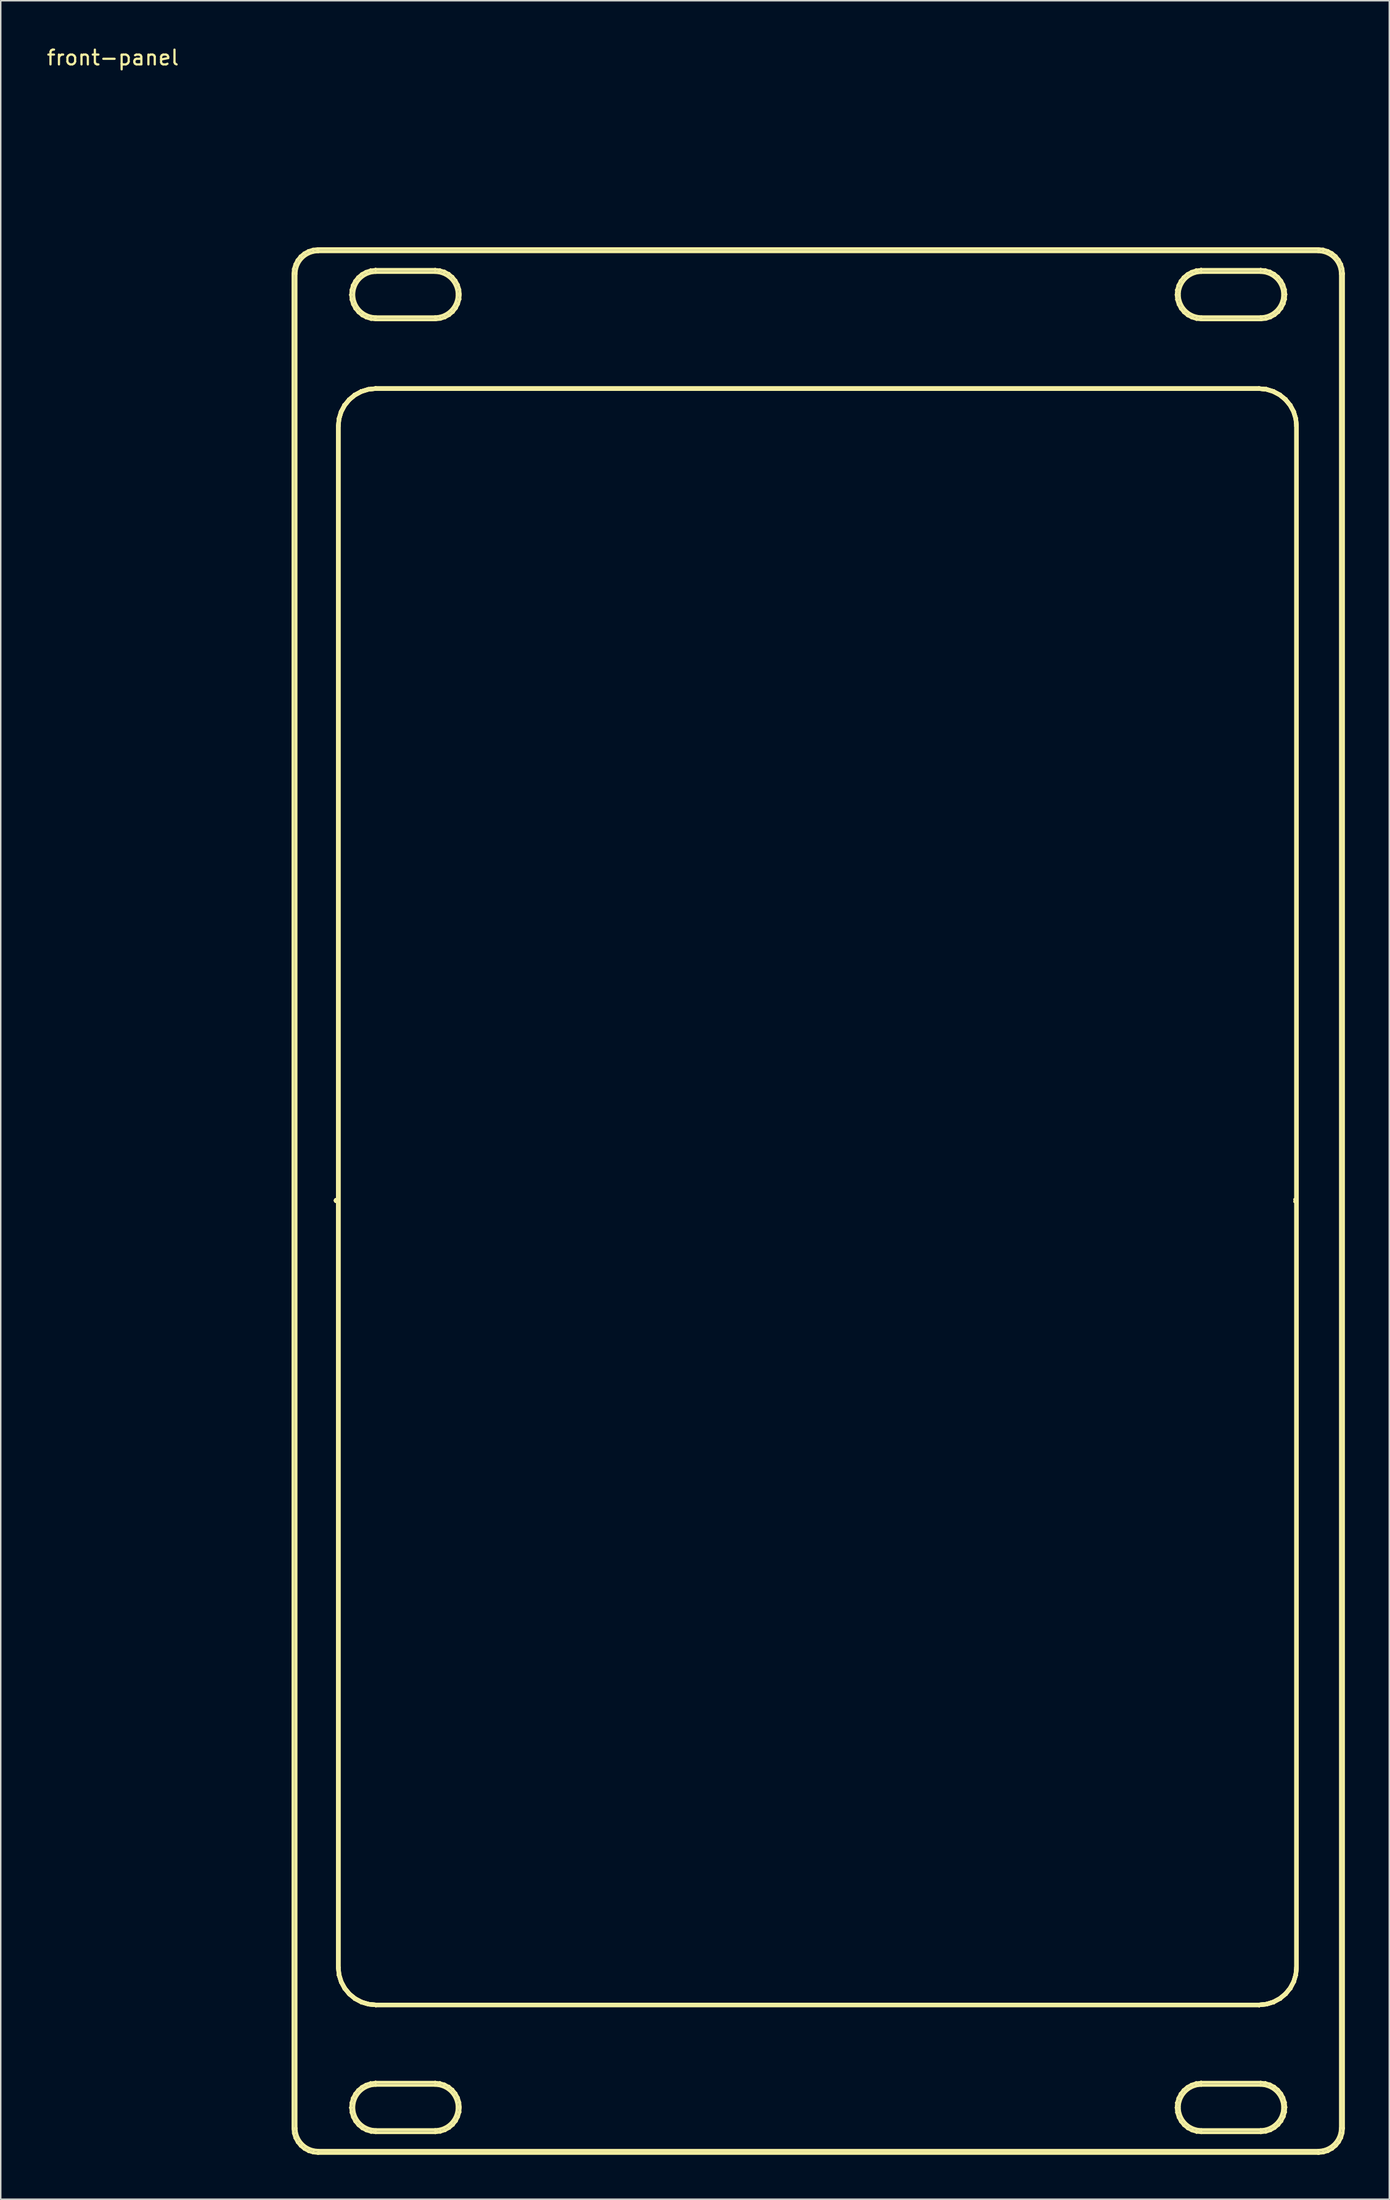
<source format=kicad_pcb>
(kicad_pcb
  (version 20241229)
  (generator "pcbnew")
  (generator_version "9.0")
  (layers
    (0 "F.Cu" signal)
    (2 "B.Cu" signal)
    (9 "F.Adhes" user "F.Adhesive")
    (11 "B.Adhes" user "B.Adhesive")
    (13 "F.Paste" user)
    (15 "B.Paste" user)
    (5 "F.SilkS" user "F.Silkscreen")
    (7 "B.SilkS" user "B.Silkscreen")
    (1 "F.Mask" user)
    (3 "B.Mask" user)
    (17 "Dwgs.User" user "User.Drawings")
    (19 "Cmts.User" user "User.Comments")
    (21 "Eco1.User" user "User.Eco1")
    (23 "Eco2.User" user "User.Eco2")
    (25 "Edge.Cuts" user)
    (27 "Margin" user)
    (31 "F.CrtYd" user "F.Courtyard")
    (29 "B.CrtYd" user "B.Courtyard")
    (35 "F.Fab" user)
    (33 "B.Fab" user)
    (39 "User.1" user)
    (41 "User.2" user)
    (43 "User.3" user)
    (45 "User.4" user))
  (footprint "front-panel"
    (layer "F.Cu")
    (at 4.577 0.348)
    (property "Reference" "front-panel" (at 0 0.5 0) (layer "F.SilkS") (effects (font (size 1 1) (thickness 0.15))))
    (attr through_hole)
    (fp_line (start 12.18 15.105) (end 12.181 15.1) (stroke (width 0.2) (type solid)) (layer "F.SilkS"))
    (fp_line (start 12.18 140.415) (end 12.18 15.105) (stroke (width 0.2) (type solid)) (layer "F.SilkS"))
    (fp_line (start 12.18 140.415) (end 12.18 140.415) (stroke (width 0.2) (type solid)) (layer "F.SilkS"))
    (fp_line (start 12.18 140.422) (end 12.18 140.415) (stroke (width 0.2) (type solid)) (layer "F.SilkS"))
    (fp_line (start 12.181 15.1) (end 12.211 14.79) (stroke (width 0.2) (type solid)) (layer "F.SilkS"))
    (fp_line (start 12.181 15.1) (end 12.181 15.1) (stroke (width 0.2) (type solid)) (layer "F.SilkS"))
    (fp_line (start 12.181 140.426) (end 12.18 140.422) (stroke (width 0.2) (type solid)) (layer "F.SilkS"))
    (fp_line (start 12.181 140.43) (end 12.181 140.426) (stroke (width 0.2) (type solid)) (layer "F.SilkS"))
    (fp_line (start 12.181 140.432) (end 12.181 140.43) (stroke (width 0.2) (type solid)) (layer "F.SilkS"))
    (fp_line (start 12.211 14.79) (end 12.211 14.788) (stroke (width 0.2) (type solid)) (layer "F.SilkS"))
    (fp_line (start 12.211 14.788) (end 12.213 14.779) (stroke (width 0.2) (type solid)) (layer "F.SilkS"))
    (fp_line (start 12.213 14.779) (end 12.215 14.77) (stroke (width 0.2) (type solid)) (layer "F.SilkS"))
    (fp_line (start 12.213 140.742) (end 12.181 140.432) (stroke (width 0.2) (type solid)) (layer "F.SilkS"))
    (fp_line (start 12.215 14.77) (end 12.305 14.471) (stroke (width 0.2) (type solid)) (layer "F.SilkS"))
    (fp_line (start 12.215 140.751) (end 12.213 140.742) (stroke (width 0.2) (type solid)) (layer "F.SilkS"))
    (fp_line (start 12.217 140.76) (end 12.215 140.751) (stroke (width 0.2) (type solid)) (layer "F.SilkS"))
    (fp_line (start 12.217 140.761) (end 12.217 140.76) (stroke (width 0.2) (type solid)) (layer "F.SilkS"))
    (fp_line (start 12.305 14.471) (end 12.305 14.47) (stroke (width 0.2) (type solid)) (layer "F.SilkS"))
    (fp_line (start 12.305 14.47) (end 12.309 14.462) (stroke (width 0.2) (type solid)) (layer "F.SilkS"))
    (fp_line (start 12.309 14.462) (end 12.312 14.453) (stroke (width 0.2) (type solid)) (layer "F.SilkS"))
    (fp_line (start 12.309 141.06) (end 12.217 140.761) (stroke (width 0.2) (type solid)) (layer "F.SilkS"))
    (fp_line (start 12.312 14.453) (end 12.459 14.178) (stroke (width 0.2) (type solid)) (layer "F.SilkS"))
    (fp_line (start 12.313 141.068) (end 12.309 141.06) (stroke (width 0.2) (type solid)) (layer "F.SilkS"))
    (fp_line (start 12.316 141.076) (end 12.313 141.068) (stroke (width 0.2) (type solid)) (layer "F.SilkS"))
    (fp_line (start 12.317 141.078) (end 12.316 141.076) (stroke (width 0.2) (type solid)) (layer "F.SilkS"))
    (fp_line (start 12.38 15.115) (end 12.38 140.41) (stroke (width 0.2) (type solid)) (layer "F.SilkS"))
    (fp_line (start 12.38 140.41) (end 12.38 140.416) (stroke (width 0.2) (type solid)) (layer "F.SilkS"))
    (fp_line (start 12.38 140.416) (end 12.411 140.712) (stroke (width 0.2) (type solid)) (layer "F.SilkS"))
    (fp_line (start 12.409 14.819) (end 12.38 15.115) (stroke (width 0.2) (type solid)) (layer "F.SilkS"))
    (fp_line (start 12.411 140.712) (end 12.498 140.991) (stroke (width 0.2) (type solid)) (layer "F.SilkS"))
    (fp_line (start 12.459 14.178) (end 12.459 14.178) (stroke (width 0.2) (type solid)) (layer "F.SilkS"))
    (fp_line (start 12.459 14.178) (end 12.459 14.178) (stroke (width 0.2) (type solid)) (layer "F.SilkS"))
    (fp_line (start 12.459 14.178) (end 12.46 14.176) (stroke (width 0.2) (type solid)) (layer "F.SilkS"))
    (fp_line (start 12.46 14.176) (end 12.465 14.169) (stroke (width 0.2) (type solid)) (layer "F.SilkS"))
    (fp_line (start 12.465 14.169) (end 12.47 14.161) (stroke (width 0.2) (type solid)) (layer "F.SilkS"))
    (fp_line (start 12.466 141.352) (end 12.317 141.078) (stroke (width 0.2) (type solid)) (layer "F.SilkS"))
    (fp_line (start 12.47 14.161) (end 12.667 13.919) (stroke (width 0.2) (type solid)) (layer "F.SilkS"))
    (fp_line (start 12.471 141.36) (end 12.466 141.352) (stroke (width 0.2) (type solid)) (layer "F.SilkS"))
    (fp_line (start 12.476 141.367) (end 12.471 141.36) (stroke (width 0.2) (type solid)) (layer "F.SilkS"))
    (fp_line (start 12.476 141.368) (end 12.476 141.367) (stroke (width 0.2) (type solid)) (layer "F.SilkS"))
    (fp_line (start 12.476 141.368) (end 12.476 141.368) (stroke (width 0.2) (type solid)) (layer "F.SilkS"))
    (fp_line (start 12.476 141.368) (end 12.476 141.368) (stroke (width 0.2) (type solid)) (layer "F.SilkS"))
    (fp_line (start 12.494 14.539) (end 12.409 14.819) (stroke (width 0.2) (type solid)) (layer "F.SilkS"))
    (fp_line (start 12.498 140.991) (end 12.637 141.249) (stroke (width 0.2) (type solid)) (layer "F.SilkS"))
    (fp_line (start 12.631 14.28) (end 12.494 14.539) (stroke (width 0.2) (type solid)) (layer "F.SilkS"))
    (fp_line (start 12.637 141.249) (end 12.823 141.474) (stroke (width 0.2) (type solid)) (layer "F.SilkS"))
    (fp_line (start 12.667 13.919) (end 12.667 13.919) (stroke (width 0.2) (type solid)) (layer "F.SilkS"))
    (fp_line (start 12.667 13.919) (end 12.667 13.919) (stroke (width 0.2) (type solid)) (layer "F.SilkS"))
    (fp_line (start 12.667 13.919) (end 12.668 13.918) (stroke (width 0.2) (type solid)) (layer "F.SilkS"))
    (fp_line (start 12.668 13.918) (end 12.675 13.912) (stroke (width 0.2) (type solid)) (layer "F.SilkS"))
    (fp_line (start 12.675 13.912) (end 12.681 13.905) (stroke (width 0.2) (type solid)) (layer "F.SilkS"))
    (fp_line (start 12.675 141.609) (end 12.476 141.368) (stroke (width 0.2) (type solid)) (layer "F.SilkS"))
    (fp_line (start 12.681 13.905) (end 12.921 13.707) (stroke (width 0.2) (type solid)) (layer "F.SilkS"))
    (fp_line (start 12.682 141.615) (end 12.675 141.609) (stroke (width 0.2) (type solid)) (layer "F.SilkS"))
    (fp_line (start 12.688 141.622) (end 12.682 141.615) (stroke (width 0.2) (type solid)) (layer "F.SilkS"))
    (fp_line (start 12.689 141.623) (end 12.688 141.622) (stroke (width 0.2) (type solid)) (layer "F.SilkS"))
    (fp_line (start 12.816 14.053) (end 12.631 14.28) (stroke (width 0.2) (type solid)) (layer "F.SilkS"))
    (fp_line (start 12.823 141.474) (end 13.05 141.659) (stroke (width 0.2) (type solid)) (layer "F.SilkS"))
    (fp_line (start 12.921 13.707) (end 12.923 13.706) (stroke (width 0.2) (type solid)) (layer "F.SilkS"))
    (fp_line (start 12.923 13.706) (end 12.93 13.701) (stroke (width 0.2) (type solid)) (layer "F.SilkS"))
    (fp_line (start 12.93 13.701) (end 12.938 13.696) (stroke (width 0.2) (type solid)) (layer "F.SilkS"))
    (fp_line (start 12.931 141.82) (end 12.689 141.623) (stroke (width 0.2) (type solid)) (layer "F.SilkS"))
    (fp_line (start 12.938 13.696) (end 13.212 13.547) (stroke (width 0.2) (type solid)) (layer "F.SilkS"))
    (fp_line (start 12.939 141.825) (end 12.931 141.82) (stroke (width 0.2) (type solid)) (layer "F.SilkS"))
    (fp_line (start 12.946 141.83) (end 12.939 141.825) (stroke (width 0.2) (type solid)) (layer "F.SilkS"))
    (fp_line (start 12.948 141.831) (end 12.946 141.83) (stroke (width 0.2) (type solid)) (layer "F.SilkS"))
    (fp_line (start 12.948 141.831) (end 12.948 141.831) (stroke (width 0.2) (type solid)) (layer "F.SilkS"))
    (fp_line (start 12.948 141.831) (end 12.948 141.831) (stroke (width 0.2) (type solid)) (layer "F.SilkS"))
    (fp_line (start 13.041 13.867) (end 12.816 14.053) (stroke (width 0.2) (type solid)) (layer "F.SilkS"))
    (fp_line (start 13.05 141.659) (end 13.309 141.796) (stroke (width 0.2) (type solid)) (layer "F.SilkS"))
    (fp_line (start 13.212 13.547) (end 13.214 13.546) (stroke (width 0.2) (type solid)) (layer "F.SilkS"))
    (fp_line (start 13.214 13.546) (end 13.222 13.543) (stroke (width 0.2) (type solid)) (layer "F.SilkS"))
    (fp_line (start 13.222 13.543) (end 13.23 13.54) (stroke (width 0.2) (type solid)) (layer "F.SilkS"))
    (fp_line (start 13.223 141.978) (end 12.948 141.831) (stroke (width 0.2) (type solid)) (layer "F.SilkS"))
    (fp_line (start 13.23 13.54) (end 13.529 13.447) (stroke (width 0.2) (type solid)) (layer "F.SilkS"))
    (fp_line (start 13.232 141.981) (end 13.223 141.978) (stroke (width 0.2) (type solid)) (layer "F.SilkS"))
    (fp_line (start 13.24 141.985) (end 13.232 141.981) (stroke (width 0.2) (type solid)) (layer "F.SilkS"))
    (fp_line (start 13.241 141.985) (end 13.24 141.985) (stroke (width 0.2) (type solid)) (layer "F.SilkS"))
    (fp_line (start 13.241 141.985) (end 13.241 141.985) (stroke (width 0.2) (type solid)) (layer "F.SilkS"))
    (fp_line (start 13.299 13.728) (end 13.041 13.867) (stroke (width 0.2) (type solid)) (layer "F.SilkS"))
    (fp_line (start 13.309 141.796) (end 13.589 141.881) (stroke (width 0.2) (type solid)) (layer "F.SilkS"))
    (fp_line (start 13.529 13.447) (end 13.53 13.447) (stroke (width 0.2) (type solid)) (layer "F.SilkS"))
    (fp_line (start 13.53 13.447) (end 13.539 13.445) (stroke (width 0.2) (type solid)) (layer "F.SilkS"))
    (fp_line (start 13.539 13.445) (end 13.548 13.443) (stroke (width 0.2) (type solid)) (layer "F.SilkS"))
    (fp_line (start 13.54 142.075) (end 13.241 141.985) (stroke (width 0.2) (type solid)) (layer "F.SilkS"))
    (fp_line (start 13.548 13.443) (end 13.858 13.411) (stroke (width 0.2) (type solid)) (layer "F.SilkS"))
    (fp_line (start 13.549 142.077) (end 13.54 142.075) (stroke (width 0.2) (type solid)) (layer "F.SilkS"))
    (fp_line (start 13.558 142.079) (end 13.549 142.077) (stroke (width 0.2) (type solid)) (layer "F.SilkS"))
    (fp_line (start 13.559 142.079) (end 13.558 142.079) (stroke (width 0.2) (type solid)) (layer "F.SilkS"))
    (fp_line (start 13.559 142.079) (end 13.559 142.079) (stroke (width 0.2) (type solid)) (layer "F.SilkS"))
    (fp_line (start 13.579 13.641) (end 13.299 13.728) (stroke (width 0.2) (type solid)) (layer "F.SilkS"))
    (fp_line (start 13.589 141.881) (end 13.885 141.91) (stroke (width 0.2) (type solid)) (layer "F.SilkS"))
    (fp_line (start 13.858 13.411) (end 13.86 13.411) (stroke (width 0.2) (type solid)) (layer "F.SilkS"))
    (fp_line (start 13.86 13.411) (end 13.864 13.411) (stroke (width 0.2) (type solid)) (layer "F.SilkS"))
    (fp_line (start 13.864 13.411) (end 13.868 13.41) (stroke (width 0.2) (type solid)) (layer "F.SilkS"))
    (fp_line (start 13.868 13.41) (end 13.875 13.41) (stroke (width 0.2) (type solid)) (layer "F.SilkS"))
    (fp_line (start 13.87 142.11) (end 13.559 142.079) (stroke (width 0.2) (type solid)) (layer "F.SilkS"))
    (fp_line (start 13.87 142.11) (end 13.87 142.11) (stroke (width 0.2) (type solid)) (layer "F.SilkS"))
    (fp_line (start 13.874 13.61) (end 13.579 13.641) (stroke (width 0.2) (type solid)) (layer "F.SilkS"))
    (fp_line (start 13.875 13.41) (end 13.875 13.41) (stroke (width 0.2) (type solid)) (layer "F.SilkS"))
    (fp_line (start 13.875 13.41) (end 81.485 13.41) (stroke (width 0.2) (type solid)) (layer "F.SilkS"))
    (fp_line (start 13.875 142.11) (end 13.87 142.11) (stroke (width 0.2) (type solid)) (layer "F.SilkS"))
    (fp_line (start 13.88 13.61) (end 13.874 13.61) (stroke (width 0.2) (type solid)) (layer "F.SilkS"))
    (fp_line (start 13.885 141.91) (end 81.48 141.91) (stroke (width 0.2) (type solid)) (layer "F.SilkS"))
    (fp_line (start 15.038 77.724) (end 15.039 77.709) (stroke (width 0.2) (type solid)) (layer "F.SilkS"))
    (fp_line (start 15.039 77.709) (end 15.043 77.695) (stroke (width 0.2) (type solid)) (layer "F.SilkS"))
    (fp_line (start 15.039 77.739) (end 15.038 77.724) (stroke (width 0.2) (type solid)) (layer "F.SilkS"))
    (fp_line (start 15.043 77.695) (end 15.05 77.682) (stroke (width 0.2) (type solid)) (layer "F.SilkS"))
    (fp_line (start 15.043 77.753) (end 15.039 77.739) (stroke (width 0.2) (type solid)) (layer "F.SilkS"))
    (fp_line (start 15.05 77.682) (end 15.06 77.671) (stroke (width 0.2) (type solid)) (layer "F.SilkS"))
    (fp_line (start 15.05 77.766) (end 15.043 77.753) (stroke (width 0.2) (type solid)) (layer "F.SilkS"))
    (fp_line (start 15.06 77.671) (end 15.071 77.661) (stroke (width 0.2) (type solid)) (layer "F.SilkS"))
    (fp_line (start 15.06 77.777) (end 15.05 77.766) (stroke (width 0.2) (type solid)) (layer "F.SilkS"))
    (fp_line (start 15.071 77.661) (end 15.084 77.654) (stroke (width 0.2) (type solid)) (layer "F.SilkS"))
    (fp_line (start 15.071 77.787) (end 15.06 77.777) (stroke (width 0.2) (type solid)) (layer "F.SilkS"))
    (fp_line (start 15.084 77.654) (end 15.098 77.65) (stroke (width 0.2) (type solid)) (layer "F.SilkS"))
    (fp_line (start 15.084 77.794) (end 15.071 77.787) (stroke (width 0.2) (type solid)) (layer "F.SilkS"))
    (fp_line (start 15.098 77.65) (end 15.109 77.649) (stroke (width 0.2) (type solid)) (layer "F.SilkS"))
    (fp_line (start 15.098 77.798) (end 15.084 77.794) (stroke (width 0.2) (type solid)) (layer "F.SilkS"))
    (fp_line (start 15.109 77.799) (end 15.098 77.798) (stroke (width 0.2) (type solid)) (layer "F.SilkS"))
    (fp_line (start 15.19 25.398) (end 15.19 25.395) (stroke (width 0.2) (type solid)) (layer "F.SilkS"))
    (fp_line (start 15.19 25.398) (end 15.19 25.395) (stroke (width 0.2) (type solid)) (layer "F.SilkS"))
    (fp_line (start 15.19 25.398) (end 15.19 25.395) (stroke (width 0.2) (type solid)) (layer "F.SilkS"))
    (fp_line (start 15.19 129.542) (end 15.19 25.398) (stroke (width 0.2) (type solid)) (layer "F.SilkS"))
    (fp_line (start 15.19 129.542) (end 15.19 25.398) (stroke (width 0.2) (type solid)) (layer "F.SilkS"))
    (fp_line (start 15.19 129.542) (end 15.19 25.398) (stroke (width 0.2) (type solid)) (layer "F.SilkS"))
    (fp_line (start 15.19 129.543) (end 15.19 129.542) (stroke (width 0.2) (type solid)) (layer "F.SilkS"))
    (fp_line (start 15.19 129.543) (end 15.19 129.542) (stroke (width 0.2) (type solid)) (layer "F.SilkS"))
    (fp_line (start 15.19 129.543) (end 15.19 129.542) (stroke (width 0.2) (type solid)) (layer "F.SilkS"))
    (fp_line (start 15.19 129.558) (end 15.19 129.543) (stroke (width 0.2) (type solid)) (layer "F.SilkS"))
    (fp_line (start 15.19 129.558) (end 15.19 129.543) (stroke (width 0.2) (type solid)) (layer "F.SilkS"))
    (fp_line (start 15.19 129.558) (end 15.19 129.543) (stroke (width 0.2) (type solid)) (layer "F.SilkS"))
    (fp_line (start 15.19 25.395) (end 15.19 25.395) (stroke (width 0.2) (type solid)) (layer "F.SilkS"))
    (fp_line (start 15.19 25.395) (end 15.19 25.395) (stroke (width 0.2) (type solid)) (layer "F.SilkS"))
    (fp_line (start 15.19 25.395) (end 15.19 25.395) (stroke (width 0.2) (type solid)) (layer "F.SilkS"))
    (fp_line (start 15.19 25.395) (end 15.239 24.902) (stroke (width 0.2) (type solid)) (layer "F.SilkS"))
    (fp_line (start 15.19 25.395) (end 15.239 24.902) (stroke (width 0.2) (type solid)) (layer "F.SilkS"))
    (fp_line (start 15.19 25.395) (end 15.239 24.902) (stroke (width 0.2) (type solid)) (layer "F.SilkS"))
    (fp_line (start 15.19 129.56) (end 15.19 129.558) (stroke (width 0.2) (type solid)) (layer "F.SilkS"))
    (fp_line (start 15.19 129.56) (end 15.19 129.558) (stroke (width 0.2) (type solid)) (layer "F.SilkS"))
    (fp_line (start 15.19 129.56) (end 15.19 129.558) (stroke (width 0.2) (type solid)) (layer "F.SilkS"))
    (fp_line (start 15.19 129.562) (end 15.19 129.56) (stroke (width 0.2) (type solid)) (layer "F.SilkS"))
    (fp_line (start 15.19 129.562) (end 15.19 129.56) (stroke (width 0.2) (type solid)) (layer "F.SilkS"))
    (fp_line (start 15.19 129.562) (end 15.19 129.56) (stroke (width 0.2) (type solid)) (layer "F.SilkS"))
    (fp_line (start 15.19 129.563) (end 15.19 129.562) (stroke (width 0.2) (type solid)) (layer "F.SilkS"))
    (fp_line (start 15.19 129.563) (end 15.19 129.562) (stroke (width 0.2) (type solid)) (layer "F.SilkS"))
    (fp_line (start 15.19 129.563) (end 15.19 129.562) (stroke (width 0.2) (type solid)) (layer "F.SilkS"))
    (fp_line (start 15.239 24.902) (end 15.239 24.902) (stroke (width 0.2) (type solid)) (layer "F.SilkS"))
    (fp_line (start 15.239 24.902) (end 15.239 24.902) (stroke (width 0.2) (type solid)) (layer "F.SilkS"))
    (fp_line (start 15.239 24.902) (end 15.239 24.902) (stroke (width 0.2) (type solid)) (layer "F.SilkS"))
    (fp_line (start 15.239 24.902) (end 15.239 24.902) (stroke (width 0.2) (type solid)) (layer "F.SilkS"))
    (fp_line (start 15.239 24.902) (end 15.239 24.902) (stroke (width 0.2) (type solid)) (layer "F.SilkS"))
    (fp_line (start 15.239 24.902) (end 15.239 24.902) (stroke (width 0.2) (type solid)) (layer "F.SilkS"))
    (fp_line (start 15.239 24.902) (end 15.239 24.901) (stroke (width 0.2) (type solid)) (layer "F.SilkS"))
    (fp_line (start 15.239 24.902) (end 15.239 24.901) (stroke (width 0.2) (type solid)) (layer "F.SilkS"))
    (fp_line (start 15.239 24.902) (end 15.239 24.901) (stroke (width 0.2) (type solid)) (layer "F.SilkS"))
    (fp_line (start 15.239 24.901) (end 15.24 24.897) (stroke (width 0.2) (type solid)) (layer "F.SilkS"))
    (fp_line (start 15.239 24.901) (end 15.24 24.897) (stroke (width 0.2) (type solid)) (layer "F.SilkS"))
    (fp_line (start 15.239 24.901) (end 15.24 24.897) (stroke (width 0.2) (type solid)) (layer "F.SilkS"))
    (fp_line (start 15.24 24.897) (end 15.241 24.892) (stroke (width 0.2) (type solid)) (layer "F.SilkS"))
    (fp_line (start 15.24 24.897) (end 15.241 24.892) (stroke (width 0.2) (type solid)) (layer "F.SilkS"))
    (fp_line (start 15.24 24.897) (end 15.241 24.892) (stroke (width 0.2) (type solid)) (layer "F.SilkS"))
    (fp_line (start 15.241 24.892) (end 15.384 24.418) (stroke (width 0.2) (type solid)) (layer "F.SilkS"))
    (fp_line (start 15.241 24.892) (end 15.384 24.418) (stroke (width 0.2) (type solid)) (layer "F.SilkS"))
    (fp_line (start 15.241 24.892) (end 15.384 24.418) (stroke (width 0.2) (type solid)) (layer "F.SilkS"))
    (fp_line (start 15.242 130.056) (end 15.19 129.563) (stroke (width 0.2) (type solid)) (layer "F.SilkS"))
    (fp_line (start 15.242 130.056) (end 15.19 129.563) (stroke (width 0.2) (type solid)) (layer "F.SilkS"))
    (fp_line (start 15.242 130.056) (end 15.19 129.563) (stroke (width 0.2) (type solid)) (layer "F.SilkS"))
    (fp_line (start 15.243 130.06) (end 15.242 130.056) (stroke (width 0.2) (type solid)) (layer "F.SilkS"))
    (fp_line (start 15.243 130.06) (end 15.242 130.056) (stroke (width 0.2) (type solid)) (layer "F.SilkS"))
    (fp_line (start 15.243 130.06) (end 15.242 130.056) (stroke (width 0.2) (type solid)) (layer "F.SilkS"))
    (fp_line (start 15.244 130.065) (end 15.243 130.06) (stroke (width 0.2) (type solid)) (layer "F.SilkS"))
    (fp_line (start 15.244 130.065) (end 15.243 130.06) (stroke (width 0.2) (type solid)) (layer "F.SilkS"))
    (fp_line (start 15.244 130.065) (end 15.243 130.06) (stroke (width 0.2) (type solid)) (layer "F.SilkS"))
    (fp_line (start 15.244 130.066) (end 15.244 130.065) (stroke (width 0.2) (type solid)) (layer "F.SilkS"))
    (fp_line (start 15.244 130.066) (end 15.244 130.065) (stroke (width 0.2) (type solid)) (layer "F.SilkS"))
    (fp_line (start 15.244 130.066) (end 15.244 130.065) (stroke (width 0.2) (type solid)) (layer "F.SilkS"))
    (fp_line (start 15.29 25.402) (end 15.29 129.54) (stroke (width 0.2) (type solid)) (layer "F.SilkS"))
    (fp_line (start 15.29 25.402) (end 15.29 129.54) (stroke (width 0.2) (type solid)) (layer "F.SilkS"))
    (fp_line (start 15.29 25.402) (end 15.29 129.54) (stroke (width 0.2) (type solid)) (layer "F.SilkS"))
    (fp_line (start 15.29 129.54) (end 15.29 129.555) (stroke (width 0.2) (type solid)) (layer "F.SilkS"))
    (fp_line (start 15.29 129.54) (end 15.29 129.555) (stroke (width 0.2) (type solid)) (layer "F.SilkS"))
    (fp_line (start 15.29 129.54) (end 15.29 129.555) (stroke (width 0.2) (type solid)) (layer "F.SilkS"))
    (fp_line (start 15.29 129.555) (end 15.341 130.041) (stroke (width 0.2) (type solid)) (layer "F.SilkS"))
    (fp_line (start 15.29 129.555) (end 15.341 130.041) (stroke (width 0.2) (type solid)) (layer "F.SilkS"))
    (fp_line (start 15.29 129.555) (end 15.341 130.041) (stroke (width 0.2) (type solid)) (layer "F.SilkS"))
    (fp_line (start 15.338 24.916) (end 15.29 25.402) (stroke (width 0.2) (type solid)) (layer "F.SilkS"))
    (fp_line (start 15.338 24.916) (end 15.29 25.402) (stroke (width 0.2) (type solid)) (layer "F.SilkS"))
    (fp_line (start 15.338 24.916) (end 15.29 25.402) (stroke (width 0.2) (type solid)) (layer "F.SilkS"))
    (fp_line (start 15.341 130.041) (end 15.485 130.505) (stroke (width 0.2) (type solid)) (layer "F.SilkS"))
    (fp_line (start 15.341 130.041) (end 15.485 130.505) (stroke (width 0.2) (type solid)) (layer "F.SilkS"))
    (fp_line (start 15.341 130.041) (end 15.485 130.505) (stroke (width 0.2) (type solid)) (layer "F.SilkS"))
    (fp_line (start 15.384 24.418) (end 15.384 24.417) (stroke (width 0.2) (type solid)) (layer "F.SilkS"))
    (fp_line (start 15.384 24.418) (end 15.384 24.417) (stroke (width 0.2) (type solid)) (layer "F.SilkS"))
    (fp_line (start 15.384 24.418) (end 15.384 24.417) (stroke (width 0.2) (type solid)) (layer "F.SilkS"))
    (fp_line (start 15.384 24.417) (end 15.386 24.413) (stroke (width 0.2) (type solid)) (layer "F.SilkS"))
    (fp_line (start 15.384 24.417) (end 15.386 24.413) (stroke (width 0.2) (type solid)) (layer "F.SilkS"))
    (fp_line (start 15.384 24.417) (end 15.386 24.413) (stroke (width 0.2) (type solid)) (layer "F.SilkS"))
    (fp_line (start 15.386 24.413) (end 15.387 24.409) (stroke (width 0.2) (type solid)) (layer "F.SilkS"))
    (fp_line (start 15.386 24.413) (end 15.387 24.409) (stroke (width 0.2) (type solid)) (layer "F.SilkS"))
    (fp_line (start 15.386 24.413) (end 15.387 24.409) (stroke (width 0.2) (type solid)) (layer "F.SilkS"))
    (fp_line (start 15.387 24.409) (end 15.62 23.971) (stroke (width 0.2) (type solid)) (layer "F.SilkS"))
    (fp_line (start 15.387 24.409) (end 15.62 23.971) (stroke (width 0.2) (type solid)) (layer "F.SilkS"))
    (fp_line (start 15.387 24.409) (end 15.62 23.971) (stroke (width 0.2) (type solid)) (layer "F.SilkS"))
    (fp_line (start 15.391 130.539) (end 15.244 130.066) (stroke (width 0.2) (type solid)) (layer "F.SilkS"))
    (fp_line (start 15.391 130.539) (end 15.244 130.066) (stroke (width 0.2) (type solid)) (layer "F.SilkS"))
    (fp_line (start 15.391 130.539) (end 15.244 130.066) (stroke (width 0.2) (type solid)) (layer "F.SilkS"))
    (fp_line (start 15.393 130.543) (end 15.391 130.539) (stroke (width 0.2) (type solid)) (layer "F.SilkS"))
    (fp_line (start 15.393 130.543) (end 15.391 130.539) (stroke (width 0.2) (type solid)) (layer "F.SilkS"))
    (fp_line (start 15.393 130.543) (end 15.391 130.539) (stroke (width 0.2) (type solid)) (layer "F.SilkS"))
    (fp_line (start 15.394 130.547) (end 15.393 130.543) (stroke (width 0.2) (type solid)) (layer "F.SilkS"))
    (fp_line (start 15.394 130.547) (end 15.393 130.543) (stroke (width 0.2) (type solid)) (layer "F.SilkS"))
    (fp_line (start 15.394 130.547) (end 15.393 130.543) (stroke (width 0.2) (type solid)) (layer "F.SilkS"))
    (fp_line (start 15.395 130.548) (end 15.394 130.547) (stroke (width 0.2) (type solid)) (layer "F.SilkS"))
    (fp_line (start 15.395 130.548) (end 15.394 130.547) (stroke (width 0.2) (type solid)) (layer "F.SilkS"))
    (fp_line (start 15.395 130.548) (end 15.394 130.547) (stroke (width 0.2) (type solid)) (layer "F.SilkS"))
    (fp_line (start 15.395 130.548) (end 15.395 130.548) (stroke (width 0.2) (type solid)) (layer "F.SilkS"))
    (fp_line (start 15.395 130.548) (end 15.395 130.548) (stroke (width 0.2) (type solid)) (layer "F.SilkS"))
    (fp_line (start 15.395 130.548) (end 15.395 130.548) (stroke (width 0.2) (type solid)) (layer "F.SilkS"))
    (fp_line (start 15.395 130.548) (end 15.395 130.548) (stroke (width 0.2) (type solid)) (layer "F.SilkS"))
    (fp_line (start 15.395 130.548) (end 15.395 130.548) (stroke (width 0.2) (type solid)) (layer "F.SilkS"))
    (fp_line (start 15.395 130.548) (end 15.395 130.548) (stroke (width 0.2) (type solid)) (layer "F.SilkS"))
    (fp_line (start 15.478 24.451) (end 15.338 24.916) (stroke (width 0.2) (type solid)) (layer "F.SilkS"))
    (fp_line (start 15.478 24.451) (end 15.338 24.916) (stroke (width 0.2) (type solid)) (layer "F.SilkS"))
    (fp_line (start 15.478 24.451) (end 15.338 24.916) (stroke (width 0.2) (type solid)) (layer "F.SilkS"))
    (fp_line (start 15.485 130.505) (end 15.716 130.932) (stroke (width 0.2) (type solid)) (layer "F.SilkS"))
    (fp_line (start 15.485 130.505) (end 15.716 130.932) (stroke (width 0.2) (type solid)) (layer "F.SilkS"))
    (fp_line (start 15.485 130.505) (end 15.716 130.932) (stroke (width 0.2) (type solid)) (layer "F.SilkS"))
    (fp_line (start 15.62 23.971) (end 15.62 23.971) (stroke (width 0.2) (type solid)) (layer "F.SilkS"))
    (fp_line (start 15.62 23.971) (end 15.62 23.971) (stroke (width 0.2) (type solid)) (layer "F.SilkS"))
    (fp_line (start 15.62 23.971) (end 15.62 23.971) (stroke (width 0.2) (type solid)) (layer "F.SilkS"))
    (fp_line (start 15.62 23.971) (end 15.62 23.971) (stroke (width 0.2) (type solid)) (layer "F.SilkS"))
    (fp_line (start 15.62 23.971) (end 15.62 23.971) (stroke (width 0.2) (type solid)) (layer "F.SilkS"))
    (fp_line (start 15.62 23.971) (end 15.62 23.971) (stroke (width 0.2) (type solid)) (layer "F.SilkS"))
    (fp_line (start 15.62 23.971) (end 15.621 23.97) (stroke (width 0.2) (type solid)) (layer "F.SilkS"))
    (fp_line (start 15.62 23.971) (end 15.621 23.97) (stroke (width 0.2) (type solid)) (layer "F.SilkS"))
    (fp_line (start 15.62 23.971) (end 15.621 23.97) (stroke (width 0.2) (type solid)) (layer "F.SilkS"))
    (fp_line (start 15.621 23.97) (end 15.623 23.967) (stroke (width 0.2) (type solid)) (layer "F.SilkS"))
    (fp_line (start 15.621 23.97) (end 15.623 23.967) (stroke (width 0.2) (type solid)) (layer "F.SilkS"))
    (fp_line (start 15.621 23.97) (end 15.623 23.967) (stroke (width 0.2) (type solid)) (layer "F.SilkS"))
    (fp_line (start 15.623 23.967) (end 15.626 23.963) (stroke (width 0.2) (type solid)) (layer "F.SilkS"))
    (fp_line (start 15.623 23.967) (end 15.626 23.963) (stroke (width 0.2) (type solid)) (layer "F.SilkS"))
    (fp_line (start 15.623 23.967) (end 15.626 23.963) (stroke (width 0.2) (type solid)) (layer "F.SilkS"))
    (fp_line (start 15.626 23.963) (end 15.939 23.579) (stroke (width 0.2) (type solid)) (layer "F.SilkS"))
    (fp_line (start 15.626 23.963) (end 15.939 23.579) (stroke (width 0.2) (type solid)) (layer "F.SilkS"))
    (fp_line (start 15.626 23.963) (end 15.939 23.579) (stroke (width 0.2) (type solid)) (layer "F.SilkS"))
    (fp_line (start 15.63 130.984) (end 15.395 130.548) (stroke (width 0.2) (type solid)) (layer "F.SilkS"))
    (fp_line (start 15.63 130.984) (end 15.395 130.548) (stroke (width 0.2) (type solid)) (layer "F.SilkS"))
    (fp_line (start 15.63 130.984) (end 15.395 130.548) (stroke (width 0.2) (type solid)) (layer "F.SilkS"))
    (fp_line (start 15.633 130.988) (end 15.63 130.984) (stroke (width 0.2) (type solid)) (layer "F.SilkS"))
    (fp_line (start 15.633 130.988) (end 15.63 130.984) (stroke (width 0.2) (type solid)) (layer "F.SilkS"))
    (fp_line (start 15.633 130.988) (end 15.63 130.984) (stroke (width 0.2) (type solid)) (layer "F.SilkS"))
    (fp_line (start 15.635 130.992) (end 15.633 130.988) (stroke (width 0.2) (type solid)) (layer "F.SilkS"))
    (fp_line (start 15.635 130.992) (end 15.633 130.988) (stroke (width 0.2) (type solid)) (layer "F.SilkS"))
    (fp_line (start 15.635 130.992) (end 15.633 130.988) (stroke (width 0.2) (type solid)) (layer "F.SilkS"))
    (fp_line (start 15.636 130.992) (end 15.635 130.992) (stroke (width 0.2) (type solid)) (layer "F.SilkS"))
    (fp_line (start 15.636 130.992) (end 15.635 130.992) (stroke (width 0.2) (type solid)) (layer "F.SilkS"))
    (fp_line (start 15.636 130.992) (end 15.635 130.992) (stroke (width 0.2) (type solid)) (layer "F.SilkS"))
    (fp_line (start 15.636 130.992) (end 15.636 130.992) (stroke (width 0.2) (type solid)) (layer "F.SilkS"))
    (fp_line (start 15.636 130.992) (end 15.636 130.992) (stroke (width 0.2) (type solid)) (layer "F.SilkS"))
    (fp_line (start 15.636 130.992) (end 15.636 130.992) (stroke (width 0.2) (type solid)) (layer "F.SilkS"))
    (fp_line (start 15.636 130.992) (end 15.636 130.992) (stroke (width 0.2) (type solid)) (layer "F.SilkS"))
    (fp_line (start 15.636 130.992) (end 15.636 130.992) (stroke (width 0.2) (type solid)) (layer "F.SilkS"))
    (fp_line (start 15.636 130.992) (end 15.636 130.992) (stroke (width 0.2) (type solid)) (layer "F.SilkS"))
    (fp_line (start 15.706 24.022) (end 15.478 24.451) (stroke (width 0.2) (type solid)) (layer "F.SilkS"))
    (fp_line (start 15.706 24.022) (end 15.478 24.451) (stroke (width 0.2) (type solid)) (layer "F.SilkS"))
    (fp_line (start 15.706 24.022) (end 15.478 24.451) (stroke (width 0.2) (type solid)) (layer "F.SilkS"))
    (fp_line (start 15.716 130.932) (end 16.026 131.307) (stroke (width 0.2) (type solid)) (layer "F.SilkS"))
    (fp_line (start 15.716 130.932) (end 16.026 131.307) (stroke (width 0.2) (type solid)) (layer "F.SilkS"))
    (fp_line (start 15.716 130.932) (end 16.026 131.307) (stroke (width 0.2) (type solid)) (layer "F.SilkS"))
    (fp_line (start 15.939 23.579) (end 15.939 23.579) (stroke (width 0.2) (type solid)) (layer "F.SilkS"))
    (fp_line (start 15.939 23.579) (end 15.939 23.579) (stroke (width 0.2) (type solid)) (layer "F.SilkS"))
    (fp_line (start 15.939 23.579) (end 15.939 23.579) (stroke (width 0.2) (type solid)) (layer "F.SilkS"))
    (fp_line (start 15.939 23.579) (end 15.939 23.579) (stroke (width 0.2) (type solid)) (layer "F.SilkS"))
    (fp_line (start 15.939 23.579) (end 15.939 23.579) (stroke (width 0.2) (type solid)) (layer "F.SilkS"))
    (fp_line (start 15.939 23.579) (end 15.939 23.579) (stroke (width 0.2) (type solid)) (layer "F.SilkS"))
    (fp_line (start 15.939 23.579) (end 15.939 23.578) (stroke (width 0.2) (type solid)) (layer "F.SilkS"))
    (fp_line (start 15.939 23.579) (end 15.939 23.578) (stroke (width 0.2) (type solid)) (layer "F.SilkS"))
    (fp_line (start 15.939 23.579) (end 15.939 23.578) (stroke (width 0.2) (type solid)) (layer "F.SilkS"))
    (fp_line (start 15.939 23.578) (end 15.943 23.575) (stroke (width 0.2) (type solid)) (layer "F.SilkS"))
    (fp_line (start 15.939 23.578) (end 15.943 23.575) (stroke (width 0.2) (type solid)) (layer "F.SilkS"))
    (fp_line (start 15.939 23.578) (end 15.943 23.575) (stroke (width 0.2) (type solid)) (layer "F.SilkS"))
    (fp_line (start 15.943 23.575) (end 15.946 23.572) (stroke (width 0.2) (type solid)) (layer "F.SilkS"))
    (fp_line (start 15.943 23.575) (end 15.946 23.572) (stroke (width 0.2) (type solid)) (layer "F.SilkS"))
    (fp_line (start 15.943 23.575) (end 15.946 23.572) (stroke (width 0.2) (type solid)) (layer "F.SilkS"))
    (fp_line (start 15.946 23.572) (end 16.328 23.256) (stroke (width 0.2) (type solid)) (layer "F.SilkS"))
    (fp_line (start 15.946 23.572) (end 16.328 23.256) (stroke (width 0.2) (type solid)) (layer "F.SilkS"))
    (fp_line (start 15.946 23.572) (end 16.328 23.256) (stroke (width 0.2) (type solid)) (layer "F.SilkS"))
    (fp_line (start 15.952 131.374) (end 15.636 130.992) (stroke (width 0.2) (type solid)) (layer "F.SilkS"))
    (fp_line (start 15.952 131.374) (end 15.636 130.992) (stroke (width 0.2) (type solid)) (layer "F.SilkS"))
    (fp_line (start 15.952 131.374) (end 15.636 130.992) (stroke (width 0.2) (type solid)) (layer "F.SilkS"))
    (fp_line (start 15.955 131.377) (end 15.952 131.374) (stroke (width 0.2) (type solid)) (layer "F.SilkS"))
    (fp_line (start 15.955 131.377) (end 15.952 131.374) (stroke (width 0.2) (type solid)) (layer "F.SilkS"))
    (fp_line (start 15.955 131.377) (end 15.952 131.374) (stroke (width 0.2) (type solid)) (layer "F.SilkS"))
    (fp_line (start 15.958 131.381) (end 15.955 131.377) (stroke (width 0.2) (type solid)) (layer "F.SilkS"))
    (fp_line (start 15.958 131.381) (end 15.955 131.377) (stroke (width 0.2) (type solid)) (layer "F.SilkS"))
    (fp_line (start 15.958 131.381) (end 15.955 131.377) (stroke (width 0.2) (type solid)) (layer "F.SilkS"))
    (fp_line (start 15.959 131.381) (end 15.958 131.381) (stroke (width 0.2) (type solid)) (layer "F.SilkS"))
    (fp_line (start 15.959 131.381) (end 15.958 131.381) (stroke (width 0.2) (type solid)) (layer "F.SilkS"))
    (fp_line (start 15.959 131.381) (end 15.958 131.381) (stroke (width 0.2) (type solid)) (layer "F.SilkS"))
    (fp_line (start 15.959 131.381) (end 15.959 131.381) (stroke (width 0.2) (type solid)) (layer "F.SilkS"))
    (fp_line (start 15.959 131.381) (end 15.959 131.381) (stroke (width 0.2) (type solid)) (layer "F.SilkS"))
    (fp_line (start 15.959 131.381) (end 15.959 131.381) (stroke (width 0.2) (type solid)) (layer "F.SilkS"))
    (fp_line (start 15.959 131.381) (end 15.959 131.381) (stroke (width 0.2) (type solid)) (layer "F.SilkS"))
    (fp_line (start 15.959 131.381) (end 15.959 131.381) (stroke (width 0.2) (type solid)) (layer "F.SilkS"))
    (fp_line (start 15.959 131.381) (end 15.959 131.381) (stroke (width 0.2) (type solid)) (layer "F.SilkS"))
    (fp_line (start 16.013 23.646) (end 15.706 24.022) (stroke (width 0.2) (type solid)) (layer "F.SilkS"))
    (fp_line (start 16.013 23.646) (end 15.706 24.022) (stroke (width 0.2) (type solid)) (layer "F.SilkS"))
    (fp_line (start 16.013 23.646) (end 15.706 24.022) (stroke (width 0.2) (type solid)) (layer "F.SilkS"))
    (fp_line (start 16.026 131.307) (end 16.402 131.614) (stroke (width 0.2) (type solid)) (layer "F.SilkS"))
    (fp_line (start 16.026 131.307) (end 16.402 131.614) (stroke (width 0.2) (type solid)) (layer "F.SilkS"))
    (fp_line (start 16.026 131.307) (end 16.402 131.614) (stroke (width 0.2) (type solid)) (layer "F.SilkS"))
    (fp_line (start 16.081 16.512) (end 16.109 16.201) (stroke (width 0.2) (type solid)) (layer "F.SilkS"))
    (fp_line (start 16.081 16.521) (end 16.081 16.512) (stroke (width 0.2) (type solid)) (layer "F.SilkS"))
    (fp_line (start 16.081 16.53) (end 16.081 16.521) (stroke (width 0.2) (type solid)) (layer "F.SilkS"))
    (fp_line (start 16.081 139.012) (end 16.109 138.701) (stroke (width 0.2) (type solid)) (layer "F.SilkS"))
    (fp_line (start 16.081 139.021) (end 16.081 139.012) (stroke (width 0.2) (type solid)) (layer "F.SilkS"))
    (fp_line (start 16.081 139.03) (end 16.081 139.021) (stroke (width 0.2) (type solid)) (layer "F.SilkS"))
    (fp_line (start 16.081 16.532) (end 16.081 16.53) (stroke (width 0.2) (type solid)) (layer "F.SilkS"))
    (fp_line (start 16.081 16.532) (end 16.081 16.532) (stroke (width 0.2) (type solid)) (layer "F.SilkS"))
    (fp_line (start 16.081 16.532) (end 16.081 16.532) (stroke (width 0.2) (type solid)) (layer "F.SilkS"))
    (fp_line (start 16.081 139.032) (end 16.081 139.03) (stroke (width 0.2) (type solid)) (layer "F.SilkS"))
    (fp_line (start 16.081 139.032) (end 16.081 139.032) (stroke (width 0.2) (type solid)) (layer "F.SilkS"))
    (fp_line (start 16.081 139.032) (end 16.081 139.032) (stroke (width 0.2) (type solid)) (layer "F.SilkS"))
    (fp_line (start 16.109 16.201) (end 16.109 16.201) (stroke (width 0.2) (type solid)) (layer "F.SilkS"))
    (fp_line (start 16.109 16.201) (end 16.109 16.201) (stroke (width 0.2) (type solid)) (layer "F.SilkS"))
    (fp_line (start 16.109 16.201) (end 16.109 16.2) (stroke (width 0.2) (type solid)) (layer "F.SilkS"))
    (fp_line (start 16.109 138.701) (end 16.109 138.701) (stroke (width 0.2) (type solid)) (layer "F.SilkS"))
    (fp_line (start 16.109 138.701) (end 16.109 138.701) (stroke (width 0.2) (type solid)) (layer "F.SilkS"))
    (fp_line (start 16.109 138.701) (end 16.109 138.7) (stroke (width 0.2) (type solid)) (layer "F.SilkS"))
    (fp_line (start 16.109 16.2) (end 16.111 16.191) (stroke (width 0.2) (type solid)) (layer "F.SilkS"))
    (fp_line (start 16.109 138.7) (end 16.111 138.691) (stroke (width 0.2) (type solid)) (layer "F.SilkS"))
    (fp_line (start 16.111 16.191) (end 16.112 16.182) (stroke (width 0.2) (type solid)) (layer "F.SilkS"))
    (fp_line (start 16.111 138.691) (end 16.112 138.682) (stroke (width 0.2) (type solid)) (layer "F.SilkS"))
    (fp_line (start 16.112 16.182) (end 16.201 15.882) (stroke (width 0.2) (type solid)) (layer "F.SilkS"))
    (fp_line (start 16.112 138.682) (end 16.201 138.382) (stroke (width 0.2) (type solid)) (layer "F.SilkS"))
    (fp_line (start 16.113 16.842) (end 16.081 16.532) (stroke (width 0.2) (type solid)) (layer "F.SilkS"))
    (fp_line (start 16.113 139.342) (end 16.081 139.032) (stroke (width 0.2) (type solid)) (layer "F.SilkS"))
    (fp_line (start 16.115 16.851) (end 16.113 16.842) (stroke (width 0.2) (type solid)) (layer "F.SilkS"))
    (fp_line (start 16.115 139.351) (end 16.113 139.342) (stroke (width 0.2) (type solid)) (layer "F.SilkS"))
    (fp_line (start 16.117 16.86) (end 16.115 16.851) (stroke (width 0.2) (type solid)) (layer "F.SilkS"))
    (fp_line (start 16.117 139.36) (end 16.115 139.351) (stroke (width 0.2) (type solid)) (layer "F.SilkS"))
    (fp_line (start 16.117 16.861) (end 16.117 16.86) (stroke (width 0.2) (type solid)) (layer "F.SilkS"))
    (fp_line (start 16.117 139.361) (end 16.117 139.36) (stroke (width 0.2) (type solid)) (layer "F.SilkS"))
    (fp_line (start 16.201 15.882) (end 16.201 15.882) (stroke (width 0.2) (type solid)) (layer "F.SilkS"))
    (fp_line (start 16.201 15.882) (end 16.201 15.882) (stroke (width 0.2) (type solid)) (layer "F.SilkS"))
    (fp_line (start 16.201 15.882) (end 16.201 15.881) (stroke (width 0.2) (type solid)) (layer "F.SilkS"))
    (fp_line (start 16.201 138.382) (end 16.201 138.382) (stroke (width 0.2) (type solid)) (layer "F.SilkS"))
    (fp_line (start 16.201 138.382) (end 16.201 138.382) (stroke (width 0.2) (type solid)) (layer "F.SilkS"))
    (fp_line (start 16.201 138.382) (end 16.201 138.381) (stroke (width 0.2) (type solid)) (layer "F.SilkS"))
    (fp_line (start 16.201 15.881) (end 16.204 15.873) (stroke (width 0.2) (type solid)) (layer "F.SilkS"))
    (fp_line (start 16.201 138.381) (end 16.204 138.373) (stroke (width 0.2) (type solid)) (layer "F.SilkS"))
    (fp_line (start 16.204 15.873) (end 16.208 15.864) (stroke (width 0.2) (type solid)) (layer "F.SilkS"))
    (fp_line (start 16.204 138.373) (end 16.208 138.364) (stroke (width 0.2) (type solid)) (layer "F.SilkS"))
    (fp_line (start 16.208 15.864) (end 16.353 15.588) (stroke (width 0.2) (type solid)) (layer "F.SilkS"))
    (fp_line (start 16.208 138.364) (end 16.353 138.088) (stroke (width 0.2) (type solid)) (layer "F.SilkS"))
    (fp_line (start 16.209 17.16) (end 16.117 16.861) (stroke (width 0.2) (type solid)) (layer "F.SilkS"))
    (fp_line (start 16.209 139.66) (end 16.117 139.361) (stroke (width 0.2) (type solid)) (layer "F.SilkS"))
    (fp_line (start 16.213 17.168) (end 16.209 17.16) (stroke (width 0.2) (type solid)) (layer "F.SilkS"))
    (fp_line (start 16.213 139.668) (end 16.209 139.66) (stroke (width 0.2) (type solid)) (layer "F.SilkS"))
    (fp_line (start 16.216 17.176) (end 16.213 17.168) (stroke (width 0.2) (type solid)) (layer "F.SilkS"))
    (fp_line (start 16.216 139.676) (end 16.213 139.668) (stroke (width 0.2) (type solid)) (layer "F.SilkS"))
    (fp_line (start 16.217 17.178) (end 16.216 17.176) (stroke (width 0.2) (type solid)) (layer "F.SilkS"))
    (fp_line (start 16.217 139.678) (end 16.216 139.676) (stroke (width 0.2) (type solid)) (layer "F.SilkS"))
    (fp_line (start 16.28 16.52) (end 16.311 16.811) (stroke (width 0.2) (type solid)) (layer "F.SilkS"))
    (fp_line (start 16.28 139.02) (end 16.311 139.312) (stroke (width 0.2) (type solid)) (layer "F.SilkS"))
    (fp_line (start 16.307 16.229) (end 16.28 16.52) (stroke (width 0.2) (type solid)) (layer "F.SilkS"))
    (fp_line (start 16.307 138.729) (end 16.28 139.02) (stroke (width 0.2) (type solid)) (layer "F.SilkS"))
    (fp_line (start 16.311 16.811) (end 16.398 17.091) (stroke (width 0.2) (type solid)) (layer "F.SilkS"))
    (fp_line (start 16.311 139.312) (end 16.398 139.591) (stroke (width 0.2) (type solid)) (layer "F.SilkS"))
    (fp_line (start 16.328 23.256) (end 16.328 23.256) (stroke (width 0.2) (type solid)) (layer "F.SilkS"))
    (fp_line (start 16.328 23.256) (end 16.328 23.256) (stroke (width 0.2) (type solid)) (layer "F.SilkS"))
    (fp_line (start 16.328 23.256) (end 16.328 23.256) (stroke (width 0.2) (type solid)) (layer "F.SilkS"))
    (fp_line (start 16.328 23.256) (end 16.328 23.256) (stroke (width 0.2) (type solid)) (layer "F.SilkS"))
    (fp_line (start 16.328 23.256) (end 16.328 23.256) (stroke (width 0.2) (type solid)) (layer "F.SilkS"))
    (fp_line (start 16.328 23.256) (end 16.328 23.256) (stroke (width 0.2) (type solid)) (layer "F.SilkS"))
    (fp_line (start 16.328 23.256) (end 16.328 23.255) (stroke (width 0.2) (type solid)) (layer "F.SilkS"))
    (fp_line (start 16.328 23.256) (end 16.328 23.255) (stroke (width 0.2) (type solid)) (layer "F.SilkS"))
    (fp_line (start 16.328 23.256) (end 16.328 23.255) (stroke (width 0.2) (type solid)) (layer "F.SilkS"))
    (fp_line (start 16.328 23.255) (end 16.332 23.253) (stroke (width 0.2) (type solid)) (layer "F.SilkS"))
    (fp_line (start 16.328 23.255) (end 16.332 23.253) (stroke (width 0.2) (type solid)) (layer "F.SilkS"))
    (fp_line (start 16.328 23.255) (end 16.332 23.253) (stroke (width 0.2) (type solid)) (layer "F.SilkS"))
    (fp_line (start 16.332 23.253) (end 16.336 23.25) (stroke (width 0.2) (type solid)) (layer "F.SilkS"))
    (fp_line (start 16.332 23.253) (end 16.336 23.25) (stroke (width 0.2) (type solid)) (layer "F.SilkS"))
    (fp_line (start 16.332 23.253) (end 16.336 23.25) (stroke (width 0.2) (type solid)) (layer "F.SilkS"))
    (fp_line (start 16.336 23.25) (end 16.772 23.015) (stroke (width 0.2) (type solid)) (layer "F.SilkS"))
    (fp_line (start 16.336 23.25) (end 16.772 23.015) (stroke (width 0.2) (type solid)) (layer "F.SilkS"))
    (fp_line (start 16.336 23.25) (end 16.772 23.015) (stroke (width 0.2) (type solid)) (layer "F.SilkS"))
    (fp_line (start 16.343 131.694) (end 15.959 131.381) (stroke (width 0.2) (type solid)) (layer "F.SilkS"))
    (fp_line (start 16.343 131.694) (end 15.959 131.381) (stroke (width 0.2) (type solid)) (layer "F.SilkS"))
    (fp_line (start 16.343 131.694) (end 15.959 131.381) (stroke (width 0.2) (type solid)) (layer "F.SilkS"))
    (fp_line (start 16.346 131.697) (end 16.343 131.694) (stroke (width 0.2) (type solid)) (layer "F.SilkS"))
    (fp_line (start 16.346 131.697) (end 16.343 131.694) (stroke (width 0.2) (type solid)) (layer "F.SilkS"))
    (fp_line (start 16.346 131.697) (end 16.343 131.694) (stroke (width 0.2) (type solid)) (layer "F.SilkS"))
    (fp_line (start 16.35 131.699) (end 16.346 131.697) (stroke (width 0.2) (type solid)) (layer "F.SilkS"))
    (fp_line (start 16.35 131.699) (end 16.346 131.697) (stroke (width 0.2) (type solid)) (layer "F.SilkS"))
    (fp_line (start 16.35 131.699) (end 16.346 131.697) (stroke (width 0.2) (type solid)) (layer "F.SilkS"))
    (fp_line (start 16.351 131.7) (end 16.35 131.699) (stroke (width 0.2) (type solid)) (layer "F.SilkS"))
    (fp_line (start 16.351 131.7) (end 16.35 131.699) (stroke (width 0.2) (type solid)) (layer "F.SilkS"))
    (fp_line (start 16.351 131.7) (end 16.35 131.699) (stroke (width 0.2) (type solid)) (layer "F.SilkS"))
    (fp_line (start 16.351 131.7) (end 16.351 131.7) (stroke (width 0.2) (type solid)) (layer "F.SilkS"))
    (fp_line (start 16.351 131.7) (end 16.351 131.7) (stroke (width 0.2) (type solid)) (layer "F.SilkS"))
    (fp_line (start 16.351 131.7) (end 16.351 131.7) (stroke (width 0.2) (type solid)) (layer "F.SilkS"))
    (fp_line (start 16.353 15.588) (end 16.353 15.586) (stroke (width 0.2) (type solid)) (layer "F.SilkS"))
    (fp_line (start 16.353 138.088) (end 16.353 138.086) (stroke (width 0.2) (type solid)) (layer "F.SilkS"))
    (fp_line (start 16.353 15.586) (end 16.358 15.579) (stroke (width 0.2) (type solid)) (layer "F.SilkS"))
    (fp_line (start 16.353 138.086) (end 16.358 138.079) (stroke (width 0.2) (type solid)) (layer "F.SilkS"))
    (fp_line (start 16.358 15.579) (end 16.363 15.571) (stroke (width 0.2) (type solid)) (layer "F.SilkS"))
    (fp_line (start 16.358 138.079) (end 16.363 138.071) (stroke (width 0.2) (type solid)) (layer "F.SilkS"))
    (fp_line (start 16.363 15.571) (end 16.559 15.328) (stroke (width 0.2) (type solid)) (layer "F.SilkS"))
    (fp_line (start 16.363 138.071) (end 16.559 137.828) (stroke (width 0.2) (type solid)) (layer "F.SilkS"))
    (fp_line (start 16.366 17.452) (end 16.217 17.178) (stroke (width 0.2) (type solid)) (layer "F.SilkS"))
    (fp_line (start 16.366 139.952) (end 16.217 139.678) (stroke (width 0.2) (type solid)) (layer "F.SilkS"))
    (fp_line (start 16.371 17.46) (end 16.366 17.452) (stroke (width 0.2) (type solid)) (layer "F.SilkS"))
    (fp_line (start 16.371 139.96) (end 16.366 139.952) (stroke (width 0.2) (type solid)) (layer "F.SilkS"))
    (fp_line (start 16.376 17.467) (end 16.371 17.46) (stroke (width 0.2) (type solid)) (layer "F.SilkS"))
    (fp_line (start 16.376 139.967) (end 16.371 139.96) (stroke (width 0.2) (type solid)) (layer "F.SilkS"))
    (fp_line (start 16.377 17.468) (end 16.376 17.467) (stroke (width 0.2) (type solid)) (layer "F.SilkS"))
    (fp_line (start 16.377 17.468) (end 16.377 17.468) (stroke (width 0.2) (type solid)) (layer "F.SilkS"))
    (fp_line (start 16.377 17.468) (end 16.377 17.468) (stroke (width 0.2) (type solid)) (layer "F.SilkS"))
    (fp_line (start 16.377 139.968) (end 16.376 139.967) (stroke (width 0.2) (type solid)) (layer "F.SilkS"))
    (fp_line (start 16.377 139.968) (end 16.377 139.968) (stroke (width 0.2) (type solid)) (layer "F.SilkS"))
    (fp_line (start 16.377 139.968) (end 16.377 139.968) (stroke (width 0.2) (type solid)) (layer "F.SilkS"))
    (fp_line (start 16.388 23.336) (end 16.013 23.646) (stroke (width 0.2) (type solid)) (layer "F.SilkS"))
    (fp_line (start 16.388 23.336) (end 16.013 23.646) (stroke (width 0.2) (type solid)) (layer "F.SilkS"))
    (fp_line (start 16.388 23.336) (end 16.013 23.646) (stroke (width 0.2) (type solid)) (layer "F.SilkS"))
    (fp_line (start 16.39 15.948) (end 16.307 16.229) (stroke (width 0.2) (type solid)) (layer "F.SilkS"))
    (fp_line (start 16.39 138.448) (end 16.307 138.729) (stroke (width 0.2) (type solid)) (layer "F.SilkS"))
    (fp_line (start 16.398 17.091) (end 16.537 17.349) (stroke (width 0.2) (type solid)) (layer "F.SilkS"))
    (fp_line (start 16.398 139.591) (end 16.537 139.849) (stroke (width 0.2) (type solid)) (layer "F.SilkS"))
    (fp_line (start 16.402 131.614) (end 16.831 131.842) (stroke (width 0.2) (type solid)) (layer "F.SilkS"))
    (fp_line (start 16.402 131.614) (end 16.831 131.842) (stroke (width 0.2) (type solid)) (layer "F.SilkS"))
    (fp_line (start 16.402 131.614) (end 16.831 131.842) (stroke (width 0.2) (type solid)) (layer "F.SilkS"))
    (fp_line (start 16.525 15.689) (end 16.39 15.948) (stroke (width 0.2) (type solid)) (layer "F.SilkS"))
    (fp_line (start 16.525 138.189) (end 16.39 138.448) (stroke (width 0.2) (type solid)) (layer "F.SilkS"))
    (fp_line (start 16.537 17.349) (end 16.723 17.574) (stroke (width 0.2) (type solid)) (layer "F.SilkS"))
    (fp_line (start 16.537 139.849) (end 16.723 140.074) (stroke (width 0.2) (type solid)) (layer "F.SilkS"))
    (fp_line (start 16.559 15.328) (end 16.559 15.328) (stroke (width 0.2) (type solid)) (layer "F.SilkS"))
    (fp_line (start 16.559 15.328) (end 16.559 15.328) (stroke (width 0.2) (type solid)) (layer "F.SilkS"))
    (fp_line (start 16.559 15.328) (end 16.56 15.327) (stroke (width 0.2) (type solid)) (layer "F.SilkS"))
    (fp_line (start 16.559 137.828) (end 16.559 137.828) (stroke (width 0.2) (type solid)) (layer "F.SilkS"))
    (fp_line (start 16.559 137.828) (end 16.559 137.828) (stroke (width 0.2) (type solid)) (layer "F.SilkS"))
    (fp_line (start 16.559 137.828) (end 16.56 137.827) (stroke (width 0.2) (type solid)) (layer "F.SilkS"))
    (fp_line (start 16.56 15.327) (end 16.566 15.32) (stroke (width 0.2) (type solid)) (layer "F.SilkS"))
    (fp_line (start 16.56 137.827) (end 16.566 137.82) (stroke (width 0.2) (type solid)) (layer "F.SilkS"))
    (fp_line (start 16.566 15.32) (end 16.573 15.314) (stroke (width 0.2) (type solid)) (layer "F.SilkS"))
    (fp_line (start 16.566 137.82) (end 16.573 137.814) (stroke (width 0.2) (type solid)) (layer "F.SilkS"))
    (fp_line (start 16.573 15.314) (end 16.812 15.113) (stroke (width 0.2) (type solid)) (layer "F.SilkS"))
    (fp_line (start 16.573 137.814) (end 16.812 137.613) (stroke (width 0.2) (type solid)) (layer "F.SilkS"))
    (fp_line (start 16.576 17.709) (end 16.377 17.468) (stroke (width 0.2) (type solid)) (layer "F.SilkS"))
    (fp_line (start 16.576 140.209) (end 16.377 139.968) (stroke (width 0.2) (type solid)) (layer "F.SilkS"))
    (fp_line (start 16.582 17.715) (end 16.576 17.709) (stroke (width 0.2) (type solid)) (layer "F.SilkS"))
    (fp_line (start 16.582 140.215) (end 16.576 140.209) (stroke (width 0.2) (type solid)) (layer "F.SilkS"))
    (fp_line (start 16.588 17.722) (end 16.582 17.715) (stroke (width 0.2) (type solid)) (layer "F.SilkS"))
    (fp_line (start 16.588 140.222) (end 16.582 140.215) (stroke (width 0.2) (type solid)) (layer "F.SilkS"))
    (fp_line (start 16.589 17.723) (end 16.588 17.722) (stroke (width 0.2) (type solid)) (layer "F.SilkS"))
    (fp_line (start 16.589 140.223) (end 16.588 140.222) (stroke (width 0.2) (type solid)) (layer "F.SilkS"))
    (fp_line (start 16.709 15.461) (end 16.525 15.689) (stroke (width 0.2) (type solid)) (layer "F.SilkS"))
    (fp_line (start 16.709 137.961) (end 16.525 138.189) (stroke (width 0.2) (type solid)) (layer "F.SilkS"))
    (fp_line (start 16.723 17.574) (end 16.95 17.759) (stroke (width 0.2) (type solid)) (layer "F.SilkS"))
    (fp_line (start 16.723 140.074) (end 16.95 140.259) (stroke (width 0.2) (type solid)) (layer "F.SilkS"))
    (fp_line (start 16.772 23.015) (end 16.772 23.015) (stroke (width 0.2) (type solid)) (layer "F.SilkS"))
    (fp_line (start 16.772 23.015) (end 16.772 23.015) (stroke (width 0.2) (type solid)) (layer "F.SilkS"))
    (fp_line (start 16.772 23.015) (end 16.772 23.015) (stroke (width 0.2) (type solid)) (layer "F.SilkS"))
    (fp_line (start 16.772 23.015) (end 16.772 23.015) (stroke (width 0.2) (type solid)) (layer "F.SilkS"))
    (fp_line (start 16.772 23.015) (end 16.772 23.015) (stroke (width 0.2) (type solid)) (layer "F.SilkS"))
    (fp_line (start 16.772 23.015) (end 16.772 23.015) (stroke (width 0.2) (type solid)) (layer "F.SilkS"))
    (fp_line (start 16.772 23.015) (end 16.773 23.014) (stroke (width 0.2) (type solid)) (layer "F.SilkS"))
    (fp_line (start 16.772 23.015) (end 16.773 23.014) (stroke (width 0.2) (type solid)) (layer "F.SilkS"))
    (fp_line (start 16.772 23.015) (end 16.773 23.014) (stroke (width 0.2) (type solid)) (layer "F.SilkS"))
    (fp_line (start 16.773 23.014) (end 16.777 23.012) (stroke (width 0.2) (type solid)) (layer "F.SilkS"))
    (fp_line (start 16.773 23.014) (end 16.777 23.012) (stroke (width 0.2) (type solid)) (layer "F.SilkS"))
    (fp_line (start 16.773 23.014) (end 16.777 23.012) (stroke (width 0.2) (type solid)) (layer "F.SilkS"))
    (fp_line (start 16.777 23.012) (end 16.781 23.011) (stroke (width 0.2) (type solid)) (layer "F.SilkS"))
    (fp_line (start 16.777 23.012) (end 16.781 23.011) (stroke (width 0.2) (type solid)) (layer "F.SilkS"))
    (fp_line (start 16.777 23.012) (end 16.781 23.011) (stroke (width 0.2) (type solid)) (layer "F.SilkS"))
    (fp_line (start 16.781 23.011) (end 17.255 22.864) (stroke (width 0.2) (type solid)) (layer "F.SilkS"))
    (fp_line (start 16.781 23.011) (end 17.255 22.864) (stroke (width 0.2) (type solid)) (layer "F.SilkS"))
    (fp_line (start 16.781 23.011) (end 17.255 22.864) (stroke (width 0.2) (type solid)) (layer "F.SilkS"))
    (fp_line (start 16.789 131.932) (end 16.351 131.7) (stroke (width 0.2) (type solid)) (layer "F.SilkS"))
    (fp_line (start 16.789 131.932) (end 16.351 131.7) (stroke (width 0.2) (type solid)) (layer "F.SilkS"))
    (fp_line (start 16.789 131.932) (end 16.351 131.7) (stroke (width 0.2) (type solid)) (layer "F.SilkS"))
    (fp_line (start 16.793 131.934) (end 16.789 131.932) (stroke (width 0.2) (type solid)) (layer "F.SilkS"))
    (fp_line (start 16.793 131.934) (end 16.789 131.932) (stroke (width 0.2) (type solid)) (layer "F.SilkS"))
    (fp_line (start 16.793 131.934) (end 16.789 131.932) (stroke (width 0.2) (type solid)) (layer "F.SilkS"))
    (fp_line (start 16.797 131.936) (end 16.793 131.934) (stroke (width 0.2) (type solid)) (layer "F.SilkS"))
    (fp_line (start 16.797 131.936) (end 16.793 131.934) (stroke (width 0.2) (type solid)) (layer "F.SilkS"))
    (fp_line (start 16.797 131.936) (end 16.793 131.934) (stroke (width 0.2) (type solid)) (layer "F.SilkS"))
    (fp_line (start 16.798 131.936) (end 16.797 131.936) (stroke (width 0.2) (type solid)) (layer "F.SilkS"))
    (fp_line (start 16.798 131.936) (end 16.797 131.936) (stroke (width 0.2) (type solid)) (layer "F.SilkS"))
    (fp_line (start 16.798 131.936) (end 16.797 131.936) (stroke (width 0.2) (type solid)) (layer "F.SilkS"))
    (fp_line (start 16.812 15.113) (end 16.813 15.112) (stroke (width 0.2) (type solid)) (layer "F.SilkS"))
    (fp_line (start 16.812 137.613) (end 16.813 137.612) (stroke (width 0.2) (type solid)) (layer "F.SilkS"))
    (fp_line (start 16.813 15.112) (end 16.82 15.107) (stroke (width 0.2) (type solid)) (layer "F.SilkS"))
    (fp_line (start 16.813 137.612) (end 16.82 137.607) (stroke (width 0.2) (type solid)) (layer "F.SilkS"))
    (fp_line (start 16.815 23.105) (end 16.388 23.336) (stroke (width 0.2) (type solid)) (layer "F.SilkS"))
    (fp_line (start 16.815 23.105) (end 16.388 23.336) (stroke (width 0.2) (type solid)) (layer "F.SilkS"))
    (fp_line (start 16.815 23.105) (end 16.388 23.336) (stroke (width 0.2) (type solid)) (layer "F.SilkS"))
    (fp_line (start 16.82 15.107) (end 16.828 15.102) (stroke (width 0.2) (type solid)) (layer "F.SilkS"))
    (fp_line (start 16.82 137.607) (end 16.828 137.602) (stroke (width 0.2) (type solid)) (layer "F.SilkS"))
    (fp_line (start 16.828 15.102) (end 17.102 14.952) (stroke (width 0.2) (type solid)) (layer "F.SilkS"))
    (fp_line (start 16.828 137.602) (end 17.102 137.452) (stroke (width 0.2) (type solid)) (layer "F.SilkS"))
    (fp_line (start 16.831 131.842) (end 17.296 131.982) (stroke (width 0.2) (type solid)) (layer "F.SilkS"))
    (fp_line (start 16.831 131.842) (end 17.296 131.982) (stroke (width 0.2) (type solid)) (layer "F.SilkS"))
    (fp_line (start 16.831 131.842) (end 17.296 131.982) (stroke (width 0.2) (type solid)) (layer "F.SilkS"))
    (fp_line (start 16.831 17.92) (end 16.589 17.723) (stroke (width 0.2) (type solid)) (layer "F.SilkS"))
    (fp_line (start 16.831 140.42) (end 16.589 140.223) (stroke (width 0.2) (type solid)) (layer "F.SilkS"))
    (fp_line (start 16.839 17.925) (end 16.831 17.92) (stroke (width 0.2) (type solid)) (layer "F.SilkS"))
    (fp_line (start 16.839 140.425) (end 16.831 140.42) (stroke (width 0.2) (type solid)) (layer "F.SilkS"))
    (fp_line (start 16.846 17.93) (end 16.839 17.925) (stroke (width 0.2) (type solid)) (layer "F.SilkS"))
    (fp_line (start 16.846 140.43) (end 16.839 140.425) (stroke (width 0.2) (type solid)) (layer "F.SilkS"))
    (fp_line (start 16.848 17.931) (end 16.846 17.93) (stroke (width 0.2) (type solid)) (layer "F.SilkS"))
    (fp_line (start 16.848 17.931) (end 16.848 17.931) (stroke (width 0.2) (type solid)) (layer "F.SilkS"))
    (fp_line (start 16.848 17.931) (end 16.848 17.931) (stroke (width 0.2) (type solid)) (layer "F.SilkS"))
    (fp_line (start 16.848 140.431) (end 16.846 140.43) (stroke (width 0.2) (type solid)) (layer "F.SilkS"))
    (fp_line (start 16.848 140.431) (end 16.848 140.431) (stroke (width 0.2) (type solid)) (layer "F.SilkS"))
    (fp_line (start 16.848 140.431) (end 16.848 140.431) (stroke (width 0.2) (type solid)) (layer "F.SilkS"))
    (fp_line (start 16.933 15.273) (end 16.709 15.461) (stroke (width 0.2) (type solid)) (layer "F.SilkS"))
    (fp_line (start 16.933 137.773) (end 16.709 137.961) (stroke (width 0.2) (type solid)) (layer "F.SilkS"))
    (fp_line (start 16.95 17.759) (end 17.209 17.896) (stroke (width 0.2) (type solid)) (layer "F.SilkS"))
    (fp_line (start 16.95 140.259) (end 17.209 140.396) (stroke (width 0.2) (type solid)) (layer "F.SilkS"))
    (fp_line (start 17.102 14.952) (end 17.103 14.951) (stroke (width 0.2) (type solid)) (layer "F.SilkS"))
    (fp_line (start 17.102 137.452) (end 17.103 137.451) (stroke (width 0.2) (type solid)) (layer "F.SilkS"))
    (fp_line (start 17.103 14.951) (end 17.111 14.948) (stroke (width 0.2) (type solid)) (layer "F.SilkS"))
    (fp_line (start 17.103 137.451) (end 17.111 137.448) (stroke (width 0.2) (type solid)) (layer "F.SilkS"))
    (fp_line (start 17.111 14.948) (end 17.119 14.944) (stroke (width 0.2) (type solid)) (layer "F.SilkS"))
    (fp_line (start 17.111 137.448) (end 17.119 137.444) (stroke (width 0.2) (type solid)) (layer "F.SilkS"))
    (fp_line (start 17.119 14.944) (end 17.417 14.85) (stroke (width 0.2) (type solid)) (layer "F.SilkS"))
    (fp_line (start 17.119 137.444) (end 17.417 137.35) (stroke (width 0.2) (type solid)) (layer "F.SilkS"))
    (fp_line (start 17.123 18.078) (end 16.848 17.931) (stroke (width 0.2) (type solid)) (layer "F.SilkS"))
    (fp_line (start 17.123 140.578) (end 16.848 140.431) (stroke (width 0.2) (type solid)) (layer "F.SilkS"))
    (fp_line (start 17.132 18.081) (end 17.123 18.078) (stroke (width 0.2) (type solid)) (layer "F.SilkS"))
    (fp_line (start 17.132 140.581) (end 17.123 140.578) (stroke (width 0.2) (type solid)) (layer "F.SilkS"))
    (fp_line (start 17.14 18.085) (end 17.132 18.081) (stroke (width 0.2) (type solid)) (layer "F.SilkS"))
    (fp_line (start 17.14 140.585) (end 17.132 140.581) (stroke (width 0.2) (type solid)) (layer "F.SilkS"))
    (fp_line (start 17.141 18.085) (end 17.14 18.085) (stroke (width 0.2) (type solid)) (layer "F.SilkS"))
    (fp_line (start 17.141 18.085) (end 17.141 18.085) (stroke (width 0.2) (type solid)) (layer "F.SilkS"))
    (fp_line (start 17.141 140.585) (end 17.14 140.585) (stroke (width 0.2) (type solid)) (layer "F.SilkS"))
    (fp_line (start 17.141 140.585) (end 17.141 140.585) (stroke (width 0.2) (type solid)) (layer "F.SilkS"))
    (fp_line (start 17.189 15.132) (end 16.933 15.273) (stroke (width 0.2) (type solid)) (layer "F.SilkS"))
    (fp_line (start 17.189 137.632) (end 16.933 137.773) (stroke (width 0.2) (type solid)) (layer "F.SilkS"))
    (fp_line (start 17.209 17.896) (end 17.489 17.981) (stroke (width 0.2) (type solid)) (layer "F.SilkS"))
    (fp_line (start 17.209 140.396) (end 17.489 140.481) (stroke (width 0.2) (type solid)) (layer "F.SilkS"))
    (fp_line (start 17.255 22.864) (end 17.255 22.864) (stroke (width 0.2) (type solid)) (layer "F.SilkS"))
    (fp_line (start 17.255 22.864) (end 17.255 22.864) (stroke (width 0.2) (type solid)) (layer "F.SilkS"))
    (fp_line (start 17.255 22.864) (end 17.255 22.864) (stroke (width 0.2) (type solid)) (layer "F.SilkS"))
    (fp_line (start 17.255 22.864) (end 17.255 22.864) (stroke (width 0.2) (type solid)) (layer "F.SilkS"))
    (fp_line (start 17.255 22.864) (end 17.255 22.864) (stroke (width 0.2) (type solid)) (layer "F.SilkS"))
    (fp_line (start 17.255 22.864) (end 17.255 22.864) (stroke (width 0.2) (type solid)) (layer "F.SilkS"))
    (fp_line (start 17.255 22.864) (end 17.26 22.863) (stroke (width 0.2) (type solid)) (layer "F.SilkS"))
    (fp_line (start 17.255 22.864) (end 17.26 22.863) (stroke (width 0.2) (type solid)) (layer "F.SilkS"))
    (fp_line (start 17.255 22.864) (end 17.26 22.863) (stroke (width 0.2) (type solid)) (layer "F.SilkS"))
    (fp_line (start 17.26 22.863) (end 17.264 22.862) (stroke (width 0.2) (type solid)) (layer "F.SilkS"))
    (fp_line (start 17.26 22.863) (end 17.264 22.862) (stroke (width 0.2) (type solid)) (layer "F.SilkS"))
    (fp_line (start 17.26 22.863) (end 17.264 22.862) (stroke (width 0.2) (type solid)) (layer "F.SilkS"))
    (fp_line (start 17.264 22.862) (end 17.757 22.81) (stroke (width 0.2) (type solid)) (layer "F.SilkS"))
    (fp_line (start 17.264 22.862) (end 17.757 22.81) (stroke (width 0.2) (type solid)) (layer "F.SilkS"))
    (fp_line (start 17.264 22.862) (end 17.757 22.81) (stroke (width 0.2) (type solid)) (layer "F.SilkS"))
    (fp_line (start 17.272 132.079) (end 16.798 131.936) (stroke (width 0.2) (type solid)) (layer "F.SilkS"))
    (fp_line (start 17.272 132.079) (end 16.798 131.936) (stroke (width 0.2) (type solid)) (layer "F.SilkS"))
    (fp_line (start 17.272 132.079) (end 16.798 131.936) (stroke (width 0.2) (type solid)) (layer "F.SilkS"))
    (fp_line (start 17.277 132.08) (end 17.272 132.079) (stroke (width 0.2) (type solid)) (layer "F.SilkS"))
    (fp_line (start 17.277 132.08) (end 17.272 132.079) (stroke (width 0.2) (type solid)) (layer "F.SilkS"))
    (fp_line (start 17.277 132.08) (end 17.272 132.079) (stroke (width 0.2) (type solid)) (layer "F.SilkS"))
    (fp_line (start 17.279 22.961) (end 16.815 23.105) (stroke (width 0.2) (type solid)) (layer "F.SilkS"))
    (fp_line (start 17.279 22.961) (end 16.815 23.105) (stroke (width 0.2) (type solid)) (layer "F.SilkS"))
    (fp_line (start 17.279 22.961) (end 16.815 23.105) (stroke (width 0.2) (type solid)) (layer "F.SilkS"))
    (fp_line (start 17.281 132.081) (end 17.277 132.08) (stroke (width 0.2) (type solid)) (layer "F.SilkS"))
    (fp_line (start 17.281 132.081) (end 17.277 132.08) (stroke (width 0.2) (type solid)) (layer "F.SilkS"))
    (fp_line (start 17.281 132.081) (end 17.277 132.08) (stroke (width 0.2) (type solid)) (layer "F.SilkS"))
    (fp_line (start 17.282 132.081) (end 17.281 132.081) (stroke (width 0.2) (type solid)) (layer "F.SilkS"))
    (fp_line (start 17.282 132.081) (end 17.281 132.081) (stroke (width 0.2) (type solid)) (layer "F.SilkS"))
    (fp_line (start 17.282 132.081) (end 17.281 132.081) (stroke (width 0.2) (type solid)) (layer "F.SilkS"))
    (fp_line (start 17.282 132.081) (end 17.282 132.081) (stroke (width 0.2) (type solid)) (layer "F.SilkS"))
    (fp_line (start 17.282 132.081) (end 17.282 132.081) (stroke (width 0.2) (type solid)) (layer "F.SilkS"))
    (fp_line (start 17.282 132.081) (end 17.282 132.081) (stroke (width 0.2) (type solid)) (layer "F.SilkS"))
    (fp_line (start 17.282 132.081) (end 17.282 132.081) (stroke (width 0.2) (type solid)) (layer "F.SilkS"))
    (fp_line (start 17.282 132.081) (end 17.282 132.081) (stroke (width 0.2) (type solid)) (layer "F.SilkS"))
    (fp_line (start 17.282 132.081) (end 17.282 132.081) (stroke (width 0.2) (type solid)) (layer "F.SilkS"))
    (fp_line (start 17.296 131.982) (end 17.782 132.03) (stroke (width 0.2) (type solid)) (layer "F.SilkS"))
    (fp_line (start 17.296 131.982) (end 17.782 132.03) (stroke (width 0.2) (type solid)) (layer "F.SilkS"))
    (fp_line (start 17.296 131.982) (end 17.782 132.03) (stroke (width 0.2) (type solid)) (layer "F.SilkS"))
    (fp_line (start 17.417 14.85) (end 17.417 14.85) (stroke (width 0.2) (type solid)) (layer "F.SilkS"))
    (fp_line (start 17.417 14.85) (end 17.417 14.85) (stroke (width 0.2) (type solid)) (layer "F.SilkS"))
    (fp_line (start 17.417 14.85) (end 17.418 14.849) (stroke (width 0.2) (type solid)) (layer "F.SilkS"))
    (fp_line (start 17.417 137.35) (end 17.417 137.35) (stroke (width 0.2) (type solid)) (layer "F.SilkS"))
    (fp_line (start 17.417 137.35) (end 17.417 137.35) (stroke (width 0.2) (type solid)) (layer "F.SilkS"))
    (fp_line (start 17.417 137.35) (end 17.418 137.349) (stroke (width 0.2) (type solid)) (layer "F.SilkS"))
    (fp_line (start 17.418 14.849) (end 17.427 14.848) (stroke (width 0.2) (type solid)) (layer "F.SilkS"))
    (fp_line (start 17.418 137.349) (end 17.427 137.347) (stroke (width 0.2) (type solid)) (layer "F.SilkS"))
    (fp_line (start 17.427 14.848) (end 17.436 14.846) (stroke (width 0.2) (type solid)) (layer "F.SilkS"))
    (fp_line (start 17.427 137.347) (end 17.436 137.346) (stroke (width 0.2) (type solid)) (layer "F.SilkS"))
    (fp_line (start 17.436 14.846) (end 17.747 14.811) (stroke (width 0.2) (type solid)) (layer "F.SilkS"))
    (fp_line (start 17.436 137.346) (end 17.747 137.311) (stroke (width 0.2) (type solid)) (layer "F.SilkS"))
    (fp_line (start 17.44 18.175) (end 17.141 18.085) (stroke (width 0.2) (type solid)) (layer "F.SilkS"))
    (fp_line (start 17.44 140.675) (end 17.141 140.585) (stroke (width 0.2) (type solid)) (layer "F.SilkS"))
    (fp_line (start 17.449 18.177) (end 17.44 18.175) (stroke (width 0.2) (type solid)) (layer "F.SilkS"))
    (fp_line (start 17.449 140.677) (end 17.44 140.675) (stroke (width 0.2) (type solid)) (layer "F.SilkS"))
    (fp_line (start 17.458 18.179) (end 17.449 18.177) (stroke (width 0.2) (type solid)) (layer "F.SilkS"))
    (fp_line (start 17.458 140.679) (end 17.449 140.677) (stroke (width 0.2) (type solid)) (layer "F.SilkS"))
    (fp_line (start 17.459 18.179) (end 17.458 18.179) (stroke (width 0.2) (type solid)) (layer "F.SilkS"))
    (fp_line (start 17.459 18.179) (end 17.459 18.179) (stroke (width 0.2) (type solid)) (layer "F.SilkS"))
    (fp_line (start 17.459 140.679) (end 17.458 140.679) (stroke (width 0.2) (type solid)) (layer "F.SilkS"))
    (fp_line (start 17.459 140.679) (end 17.459 140.679) (stroke (width 0.2) (type solid)) (layer "F.SilkS"))
    (fp_line (start 17.468 15.043) (end 17.189 15.132) (stroke (width 0.2) (type solid)) (layer "F.SilkS"))
    (fp_line (start 17.468 137.543) (end 17.189 137.632) (stroke (width 0.2) (type solid)) (layer "F.SilkS"))
    (fp_line (start 17.489 17.981) (end 17.785 18.01) (stroke (width 0.2) (type solid)) (layer "F.SilkS"))
    (fp_line (start 17.489 140.481) (end 17.785 140.51) (stroke (width 0.2) (type solid)) (layer "F.SilkS"))
    (fp_line (start 17.747 14.811) (end 17.748 14.811) (stroke (width 0.2) (type solid)) (layer "F.SilkS"))
    (fp_line (start 17.747 137.311) (end 17.748 137.311) (stroke (width 0.2) (type solid)) (layer "F.SilkS"))
    (fp_line (start 17.748 14.811) (end 17.752 14.811) (stroke (width 0.2) (type solid)) (layer "F.SilkS"))
    (fp_line (start 17.748 137.311) (end 17.752 137.311) (stroke (width 0.2) (type solid)) (layer "F.SilkS"))
    (fp_line (start 17.752 14.811) (end 17.757 14.81) (stroke (width 0.2) (type solid)) (layer "F.SilkS"))
    (fp_line (start 17.752 137.311) (end 17.757 137.31) (stroke (width 0.2) (type solid)) (layer "F.SilkS"))
    (fp_line (start 17.757 14.81) (end 17.775 14.81) (stroke (width 0.2) (type solid)) (layer "F.SilkS"))
    (fp_line (start 17.757 22.81) (end 17.758 22.81) (stroke (width 0.2) (type solid)) (layer "F.SilkS"))
    (fp_line (start 17.757 22.81) (end 17.758 22.81) (stroke (width 0.2) (type solid)) (layer "F.SilkS"))
    (fp_line (start 17.757 22.81) (end 17.758 22.81) (stroke (width 0.2) (type solid)) (layer "F.SilkS"))
    (fp_line (start 17.757 137.31) (end 17.775 137.31) (stroke (width 0.2) (type solid)) (layer "F.SilkS"))
    (fp_line (start 17.758 22.81) (end 17.76 22.81) (stroke (width 0.2) (type solid)) (layer "F.SilkS"))
    (fp_line (start 17.758 22.81) (end 17.76 22.81) (stroke (width 0.2) (type solid)) (layer "F.SilkS"))
    (fp_line (start 17.758 22.81) (end 17.76 22.81) (stroke (width 0.2) (type solid)) (layer "F.SilkS"))
    (fp_line (start 17.76 22.81) (end 17.762 22.81) (stroke (width 0.2) (type solid)) (layer "F.SilkS"))
    (fp_line (start 17.76 22.81) (end 17.762 22.81) (stroke (width 0.2) (type solid)) (layer "F.SilkS"))
    (fp_line (start 17.76 22.81) (end 17.762 22.81) (stroke (width 0.2) (type solid)) (layer "F.SilkS"))
    (fp_line (start 17.762 22.81) (end 17.777 22.81) (stroke (width 0.2) (type solid)) (layer "F.SilkS"))
    (fp_line (start 17.762 22.81) (end 17.777 22.81) (stroke (width 0.2) (type solid)) (layer "F.SilkS"))
    (fp_line (start 17.762 22.81) (end 17.777 22.81) (stroke (width 0.2) (type solid)) (layer "F.SilkS"))
    (fp_line (start 17.764 15.01) (end 17.468 15.043) (stroke (width 0.2) (type solid)) (layer "F.SilkS"))
    (fp_line (start 17.764 137.51) (end 17.468 137.543) (stroke (width 0.2) (type solid)) (layer "F.SilkS"))
    (fp_line (start 17.765 22.91) (end 17.279 22.961) (stroke (width 0.2) (type solid)) (layer "F.SilkS"))
    (fp_line (start 17.765 22.91) (end 17.279 22.961) (stroke (width 0.2) (type solid)) (layer "F.SilkS"))
    (fp_line (start 17.765 22.91) (end 17.279 22.961) (stroke (width 0.2) (type solid)) (layer "F.SilkS"))
    (fp_line (start 17.77 18.209) (end 17.459 18.179) (stroke (width 0.2) (type solid)) (layer "F.SilkS"))
    (fp_line (start 17.77 140.71) (end 17.459 140.679) (stroke (width 0.2) (type solid)) (layer "F.SilkS"))
    (fp_line (start 17.77 18.209) (end 17.77 18.209) (stroke (width 0.2) (type solid)) (layer "F.SilkS"))
    (fp_line (start 17.77 140.71) (end 17.77 140.71) (stroke (width 0.2) (type solid)) (layer "F.SilkS"))
    (fp_line (start 17.775 14.81) (end 17.775 14.81) (stroke (width 0.2) (type solid)) (layer "F.SilkS"))
    (fp_line (start 17.775 137.31) (end 17.775 137.31) (stroke (width 0.2) (type solid)) (layer "F.SilkS"))
    (fp_line (start 17.775 14.81) (end 21.785 14.81) (stroke (width 0.2) (type solid)) (layer "F.SilkS"))
    (fp_line (start 17.775 18.21) (end 17.77 18.209) (stroke (width 0.2) (type solid)) (layer "F.SilkS"))
    (fp_line (start 17.775 132.13) (end 17.282 132.081) (stroke (width 0.2) (type solid)) (layer "F.SilkS"))
    (fp_line (start 17.775 132.13) (end 17.282 132.081) (stroke (width 0.2) (type solid)) (layer "F.SilkS"))
    (fp_line (start 17.775 132.13) (end 17.282 132.081) (stroke (width 0.2) (type solid)) (layer "F.SilkS"))
    (fp_line (start 17.775 132.13) (end 17.775 132.13) (stroke (width 0.2) (type solid)) (layer "F.SilkS"))
    (fp_line (start 17.775 132.13) (end 17.775 132.13) (stroke (width 0.2) (type solid)) (layer "F.SilkS"))
    (fp_line (start 17.775 132.13) (end 17.775 132.13) (stroke (width 0.2) (type solid)) (layer "F.SilkS"))
    (fp_line (start 17.775 137.31) (end 21.785 137.31) (stroke (width 0.2) (type solid)) (layer "F.SilkS"))
    (fp_line (start 17.775 140.71) (end 17.77 140.71) (stroke (width 0.2) (type solid)) (layer "F.SilkS"))
    (fp_line (start 17.777 22.81) (end 17.778 22.81) (stroke (width 0.2) (type solid)) (layer "F.SilkS"))
    (fp_line (start 17.777 22.81) (end 17.778 22.81) (stroke (width 0.2) (type solid)) (layer "F.SilkS"))
    (fp_line (start 17.777 22.81) (end 17.778 22.81) (stroke (width 0.2) (type solid)) (layer "F.SilkS"))
    (fp_line (start 17.778 22.81) (end 77.472 22.81) (stroke (width 0.2) (type solid)) (layer "F.SilkS"))
    (fp_line (start 17.778 22.81) (end 77.472 22.81) (stroke (width 0.2) (type solid)) (layer "F.SilkS"))
    (fp_line (start 17.778 22.81) (end 77.472 22.81) (stroke (width 0.2) (type solid)) (layer "F.SilkS"))
    (fp_line (start 17.778 132.13) (end 17.775 132.13) (stroke (width 0.2) (type solid)) (layer "F.SilkS"))
    (fp_line (start 17.778 132.13) (end 17.775 132.13) (stroke (width 0.2) (type solid)) (layer "F.SilkS"))
    (fp_line (start 17.778 132.13) (end 17.775 132.13) (stroke (width 0.2) (type solid)) (layer "F.SilkS"))
    (fp_line (start 17.78 22.91) (end 17.765 22.91) (stroke (width 0.2) (type solid)) (layer "F.SilkS"))
    (fp_line (start 17.78 22.91) (end 17.765 22.91) (stroke (width 0.2) (type solid)) (layer "F.SilkS"))
    (fp_line (start 17.78 22.91) (end 17.765 22.91) (stroke (width 0.2) (type solid)) (layer "F.SilkS"))
    (fp_line (start 17.78 15.01) (end 17.764 15.01) (stroke (width 0.2) (type solid)) (layer "F.SilkS"))
    (fp_line (start 17.78 137.51) (end 17.764 137.51) (stroke (width 0.2) (type solid)) (layer "F.SilkS"))
    (fp_line (start 17.782 132.03) (end 77.47 132.03) (stroke (width 0.2) (type solid)) (layer "F.SilkS"))
    (fp_line (start 17.782 132.03) (end 77.47 132.03) (stroke (width 0.2) (type solid)) (layer "F.SilkS"))
    (fp_line (start 17.782 132.03) (end 77.47 132.03) (stroke (width 0.2) (type solid)) (layer "F.SilkS"))
    (fp_line (start 17.785 18.01) (end 21.78 18.01) (stroke (width 0.2) (type solid)) (layer "F.SilkS"))
    (fp_line (start 17.785 140.51) (end 21.78 140.51) (stroke (width 0.2) (type solid)) (layer "F.SilkS"))
    (fp_line (start 21.775 15.01) (end 17.78 15.01) (stroke (width 0.2) (type solid)) (layer "F.SilkS"))
    (fp_line (start 21.775 137.51) (end 17.78 137.51) (stroke (width 0.2) (type solid)) (layer "F.SilkS"))
    (fp_line (start 21.78 18.01) (end 21.796 18.01) (stroke (width 0.2) (type solid)) (layer "F.SilkS"))
    (fp_line (start 21.78 140.51) (end 21.796 140.51) (stroke (width 0.2) (type solid)) (layer "F.SilkS"))
    (fp_line (start 21.785 14.81) (end 21.79 14.81) (stroke (width 0.2) (type solid)) (layer "F.SilkS"))
    (fp_line (start 21.785 18.21) (end 17.775 18.21) (stroke (width 0.2) (type solid)) (layer "F.SilkS"))
    (fp_line (start 21.785 137.31) (end 21.79 137.31) (stroke (width 0.2) (type solid)) (layer "F.SilkS"))
    (fp_line (start 21.785 140.71) (end 17.775 140.71) (stroke (width 0.2) (type solid)) (layer "F.SilkS"))
    (fp_line (start 21.785 18.21) (end 21.785 18.21) (stroke (width 0.2) (type solid)) (layer "F.SilkS"))
    (fp_line (start 21.785 140.71) (end 21.785 140.71) (stroke (width 0.2) (type solid)) (layer "F.SilkS"))
    (fp_line (start 21.79 14.81) (end 21.79 14.81) (stroke (width 0.2) (type solid)) (layer "F.SilkS"))
    (fp_line (start 21.79 137.31) (end 21.79 137.31) (stroke (width 0.2) (type solid)) (layer "F.SilkS"))
    (fp_line (start 21.79 14.81) (end 22.101 14.841) (stroke (width 0.2) (type solid)) (layer "F.SilkS"))
    (fp_line (start 21.79 137.31) (end 22.101 137.341) (stroke (width 0.2) (type solid)) (layer "F.SilkS"))
    (fp_line (start 21.796 18.01) (end 22.092 17.977) (stroke (width 0.2) (type solid)) (layer "F.SilkS"))
    (fp_line (start 21.796 140.51) (end 22.092 140.477) (stroke (width 0.2) (type solid)) (layer "F.SilkS"))
    (fp_line (start 21.803 18.21) (end 21.785 18.21) (stroke (width 0.2) (type solid)) (layer "F.SilkS"))
    (fp_line (start 21.803 140.71) (end 21.785 140.71) (stroke (width 0.2) (type solid)) (layer "F.SilkS"))
    (fp_line (start 21.808 18.209) (end 21.803 18.21) (stroke (width 0.2) (type solid)) (layer "F.SilkS"))
    (fp_line (start 21.808 140.709) (end 21.803 140.71) (stroke (width 0.2) (type solid)) (layer "F.SilkS"))
    (fp_line (start 21.812 18.209) (end 21.808 18.209) (stroke (width 0.2) (type solid)) (layer "F.SilkS"))
    (fp_line (start 21.812 140.709) (end 21.808 140.709) (stroke (width 0.2) (type solid)) (layer "F.SilkS"))
    (fp_line (start 21.814 18.209) (end 21.812 18.209) (stroke (width 0.2) (type solid)) (layer "F.SilkS"))
    (fp_line (start 21.814 140.709) (end 21.812 140.709) (stroke (width 0.2) (type solid)) (layer "F.SilkS"))
    (fp_line (start 22.071 15.039) (end 21.775 15.01) (stroke (width 0.2) (type solid)) (layer "F.SilkS"))
    (fp_line (start 22.071 137.539) (end 21.775 137.51) (stroke (width 0.2) (type solid)) (layer "F.SilkS"))
    (fp_line (start 22.092 17.977) (end 22.371 17.888) (stroke (width 0.2) (type solid)) (layer "F.SilkS"))
    (fp_line (start 22.092 140.477) (end 22.371 140.388) (stroke (width 0.2) (type solid)) (layer "F.SilkS"))
    (fp_line (start 22.101 14.841) (end 22.101 14.841) (stroke (width 0.2) (type solid)) (layer "F.SilkS"))
    (fp_line (start 22.101 14.841) (end 22.102 14.841) (stroke (width 0.2) (type solid)) (layer "F.SilkS"))
    (fp_line (start 22.101 137.341) (end 22.101 137.341) (stroke (width 0.2) (type solid)) (layer "F.SilkS"))
    (fp_line (start 22.101 137.341) (end 22.102 137.341) (stroke (width 0.2) (type solid)) (layer "F.SilkS"))
    (fp_line (start 22.102 14.841) (end 22.111 14.843) (stroke (width 0.2) (type solid)) (layer "F.SilkS"))
    (fp_line (start 22.102 137.341) (end 22.111 137.343) (stroke (width 0.2) (type solid)) (layer "F.SilkS"))
    (fp_line (start 22.111 14.843) (end 22.12 14.845) (stroke (width 0.2) (type solid)) (layer "F.SilkS"))
    (fp_line (start 22.111 137.343) (end 22.12 137.345) (stroke (width 0.2) (type solid)) (layer "F.SilkS"))
    (fp_line (start 22.12 14.845) (end 22.419 14.935) (stroke (width 0.2) (type solid)) (layer "F.SilkS"))
    (fp_line (start 22.12 137.345) (end 22.419 137.435) (stroke (width 0.2) (type solid)) (layer "F.SilkS"))
    (fp_line (start 22.124 18.174) (end 21.814 18.209) (stroke (width 0.2) (type solid)) (layer "F.SilkS"))
    (fp_line (start 22.124 140.674) (end 21.814 140.709) (stroke (width 0.2) (type solid)) (layer "F.SilkS"))
    (fp_line (start 22.133 18.172) (end 22.124 18.174) (stroke (width 0.2) (type solid)) (layer "F.SilkS"))
    (fp_line (start 22.133 140.673) (end 22.124 140.674) (stroke (width 0.2) (type solid)) (layer "F.SilkS"))
    (fp_line (start 22.142 18.171) (end 22.133 18.172) (stroke (width 0.2) (type solid)) (layer "F.SilkS"))
    (fp_line (start 22.142 140.671) (end 22.133 140.673) (stroke (width 0.2) (type solid)) (layer "F.SilkS"))
    (fp_line (start 22.143 18.17) (end 22.142 18.171) (stroke (width 0.2) (type solid)) (layer "F.SilkS"))
    (fp_line (start 22.143 18.17) (end 22.143 18.17) (stroke (width 0.2) (type solid)) (layer "F.SilkS"))
    (fp_line (start 22.143 18.17) (end 22.143 18.17) (stroke (width 0.2) (type solid)) (layer "F.SilkS"))
    (fp_line (start 22.143 140.67) (end 22.142 140.671) (stroke (width 0.2) (type solid)) (layer "F.SilkS"))
    (fp_line (start 22.143 140.67) (end 22.143 140.67) (stroke (width 0.2) (type solid)) (layer "F.SilkS"))
    (fp_line (start 22.143 140.67) (end 22.143 140.67) (stroke (width 0.2) (type solid)) (layer "F.SilkS"))
    (fp_line (start 22.351 15.124) (end 22.071 15.039) (stroke (width 0.2) (type solid)) (layer "F.SilkS"))
    (fp_line (start 22.351 137.624) (end 22.071 137.539) (stroke (width 0.2) (type solid)) (layer "F.SilkS"))
    (fp_line (start 22.371 17.888) (end 22.627 17.747) (stroke (width 0.2) (type solid)) (layer "F.SilkS"))
    (fp_line (start 22.371 140.388) (end 22.627 140.247) (stroke (width 0.2) (type solid)) (layer "F.SilkS"))
    (fp_line (start 22.419 14.935) (end 22.419 14.935) (stroke (width 0.2) (type solid)) (layer "F.SilkS"))
    (fp_line (start 22.419 14.935) (end 22.42 14.935) (stroke (width 0.2) (type solid)) (layer "F.SilkS"))
    (fp_line (start 22.419 137.435) (end 22.419 137.435) (stroke (width 0.2) (type solid)) (layer "F.SilkS"))
    (fp_line (start 22.419 137.435) (end 22.42 137.435) (stroke (width 0.2) (type solid)) (layer "F.SilkS"))
    (fp_line (start 22.42 14.935) (end 22.428 14.939) (stroke (width 0.2) (type solid)) (layer "F.SilkS"))
    (fp_line (start 22.42 137.435) (end 22.428 137.439) (stroke (width 0.2) (type solid)) (layer "F.SilkS"))
    (fp_line (start 22.428 14.939) (end 22.437 14.942) (stroke (width 0.2) (type solid)) (layer "F.SilkS"))
    (fp_line (start 22.428 137.439) (end 22.437 137.442) (stroke (width 0.2) (type solid)) (layer "F.SilkS"))
    (fp_line (start 22.437 14.942) (end 22.712 15.089) (stroke (width 0.2) (type solid)) (layer "F.SilkS"))
    (fp_line (start 22.437 137.442) (end 22.712 137.589) (stroke (width 0.2) (type solid)) (layer "F.SilkS"))
    (fp_line (start 22.441 18.076) (end 22.143 18.17) (stroke (width 0.2) (type solid)) (layer "F.SilkS"))
    (fp_line (start 22.441 140.576) (end 22.143 140.67) (stroke (width 0.2) (type solid)) (layer "F.SilkS"))
    (fp_line (start 22.449 18.072) (end 22.441 18.076) (stroke (width 0.2) (type solid)) (layer "F.SilkS"))
    (fp_line (start 22.449 140.572) (end 22.441 140.576) (stroke (width 0.2) (type solid)) (layer "F.SilkS"))
    (fp_line (start 22.457 18.069) (end 22.449 18.072) (stroke (width 0.2) (type solid)) (layer "F.SilkS"))
    (fp_line (start 22.457 140.569) (end 22.449 140.572) (stroke (width 0.2) (type solid)) (layer "F.SilkS"))
    (fp_line (start 22.459 18.068) (end 22.457 18.069) (stroke (width 0.2) (type solid)) (layer "F.SilkS"))
    (fp_line (start 22.459 140.568) (end 22.457 140.569) (stroke (width 0.2) (type solid)) (layer "F.SilkS"))
    (fp_line (start 22.61 15.261) (end 22.351 15.124) (stroke (width 0.2) (type solid)) (layer "F.SilkS"))
    (fp_line (start 22.61 137.761) (end 22.351 137.624) (stroke (width 0.2) (type solid)) (layer "F.SilkS"))
    (fp_line (start 22.627 17.747) (end 22.851 17.559) (stroke (width 0.2) (type solid)) (layer "F.SilkS"))
    (fp_line (start 22.627 140.247) (end 22.851 140.059) (stroke (width 0.2) (type solid)) (layer "F.SilkS"))
    (fp_line (start 22.712 15.089) (end 22.712 15.089) (stroke (width 0.2) (type solid)) (layer "F.SilkS"))
    (fp_line (start 22.712 15.089) (end 22.712 15.089) (stroke (width 0.2) (type solid)) (layer "F.SilkS"))
    (fp_line (start 22.712 15.089) (end 22.714 15.09) (stroke (width 0.2) (type solid)) (layer "F.SilkS"))
    (fp_line (start 22.712 137.589) (end 22.712 137.589) (stroke (width 0.2) (type solid)) (layer "F.SilkS"))
    (fp_line (start 22.712 137.589) (end 22.712 137.589) (stroke (width 0.2) (type solid)) (layer "F.SilkS"))
    (fp_line (start 22.712 137.589) (end 22.714 137.59) (stroke (width 0.2) (type solid)) (layer "F.SilkS"))
    (fp_line (start 22.714 15.09) (end 22.721 15.095) (stroke (width 0.2) (type solid)) (layer "F.SilkS"))
    (fp_line (start 22.714 137.59) (end 22.721 137.595) (stroke (width 0.2) (type solid)) (layer "F.SilkS"))
    (fp_line (start 22.721 15.095) (end 22.729 15.1) (stroke (width 0.2) (type solid)) (layer "F.SilkS"))
    (fp_line (start 22.721 137.595) (end 22.729 137.6) (stroke (width 0.2) (type solid)) (layer "F.SilkS"))
    (fp_line (start 22.729 15.1) (end 22.971 15.297) (stroke (width 0.2) (type solid)) (layer "F.SilkS"))
    (fp_line (start 22.729 137.6) (end 22.971 137.797) (stroke (width 0.2) (type solid)) (layer "F.SilkS"))
    (fp_line (start 22.732 17.918) (end 22.459 18.068) (stroke (width 0.2) (type solid)) (layer "F.SilkS"))
    (fp_line (start 22.732 140.418) (end 22.459 140.568) (stroke (width 0.2) (type solid)) (layer "F.SilkS"))
    (fp_line (start 22.74 17.913) (end 22.732 17.918) (stroke (width 0.2) (type solid)) (layer "F.SilkS"))
    (fp_line (start 22.74 140.413) (end 22.732 140.418) (stroke (width 0.2) (type solid)) (layer "F.SilkS"))
    (fp_line (start 22.747 17.908) (end 22.74 17.913) (stroke (width 0.2) (type solid)) (layer "F.SilkS"))
    (fp_line (start 22.747 140.408) (end 22.74 140.413) (stroke (width 0.2) (type solid)) (layer "F.SilkS"))
    (fp_line (start 22.748 17.907) (end 22.747 17.908) (stroke (width 0.2) (type solid)) (layer "F.SilkS"))
    (fp_line (start 22.748 140.407) (end 22.747 140.408) (stroke (width 0.2) (type solid)) (layer "F.SilkS"))
    (fp_line (start 22.837 15.446) (end 22.61 15.261) (stroke (width 0.2) (type solid)) (layer "F.SilkS"))
    (fp_line (start 22.837 137.946) (end 22.61 137.761) (stroke (width 0.2) (type solid)) (layer "F.SilkS"))
    (fp_line (start 22.851 17.559) (end 23.035 17.331) (stroke (width 0.2) (type solid)) (layer "F.SilkS"))
    (fp_line (start 22.851 140.059) (end 23.035 139.831) (stroke (width 0.2) (type solid)) (layer "F.SilkS"))
    (fp_line (start 22.971 15.297) (end 22.971 15.297) (stroke (width 0.2) (type solid)) (layer "F.SilkS"))
    (fp_line (start 22.971 15.297) (end 22.971 15.297) (stroke (width 0.2) (type solid)) (layer "F.SilkS"))
    (fp_line (start 22.971 15.297) (end 22.972 15.298) (stroke (width 0.2) (type solid)) (layer "F.SilkS"))
    (fp_line (start 22.971 137.797) (end 22.971 137.797) (stroke (width 0.2) (type solid)) (layer "F.SilkS"))
    (fp_line (start 22.971 137.797) (end 22.971 137.797) (stroke (width 0.2) (type solid)) (layer "F.SilkS"))
    (fp_line (start 22.971 137.797) (end 22.972 137.798) (stroke (width 0.2) (type solid)) (layer "F.SilkS"))
    (fp_line (start 22.972 15.298) (end 22.978 15.305) (stroke (width 0.2) (type solid)) (layer "F.SilkS"))
    (fp_line (start 22.972 137.798) (end 22.978 137.805) (stroke (width 0.2) (type solid)) (layer "F.SilkS"))
    (fp_line (start 22.978 15.305) (end 22.985 15.311) (stroke (width 0.2) (type solid)) (layer "F.SilkS"))
    (fp_line (start 22.978 137.805) (end 22.985 137.811) (stroke (width 0.2) (type solid)) (layer "F.SilkS"))
    (fp_line (start 22.985 15.311) (end 23.183 15.552) (stroke (width 0.2) (type solid)) (layer "F.SilkS"))
    (fp_line (start 22.985 137.811) (end 23.183 138.052) (stroke (width 0.2) (type solid)) (layer "F.SilkS"))
    (fp_line (start 22.987 17.706) (end 22.748 17.907) (stroke (width 0.2) (type solid)) (layer "F.SilkS"))
    (fp_line (start 22.987 140.206) (end 22.748 140.407) (stroke (width 0.2) (type solid)) (layer "F.SilkS"))
    (fp_line (start 22.994 17.7) (end 22.987 17.706) (stroke (width 0.2) (type solid)) (layer "F.SilkS"))
    (fp_line (start 22.994 140.2) (end 22.987 140.206) (stroke (width 0.2) (type solid)) (layer "F.SilkS"))
    (fp_line (start 23 17.693) (end 22.994 17.7) (stroke (width 0.2) (type solid)) (layer "F.SilkS"))
    (fp_line (start 23 140.193) (end 22.994 140.2) (stroke (width 0.2) (type solid)) (layer "F.SilkS"))
    (fp_line (start 23.001 17.692) (end 23 17.693) (stroke (width 0.2) (type solid)) (layer "F.SilkS"))
    (fp_line (start 23.001 17.692) (end 23.001 17.692) (stroke (width 0.2) (type solid)) (layer "F.SilkS"))
    (fp_line (start 23.001 17.692) (end 23.001 17.692) (stroke (width 0.2) (type solid)) (layer "F.SilkS"))
    (fp_line (start 23.001 140.192) (end 23 140.193) (stroke (width 0.2) (type solid)) (layer "F.SilkS"))
    (fp_line (start 23.001 140.192) (end 23.001 140.192) (stroke (width 0.2) (type solid)) (layer "F.SilkS"))
    (fp_line (start 23.001 140.192) (end 23.001 140.192) (stroke (width 0.2) (type solid)) (layer "F.SilkS"))
    (fp_line (start 23.023 15.671) (end 22.837 15.446) (stroke (width 0.2) (type solid)) (layer "F.SilkS"))
    (fp_line (start 23.023 138.171) (end 22.837 137.946) (stroke (width 0.2) (type solid)) (layer "F.SilkS"))
    (fp_line (start 23.035 17.331) (end 23.17 17.072) (stroke (width 0.2) (type solid)) (layer "F.SilkS"))
    (fp_line (start 23.035 139.831) (end 23.17 139.572) (stroke (width 0.2) (type solid)) (layer "F.SilkS"))
    (fp_line (start 23.162 15.929) (end 23.023 15.671) (stroke (width 0.2) (type solid)) (layer "F.SilkS"))
    (fp_line (start 23.162 138.429) (end 23.023 138.171) (stroke (width 0.2) (type solid)) (layer "F.SilkS"))
    (fp_line (start 23.17 17.072) (end 23.253 16.791) (stroke (width 0.2) (type solid)) (layer "F.SilkS"))
    (fp_line (start 23.17 139.572) (end 23.253 139.291) (stroke (width 0.2) (type solid)) (layer "F.SilkS"))
    (fp_line (start 23.183 15.552) (end 23.184 15.553) (stroke (width 0.2) (type solid)) (layer "F.SilkS"))
    (fp_line (start 23.183 138.052) (end 23.184 138.053) (stroke (width 0.2) (type solid)) (layer "F.SilkS"))
    (fp_line (start 23.184 15.553) (end 23.189 15.56) (stroke (width 0.2) (type solid)) (layer "F.SilkS"))
    (fp_line (start 23.184 138.053) (end 23.189 138.06) (stroke (width 0.2) (type solid)) (layer "F.SilkS"))
    (fp_line (start 23.189 15.56) (end 23.194 15.568) (stroke (width 0.2) (type solid)) (layer "F.SilkS"))
    (fp_line (start 23.189 138.06) (end 23.194 138.068) (stroke (width 0.2) (type solid)) (layer "F.SilkS"))
    (fp_line (start 23.194 15.568) (end 23.343 15.842) (stroke (width 0.2) (type solid)) (layer "F.SilkS"))
    (fp_line (start 23.194 138.068) (end 23.343 138.342) (stroke (width 0.2) (type solid)) (layer "F.SilkS"))
    (fp_line (start 23.197 17.449) (end 23.001 17.692) (stroke (width 0.2) (type solid)) (layer "F.SilkS"))
    (fp_line (start 23.197 139.949) (end 23.001 140.192) (stroke (width 0.2) (type solid)) (layer "F.SilkS"))
    (fp_line (start 23.202 17.441) (end 23.197 17.449) (stroke (width 0.2) (type solid)) (layer "F.SilkS"))
    (fp_line (start 23.202 139.941) (end 23.197 139.949) (stroke (width 0.2) (type solid)) (layer "F.SilkS"))
    (fp_line (start 23.207 17.434) (end 23.202 17.441) (stroke (width 0.2) (type solid)) (layer "F.SilkS"))
    (fp_line (start 23.207 139.934) (end 23.202 139.941) (stroke (width 0.2) (type solid)) (layer "F.SilkS"))
    (fp_line (start 23.207 17.432) (end 23.207 17.434) (stroke (width 0.2) (type solid)) (layer "F.SilkS"))
    (fp_line (start 23.207 17.432) (end 23.207 17.432) (stroke (width 0.2) (type solid)) (layer "F.SilkS"))
    (fp_line (start 23.207 17.432) (end 23.207 17.432) (stroke (width 0.2) (type solid)) (layer "F.SilkS"))
    (fp_line (start 23.207 139.932) (end 23.207 139.934) (stroke (width 0.2) (type solid)) (layer "F.SilkS"))
    (fp_line (start 23.207 139.932) (end 23.207 139.932) (stroke (width 0.2) (type solid)) (layer "F.SilkS"))
    (fp_line (start 23.207 139.932) (end 23.207 139.932) (stroke (width 0.2) (type solid)) (layer "F.SilkS"))
    (fp_line (start 23.249 16.209) (end 23.162 15.929) (stroke (width 0.2) (type solid)) (layer "F.SilkS"))
    (fp_line (start 23.249 138.708) (end 23.162 138.429) (stroke (width 0.2) (type solid)) (layer "F.SilkS"))
    (fp_line (start 23.253 16.791) (end 23.279 16.5) (stroke (width 0.2) (type solid)) (layer "F.SilkS"))
    (fp_line (start 23.253 139.291) (end 23.279 139) (stroke (width 0.2) (type solid)) (layer "F.SilkS"))
    (fp_line (start 23.279 16.5) (end 23.249 16.209) (stroke (width 0.2) (type solid)) (layer "F.SilkS"))
    (fp_line (start 23.279 139) (end 23.249 138.708) (stroke (width 0.2) (type solid)) (layer "F.SilkS"))
    (fp_line (start 23.343 15.842) (end 23.344 15.844) (stroke (width 0.2) (type solid)) (layer "F.SilkS"))
    (fp_line (start 23.343 138.342) (end 23.344 138.344) (stroke (width 0.2) (type solid)) (layer "F.SilkS"))
    (fp_line (start 23.344 15.844) (end 23.347 15.852) (stroke (width 0.2) (type solid)) (layer "F.SilkS"))
    (fp_line (start 23.344 138.344) (end 23.347 138.352) (stroke (width 0.2) (type solid)) (layer "F.SilkS"))
    (fp_line (start 23.347 15.852) (end 23.351 15.86) (stroke (width 0.2) (type solid)) (layer "F.SilkS"))
    (fp_line (start 23.347 138.352) (end 23.351 138.36) (stroke (width 0.2) (type solid)) (layer "F.SilkS"))
    (fp_line (start 23.351 15.86) (end 23.443 16.159) (stroke (width 0.2) (type solid)) (layer "F.SilkS"))
    (fp_line (start 23.351 138.36) (end 23.443 138.659) (stroke (width 0.2) (type solid)) (layer "F.SilkS"))
    (fp_line (start 23.352 17.156) (end 23.207 17.432) (stroke (width 0.2) (type solid)) (layer "F.SilkS"))
    (fp_line (start 23.352 139.656) (end 23.207 139.932) (stroke (width 0.2) (type solid)) (layer "F.SilkS"))
    (fp_line (start 23.355 17.147) (end 23.352 17.156) (stroke (width 0.2) (type solid)) (layer "F.SilkS"))
    (fp_line (start 23.355 139.647) (end 23.352 139.656) (stroke (width 0.2) (type solid)) (layer "F.SilkS"))
    (fp_line (start 23.359 17.139) (end 23.355 17.147) (stroke (width 0.2) (type solid)) (layer "F.SilkS"))
    (fp_line (start 23.359 139.639) (end 23.355 139.647) (stroke (width 0.2) (type solid)) (layer "F.SilkS"))
    (fp_line (start 23.359 17.138) (end 23.359 17.139) (stroke (width 0.2) (type solid)) (layer "F.SilkS"))
    (fp_line (start 23.359 17.138) (end 23.359 17.138) (stroke (width 0.2) (type solid)) (layer "F.SilkS"))
    (fp_line (start 23.359 17.138) (end 23.359 17.138) (stroke (width 0.2) (type solid)) (layer "F.SilkS"))
    (fp_line (start 23.359 139.638) (end 23.359 139.639) (stroke (width 0.2) (type solid)) (layer "F.SilkS"))
    (fp_line (start 23.359 139.638) (end 23.359 139.638) (stroke (width 0.2) (type solid)) (layer "F.SilkS"))
    (fp_line (start 23.359 139.638) (end 23.359 139.638) (stroke (width 0.2) (type solid)) (layer "F.SilkS"))
    (fp_line (start 23.443 16.159) (end 23.443 16.16) (stroke (width 0.2) (type solid)) (layer "F.SilkS"))
    (fp_line (start 23.443 138.659) (end 23.443 138.66) (stroke (width 0.2) (type solid)) (layer "F.SilkS"))
    (fp_line (start 23.443 16.16) (end 23.445 16.169) (stroke (width 0.2) (type solid)) (layer "F.SilkS"))
    (fp_line (start 23.443 138.66) (end 23.445 138.669) (stroke (width 0.2) (type solid)) (layer "F.SilkS"))
    (fp_line (start 23.445 16.169) (end 23.447 16.178) (stroke (width 0.2) (type solid)) (layer "F.SilkS"))
    (fp_line (start 23.445 138.669) (end 23.447 138.678) (stroke (width 0.2) (type solid)) (layer "F.SilkS"))
    (fp_line (start 23.447 16.178) (end 23.479 16.488) (stroke (width 0.2) (type solid)) (layer "F.SilkS"))
    (fp_line (start 23.447 138.678) (end 23.479 138.988) (stroke (width 0.2) (type solid)) (layer "F.SilkS"))
    (fp_line (start 23.448 16.838) (end 23.359 17.138) (stroke (width 0.2) (type solid)) (layer "F.SilkS"))
    (fp_line (start 23.448 139.338) (end 23.359 139.638) (stroke (width 0.2) (type solid)) (layer "F.SilkS"))
    (fp_line (start 23.449 16.829) (end 23.448 16.838) (stroke (width 0.2) (type solid)) (layer "F.SilkS"))
    (fp_line (start 23.449 139.329) (end 23.448 139.338) (stroke (width 0.2) (type solid)) (layer "F.SilkS"))
    (fp_line (start 23.451 16.82) (end 23.449 16.829) (stroke (width 0.2) (type solid)) (layer "F.SilkS"))
    (fp_line (start 23.451 139.32) (end 23.449 139.329) (stroke (width 0.2) (type solid)) (layer "F.SilkS"))
    (fp_line (start 23.451 16.819) (end 23.451 16.82) (stroke (width 0.2) (type solid)) (layer "F.SilkS"))
    (fp_line (start 23.451 16.819) (end 23.451 16.819) (stroke (width 0.2) (type solid)) (layer "F.SilkS"))
    (fp_line (start 23.451 16.819) (end 23.451 16.819) (stroke (width 0.2) (type solid)) (layer "F.SilkS"))
    (fp_line (start 23.451 139.319) (end 23.451 139.32) (stroke (width 0.2) (type solid)) (layer "F.SilkS"))
    (fp_line (start 23.451 139.319) (end 23.451 139.319) (stroke (width 0.2) (type solid)) (layer "F.SilkS"))
    (fp_line (start 23.451 139.319) (end 23.451 139.319) (stroke (width 0.2) (type solid)) (layer "F.SilkS"))
    (fp_line (start 23.479 16.488) (end 23.479 16.488) (stroke (width 0.2) (type solid)) (layer "F.SilkS"))
    (fp_line (start 23.479 16.488) (end 23.479 16.488) (stroke (width 0.2) (type solid)) (layer "F.SilkS"))
    (fp_line (start 23.479 16.488) (end 23.48 16.49) (stroke (width 0.2) (type solid)) (layer "F.SilkS"))
    (fp_line (start 23.479 138.988) (end 23.479 138.988) (stroke (width 0.2) (type solid)) (layer "F.SilkS"))
    (fp_line (start 23.479 138.988) (end 23.479 138.988) (stroke (width 0.2) (type solid)) (layer "F.SilkS"))
    (fp_line (start 23.479 138.988) (end 23.48 138.99) (stroke (width 0.2) (type solid)) (layer "F.SilkS"))
    (fp_line (start 23.48 16.49) (end 23.48 16.499) (stroke (width 0.2) (type solid)) (layer "F.SilkS"))
    (fp_line (start 23.48 16.499) (end 23.48 16.508) (stroke (width 0.2) (type solid)) (layer "F.SilkS"))
    (fp_line (start 23.48 16.508) (end 23.451 16.819) (stroke (width 0.2) (type solid)) (layer "F.SilkS"))
    (fp_line (start 23.48 138.99) (end 23.48 138.999) (stroke (width 0.2) (type solid)) (layer "F.SilkS"))
    (fp_line (start 23.48 138.999) (end 23.48 139.008) (stroke (width 0.2) (type solid)) (layer "F.SilkS"))
    (fp_line (start 23.48 139.008) (end 23.451 139.319) (stroke (width 0.2) (type solid)) (layer "F.SilkS"))
    (fp_line (start 71.88 16.512) (end 71.909 16.201) (stroke (width 0.2) (type solid)) (layer "F.SilkS"))
    (fp_line (start 71.88 16.53) (end 71.88 16.521) (stroke (width 0.2) (type solid)) (layer "F.SilkS"))
    (fp_line (start 71.88 139.012) (end 71.909 138.701) (stroke (width 0.2) (type solid)) (layer "F.SilkS"))
    (fp_line (start 71.88 139.03) (end 71.88 139.021) (stroke (width 0.2) (type solid)) (layer "F.SilkS"))
    (fp_line (start 71.88 16.521) (end 71.88 16.512) (stroke (width 0.2) (type solid)) (layer "F.SilkS"))
    (fp_line (start 71.88 139.021) (end 71.88 139.012) (stroke (width 0.2) (type solid)) (layer "F.SilkS"))
    (fp_line (start 71.881 16.532) (end 71.88 16.53) (stroke (width 0.2) (type solid)) (layer "F.SilkS"))
    (fp_line (start 71.881 16.532) (end 71.881 16.532) (stroke (width 0.2) (type solid)) (layer "F.SilkS"))
    (fp_line (start 71.881 16.532) (end 71.881 16.532) (stroke (width 0.2) (type solid)) (layer "F.SilkS"))
    (fp_line (start 71.881 139.032) (end 71.88 139.03) (stroke (width 0.2) (type solid)) (layer "F.SilkS"))
    (fp_line (start 71.881 139.032) (end 71.881 139.032) (stroke (width 0.2) (type solid)) (layer "F.SilkS"))
    (fp_line (start 71.881 139.032) (end 71.881 139.032) (stroke (width 0.2) (type solid)) (layer "F.SilkS"))
    (fp_line (start 71.909 16.201) (end 71.909 16.201) (stroke (width 0.2) (type solid)) (layer "F.SilkS"))
    (fp_line (start 71.909 16.201) (end 71.909 16.201) (stroke (width 0.2) (type solid)) (layer "F.SilkS"))
    (fp_line (start 71.909 138.701) (end 71.909 138.701) (stroke (width 0.2) (type solid)) (layer "F.SilkS"))
    (fp_line (start 71.909 138.701) (end 71.909 138.701) (stroke (width 0.2) (type solid)) (layer "F.SilkS"))
    (fp_line (start 71.909 16.201) (end 71.909 16.2) (stroke (width 0.2) (type solid)) (layer "F.SilkS"))
    (fp_line (start 71.909 138.701) (end 71.909 138.7) (stroke (width 0.2) (type solid)) (layer "F.SilkS"))
    (fp_line (start 71.909 16.2) (end 71.911 16.191) (stroke (width 0.2) (type solid)) (layer "F.SilkS"))
    (fp_line (start 71.909 138.7) (end 71.911 138.691) (stroke (width 0.2) (type solid)) (layer "F.SilkS"))
    (fp_line (start 71.911 16.191) (end 71.912 16.182) (stroke (width 0.2) (type solid)) (layer "F.SilkS"))
    (fp_line (start 71.911 138.691) (end 71.912 138.682) (stroke (width 0.2) (type solid)) (layer "F.SilkS"))
    (fp_line (start 71.912 16.182) (end 72.001 15.882) (stroke (width 0.2) (type solid)) (layer "F.SilkS"))
    (fp_line (start 71.912 138.682) (end 72.001 138.382) (stroke (width 0.2) (type solid)) (layer "F.SilkS"))
    (fp_line (start 71.913 16.842) (end 71.881 16.532) (stroke (width 0.2) (type solid)) (layer "F.SilkS"))
    (fp_line (start 71.913 139.342) (end 71.881 139.032) (stroke (width 0.2) (type solid)) (layer "F.SilkS"))
    (fp_line (start 71.915 16.851) (end 71.913 16.842) (stroke (width 0.2) (type solid)) (layer "F.SilkS"))
    (fp_line (start 71.915 139.351) (end 71.913 139.342) (stroke (width 0.2) (type solid)) (layer "F.SilkS"))
    (fp_line (start 71.917 16.86) (end 71.915 16.851) (stroke (width 0.2) (type solid)) (layer "F.SilkS"))
    (fp_line (start 71.917 139.36) (end 71.915 139.351) (stroke (width 0.2) (type solid)) (layer "F.SilkS"))
    (fp_line (start 71.917 16.861) (end 71.917 16.86) (stroke (width 0.2) (type solid)) (layer "F.SilkS"))
    (fp_line (start 71.917 139.361) (end 71.917 139.36) (stroke (width 0.2) (type solid)) (layer "F.SilkS"))
    (fp_line (start 72.001 15.882) (end 72.001 15.882) (stroke (width 0.2) (type solid)) (layer "F.SilkS"))
    (fp_line (start 72.001 15.882) (end 72.001 15.882) (stroke (width 0.2) (type solid)) (layer "F.SilkS"))
    (fp_line (start 72.001 15.882) (end 72.001 15.881) (stroke (width 0.2) (type solid)) (layer "F.SilkS"))
    (fp_line (start 72.001 138.382) (end 72.001 138.382) (stroke (width 0.2) (type solid)) (layer "F.SilkS"))
    (fp_line (start 72.001 138.382) (end 72.001 138.382) (stroke (width 0.2) (type solid)) (layer "F.SilkS"))
    (fp_line (start 72.001 138.382) (end 72.001 138.381) (stroke (width 0.2) (type solid)) (layer "F.SilkS"))
    (fp_line (start 72.001 15.881) (end 72.004 15.873) (stroke (width 0.2) (type solid)) (layer "F.SilkS"))
    (fp_line (start 72.001 138.381) (end 72.004 138.373) (stroke (width 0.2) (type solid)) (layer "F.SilkS"))
    (fp_line (start 72.004 15.873) (end 72.008 15.864) (stroke (width 0.2) (type solid)) (layer "F.SilkS"))
    (fp_line (start 72.004 138.373) (end 72.008 138.364) (stroke (width 0.2) (type solid)) (layer "F.SilkS"))
    (fp_line (start 72.008 15.864) (end 72.153 15.588) (stroke (width 0.2) (type solid)) (layer "F.SilkS"))
    (fp_line (start 72.008 138.364) (end 72.153 138.088) (stroke (width 0.2) (type solid)) (layer "F.SilkS"))
    (fp_line (start 72.01 17.16) (end 71.917 16.861) (stroke (width 0.2) (type solid)) (layer "F.SilkS"))
    (fp_line (start 72.01 139.66) (end 71.917 139.361) (stroke (width 0.2) (type solid)) (layer "F.SilkS"))
    (fp_line (start 72.013 17.168) (end 72.01 17.16) (stroke (width 0.2) (type solid)) (layer "F.SilkS"))
    (fp_line (start 72.013 139.668) (end 72.01 139.66) (stroke (width 0.2) (type solid)) (layer "F.SilkS"))
    (fp_line (start 72.016 17.176) (end 72.013 17.168) (stroke (width 0.2) (type solid)) (layer "F.SilkS"))
    (fp_line (start 72.016 139.676) (end 72.013 139.668) (stroke (width 0.2) (type solid)) (layer "F.SilkS"))
    (fp_line (start 72.017 17.178) (end 72.016 17.176) (stroke (width 0.2) (type solid)) (layer "F.SilkS"))
    (fp_line (start 72.017 139.678) (end 72.016 139.676) (stroke (width 0.2) (type solid)) (layer "F.SilkS"))
    (fp_line (start 72.081 16.52) (end 72.111 16.811) (stroke (width 0.2) (type solid)) (layer "F.SilkS"))
    (fp_line (start 72.081 139.02) (end 72.111 139.312) (stroke (width 0.2) (type solid)) (layer "F.SilkS"))
    (fp_line (start 72.107 16.229) (end 72.081 16.52) (stroke (width 0.2) (type solid)) (layer "F.SilkS"))
    (fp_line (start 72.107 138.729) (end 72.081 139.02) (stroke (width 0.2) (type solid)) (layer "F.SilkS"))
    (fp_line (start 72.111 16.811) (end 72.198 17.091) (stroke (width 0.2) (type solid)) (layer "F.SilkS"))
    (fp_line (start 72.111 139.312) (end 72.198 139.591) (stroke (width 0.2) (type solid)) (layer "F.SilkS"))
    (fp_line (start 72.153 15.588) (end 72.153 15.586) (stroke (width 0.2) (type solid)) (layer "F.SilkS"))
    (fp_line (start 72.153 138.088) (end 72.153 138.086) (stroke (width 0.2) (type solid)) (layer "F.SilkS"))
    (fp_line (start 72.153 15.586) (end 72.158 15.579) (stroke (width 0.2) (type solid)) (layer "F.SilkS"))
    (fp_line (start 72.153 138.086) (end 72.158 138.079) (stroke (width 0.2) (type solid)) (layer "F.SilkS"))
    (fp_line (start 72.158 15.579) (end 72.163 15.571) (stroke (width 0.2) (type solid)) (layer "F.SilkS"))
    (fp_line (start 72.158 138.079) (end 72.163 138.071) (stroke (width 0.2) (type solid)) (layer "F.SilkS"))
    (fp_line (start 72.163 15.571) (end 72.359 15.328) (stroke (width 0.2) (type solid)) (layer "F.SilkS"))
    (fp_line (start 72.163 138.071) (end 72.359 137.828) (stroke (width 0.2) (type solid)) (layer "F.SilkS"))
    (fp_line (start 72.166 17.452) (end 72.017 17.178) (stroke (width 0.2) (type solid)) (layer "F.SilkS"))
    (fp_line (start 72.166 139.952) (end 72.017 139.678) (stroke (width 0.2) (type solid)) (layer "F.SilkS"))
    (fp_line (start 72.171 17.46) (end 72.166 17.452) (stroke (width 0.2) (type solid)) (layer "F.SilkS"))
    (fp_line (start 72.171 139.96) (end 72.166 139.952) (stroke (width 0.2) (type solid)) (layer "F.SilkS"))
    (fp_line (start 72.176 17.467) (end 72.171 17.46) (stroke (width 0.2) (type solid)) (layer "F.SilkS"))
    (fp_line (start 72.176 139.967) (end 72.171 139.96) (stroke (width 0.2) (type solid)) (layer "F.SilkS"))
    (fp_line (start 72.177 17.468) (end 72.176 17.467) (stroke (width 0.2) (type solid)) (layer "F.SilkS"))
    (fp_line (start 72.177 17.468) (end 72.177 17.468) (stroke (width 0.2) (type solid)) (layer "F.SilkS"))
    (fp_line (start 72.177 17.468) (end 72.177 17.468) (stroke (width 0.2) (type solid)) (layer "F.SilkS"))
    (fp_line (start 72.177 139.968) (end 72.176 139.967) (stroke (width 0.2) (type solid)) (layer "F.SilkS"))
    (fp_line (start 72.177 139.968) (end 72.177 139.968) (stroke (width 0.2) (type solid)) (layer "F.SilkS"))
    (fp_line (start 72.177 139.968) (end 72.177 139.968) (stroke (width 0.2) (type solid)) (layer "F.SilkS"))
    (fp_line (start 72.19 15.948) (end 72.107 16.229) (stroke (width 0.2) (type solid)) (layer "F.SilkS"))
    (fp_line (start 72.19 138.448) (end 72.107 138.729) (stroke (width 0.2) (type solid)) (layer "F.SilkS"))
    (fp_line (start 72.198 17.091) (end 72.337 17.349) (stroke (width 0.2) (type solid)) (layer "F.SilkS"))
    (fp_line (start 72.198 139.591) (end 72.337 139.849) (stroke (width 0.2) (type solid)) (layer "F.SilkS"))
    (fp_line (start 72.325 15.689) (end 72.19 15.948) (stroke (width 0.2) (type solid)) (layer "F.SilkS"))
    (fp_line (start 72.325 138.189) (end 72.19 138.448) (stroke (width 0.2) (type solid)) (layer "F.SilkS"))
    (fp_line (start 72.337 17.349) (end 72.523 17.574) (stroke (width 0.2) (type solid)) (layer "F.SilkS"))
    (fp_line (start 72.337 139.849) (end 72.523 140.074) (stroke (width 0.2) (type solid)) (layer "F.SilkS"))
    (fp_line (start 72.359 15.328) (end 72.359 15.328) (stroke (width 0.2) (type solid)) (layer "F.SilkS"))
    (fp_line (start 72.359 15.328) (end 72.359 15.328) (stroke (width 0.2) (type solid)) (layer "F.SilkS"))
    (fp_line (start 72.359 15.328) (end 72.36 15.327) (stroke (width 0.2) (type solid)) (layer "F.SilkS"))
    (fp_line (start 72.359 137.828) (end 72.359 137.828) (stroke (width 0.2) (type solid)) (layer "F.SilkS"))
    (fp_line (start 72.359 137.828) (end 72.359 137.828) (stroke (width 0.2) (type solid)) (layer "F.SilkS"))
    (fp_line (start 72.359 137.828) (end 72.36 137.827) (stroke (width 0.2) (type solid)) (layer "F.SilkS"))
    (fp_line (start 72.36 15.327) (end 72.366 15.32) (stroke (width 0.2) (type solid)) (layer "F.SilkS"))
    (fp_line (start 72.36 137.827) (end 72.366 137.82) (stroke (width 0.2) (type solid)) (layer "F.SilkS"))
    (fp_line (start 72.366 15.32) (end 72.373 15.314) (stroke (width 0.2) (type solid)) (layer "F.SilkS"))
    (fp_line (start 72.366 137.82) (end 72.373 137.814) (stroke (width 0.2) (type solid)) (layer "F.SilkS"))
    (fp_line (start 72.373 15.314) (end 72.612 15.113) (stroke (width 0.2) (type solid)) (layer "F.SilkS"))
    (fp_line (start 72.373 137.814) (end 72.612 137.613) (stroke (width 0.2) (type solid)) (layer "F.SilkS"))
    (fp_line (start 72.376 17.709) (end 72.177 17.468) (stroke (width 0.2) (type solid)) (layer "F.SilkS"))
    (fp_line (start 72.376 140.209) (end 72.177 139.968) (stroke (width 0.2) (type solid)) (layer "F.SilkS"))
    (fp_line (start 72.382 17.715) (end 72.376 17.709) (stroke (width 0.2) (type solid)) (layer "F.SilkS"))
    (fp_line (start 72.382 140.215) (end 72.376 140.209) (stroke (width 0.2) (type solid)) (layer "F.SilkS"))
    (fp_line (start 72.388 17.722) (end 72.382 17.715) (stroke (width 0.2) (type solid)) (layer "F.SilkS"))
    (fp_line (start 72.388 140.222) (end 72.382 140.215) (stroke (width 0.2) (type solid)) (layer "F.SilkS"))
    (fp_line (start 72.389 17.723) (end 72.388 17.722) (stroke (width 0.2) (type solid)) (layer "F.SilkS"))
    (fp_line (start 72.389 140.223) (end 72.388 140.222) (stroke (width 0.2) (type solid)) (layer "F.SilkS"))
    (fp_line (start 72.509 15.461) (end 72.325 15.689) (stroke (width 0.2) (type solid)) (layer "F.SilkS"))
    (fp_line (start 72.509 137.961) (end 72.325 138.189) (stroke (width 0.2) (type solid)) (layer "F.SilkS"))
    (fp_line (start 72.523 17.574) (end 72.75 17.759) (stroke (width 0.2) (type solid)) (layer "F.SilkS"))
    (fp_line (start 72.523 140.074) (end 72.75 140.259) (stroke (width 0.2) (type solid)) (layer "F.SilkS"))
    (fp_line (start 72.612 15.113) (end 72.613 15.112) (stroke (width 0.2) (type solid)) (layer "F.SilkS"))
    (fp_line (start 72.612 137.613) (end 72.613 137.612) (stroke (width 0.2) (type solid)) (layer "F.SilkS"))
    (fp_line (start 72.613 15.112) (end 72.62 15.107) (stroke (width 0.2) (type solid)) (layer "F.SilkS"))
    (fp_line (start 72.613 137.612) (end 72.62 137.607) (stroke (width 0.2) (type solid)) (layer "F.SilkS"))
    (fp_line (start 72.62 15.107) (end 72.628 15.102) (stroke (width 0.2) (type solid)) (layer "F.SilkS"))
    (fp_line (start 72.62 137.607) (end 72.628 137.602) (stroke (width 0.2) (type solid)) (layer "F.SilkS"))
    (fp_line (start 72.628 15.102) (end 72.901 14.952) (stroke (width 0.2) (type solid)) (layer "F.SilkS"))
    (fp_line (start 72.628 137.602) (end 72.901 137.452) (stroke (width 0.2) (type solid)) (layer "F.SilkS"))
    (fp_line (start 72.631 17.92) (end 72.389 17.723) (stroke (width 0.2) (type solid)) (layer "F.SilkS"))
    (fp_line (start 72.631 140.42) (end 72.389 140.223) (stroke (width 0.2) (type solid)) (layer "F.SilkS"))
    (fp_line (start 72.639 17.925) (end 72.631 17.92) (stroke (width 0.2) (type solid)) (layer "F.SilkS"))
    (fp_line (start 72.639 140.425) (end 72.631 140.42) (stroke (width 0.2) (type solid)) (layer "F.SilkS"))
    (fp_line (start 72.646 17.93) (end 72.639 17.925) (stroke (width 0.2) (type solid)) (layer "F.SilkS"))
    (fp_line (start 72.646 140.43) (end 72.639 140.425) (stroke (width 0.2) (type solid)) (layer "F.SilkS"))
    (fp_line (start 72.648 17.931) (end 72.646 17.93) (stroke (width 0.2) (type solid)) (layer "F.SilkS"))
    (fp_line (start 72.648 17.931) (end 72.648 17.931) (stroke (width 0.2) (type solid)) (layer "F.SilkS"))
    (fp_line (start 72.648 17.931) (end 72.648 17.931) (stroke (width 0.2) (type solid)) (layer "F.SilkS"))
    (fp_line (start 72.648 140.431) (end 72.646 140.43) (stroke (width 0.2) (type solid)) (layer "F.SilkS"))
    (fp_line (start 72.648 140.431) (end 72.648 140.431) (stroke (width 0.2) (type solid)) (layer "F.SilkS"))
    (fp_line (start 72.648 140.431) (end 72.648 140.431) (stroke (width 0.2) (type solid)) (layer "F.SilkS"))
    (fp_line (start 72.733 15.273) (end 72.509 15.461) (stroke (width 0.2) (type solid)) (layer "F.SilkS"))
    (fp_line (start 72.733 137.773) (end 72.509 137.961) (stroke (width 0.2) (type solid)) (layer "F.SilkS"))
    (fp_line (start 72.75 17.759) (end 73.009 17.896) (stroke (width 0.2) (type solid)) (layer "F.SilkS"))
    (fp_line (start 72.75 140.259) (end 73.009 140.396) (stroke (width 0.2) (type solid)) (layer "F.SilkS"))
    (fp_line (start 72.901 14.952) (end 72.903 14.951) (stroke (width 0.2) (type solid)) (layer "F.SilkS"))
    (fp_line (start 72.901 137.452) (end 72.903 137.451) (stroke (width 0.2) (type solid)) (layer "F.SilkS"))
    (fp_line (start 72.903 14.951) (end 72.911 14.948) (stroke (width 0.2) (type solid)) (layer "F.SilkS"))
    (fp_line (start 72.903 137.451) (end 72.911 137.448) (stroke (width 0.2) (type solid)) (layer "F.SilkS"))
    (fp_line (start 72.911 14.948) (end 72.919 14.944) (stroke (width 0.2) (type solid)) (layer "F.SilkS"))
    (fp_line (start 72.911 137.448) (end 72.919 137.444) (stroke (width 0.2) (type solid)) (layer "F.SilkS"))
    (fp_line (start 72.919 14.944) (end 73.217 14.85) (stroke (width 0.2) (type solid)) (layer "F.SilkS"))
    (fp_line (start 72.919 137.444) (end 73.217 137.35) (stroke (width 0.2) (type solid)) (layer "F.SilkS"))
    (fp_line (start 72.923 18.078) (end 72.648 17.931) (stroke (width 0.2) (type solid)) (layer "F.SilkS"))
    (fp_line (start 72.923 140.578) (end 72.648 140.431) (stroke (width 0.2) (type solid)) (layer "F.SilkS"))
    (fp_line (start 72.932 18.081) (end 72.923 18.078) (stroke (width 0.2) (type solid)) (layer "F.SilkS"))
    (fp_line (start 72.932 140.581) (end 72.923 140.578) (stroke (width 0.2) (type solid)) (layer "F.SilkS"))
    (fp_line (start 72.94 18.085) (end 72.932 18.081) (stroke (width 0.2) (type solid)) (layer "F.SilkS"))
    (fp_line (start 72.94 140.585) (end 72.932 140.581) (stroke (width 0.2) (type solid)) (layer "F.SilkS"))
    (fp_line (start 72.941 18.085) (end 72.94 18.085) (stroke (width 0.2) (type solid)) (layer "F.SilkS"))
    (fp_line (start 72.941 18.085) (end 72.941 18.085) (stroke (width 0.2) (type solid)) (layer "F.SilkS"))
    (fp_line (start 72.941 140.585) (end 72.94 140.585) (stroke (width 0.2) (type solid)) (layer "F.SilkS"))
    (fp_line (start 72.941 140.585) (end 72.941 140.585) (stroke (width 0.2) (type solid)) (layer "F.SilkS"))
    (fp_line (start 72.989 15.132) (end 72.733 15.273) (stroke (width 0.2) (type solid)) (layer "F.SilkS"))
    (fp_line (start 72.989 137.632) (end 72.733 137.773) (stroke (width 0.2) (type solid)) (layer "F.SilkS"))
    (fp_line (start 73.009 17.896) (end 73.289 17.981) (stroke (width 0.2) (type solid)) (layer "F.SilkS"))
    (fp_line (start 73.009 140.396) (end 73.289 140.481) (stroke (width 0.2) (type solid)) (layer "F.SilkS"))
    (fp_line (start 73.217 14.85) (end 73.217 14.85) (stroke (width 0.2) (type solid)) (layer "F.SilkS"))
    (fp_line (start 73.217 14.85) (end 73.217 14.85) (stroke (width 0.2) (type solid)) (layer "F.SilkS"))
    (fp_line (start 73.217 14.85) (end 73.218 14.849) (stroke (width 0.2) (type solid)) (layer "F.SilkS"))
    (fp_line (start 73.217 137.35) (end 73.217 137.35) (stroke (width 0.2) (type solid)) (layer "F.SilkS"))
    (fp_line (start 73.217 137.35) (end 73.217 137.35) (stroke (width 0.2) (type solid)) (layer "F.SilkS"))
    (fp_line (start 73.217 137.35) (end 73.218 137.349) (stroke (width 0.2) (type solid)) (layer "F.SilkS"))
    (fp_line (start 73.218 14.849) (end 73.227 14.848) (stroke (width 0.2) (type solid)) (layer "F.SilkS"))
    (fp_line (start 73.218 137.349) (end 73.227 137.347) (stroke (width 0.2) (type solid)) (layer "F.SilkS"))
    (fp_line (start 73.227 14.848) (end 73.236 14.846) (stroke (width 0.2) (type solid)) (layer "F.SilkS"))
    (fp_line (start 73.227 137.347) (end 73.236 137.346) (stroke (width 0.2) (type solid)) (layer "F.SilkS"))
    (fp_line (start 73.236 14.846) (end 73.546 14.811) (stroke (width 0.2) (type solid)) (layer "F.SilkS"))
    (fp_line (start 73.236 137.346) (end 73.546 137.311) (stroke (width 0.2) (type solid)) (layer "F.SilkS"))
    (fp_line (start 73.24 18.175) (end 72.941 18.085) (stroke (width 0.2) (type solid)) (layer "F.SilkS"))
    (fp_line (start 73.24 140.675) (end 72.941 140.585) (stroke (width 0.2) (type solid)) (layer "F.SilkS"))
    (fp_line (start 73.249 18.177) (end 73.24 18.175) (stroke (width 0.2) (type solid)) (layer "F.SilkS"))
    (fp_line (start 73.249 140.677) (end 73.24 140.675) (stroke (width 0.2) (type solid)) (layer "F.SilkS"))
    (fp_line (start 73.258 18.179) (end 73.249 18.177) (stroke (width 0.2) (type solid)) (layer "F.SilkS"))
    (fp_line (start 73.258 140.679) (end 73.249 140.677) (stroke (width 0.2) (type solid)) (layer "F.SilkS"))
    (fp_line (start 73.26 18.179) (end 73.258 18.179) (stroke (width 0.2) (type solid)) (layer "F.SilkS"))
    (fp_line (start 73.26 18.179) (end 73.26 18.179) (stroke (width 0.2) (type solid)) (layer "F.SilkS"))
    (fp_line (start 73.26 140.679) (end 73.258 140.679) (stroke (width 0.2) (type solid)) (layer "F.SilkS"))
    (fp_line (start 73.26 140.679) (end 73.26 140.679) (stroke (width 0.2) (type solid)) (layer "F.SilkS"))
    (fp_line (start 73.268 15.043) (end 72.989 15.132) (stroke (width 0.2) (type solid)) (layer "F.SilkS"))
    (fp_line (start 73.268 137.543) (end 72.989 137.632) (stroke (width 0.2) (type solid)) (layer "F.SilkS"))
    (fp_line (start 73.289 17.981) (end 73.585 18.01) (stroke (width 0.2) (type solid)) (layer "F.SilkS"))
    (fp_line (start 73.289 140.481) (end 73.585 140.51) (stroke (width 0.2) (type solid)) (layer "F.SilkS"))
    (fp_line (start 73.546 14.811) (end 73.548 14.811) (stroke (width 0.2) (type solid)) (layer "F.SilkS"))
    (fp_line (start 73.546 137.311) (end 73.548 137.311) (stroke (width 0.2) (type solid)) (layer "F.SilkS"))
    (fp_line (start 73.548 14.811) (end 73.552 14.811) (stroke (width 0.2) (type solid)) (layer "F.SilkS"))
    (fp_line (start 73.548 137.311) (end 73.552 137.311) (stroke (width 0.2) (type solid)) (layer "F.SilkS"))
    (fp_line (start 73.552 14.811) (end 73.557 14.81) (stroke (width 0.2) (type solid)) (layer "F.SilkS"))
    (fp_line (start 73.552 137.311) (end 73.557 137.31) (stroke (width 0.2) (type solid)) (layer "F.SilkS"))
    (fp_line (start 73.557 14.81) (end 73.575 14.81) (stroke (width 0.2) (type solid)) (layer "F.SilkS"))
    (fp_line (start 73.557 137.31) (end 73.575 137.31) (stroke (width 0.2) (type solid)) (layer "F.SilkS"))
    (fp_line (start 73.564 15.01) (end 73.268 15.043) (stroke (width 0.2) (type solid)) (layer "F.SilkS"))
    (fp_line (start 73.564 137.51) (end 73.268 137.543) (stroke (width 0.2) (type solid)) (layer "F.SilkS"))
    (fp_line (start 73.57 18.209) (end 73.26 18.179) (stroke (width 0.2) (type solid)) (layer "F.SilkS"))
    (fp_line (start 73.57 140.71) (end 73.26 140.679) (stroke (width 0.2) (type solid)) (layer "F.SilkS"))
    (fp_line (start 73.57 18.209) (end 73.57 18.209) (stroke (width 0.2) (type solid)) (layer "F.SilkS"))
    (fp_line (start 73.57 140.71) (end 73.57 140.71) (stroke (width 0.2) (type solid)) (layer "F.SilkS"))
    (fp_line (start 73.575 14.81) (end 73.575 14.81) (stroke (width 0.2) (type solid)) (layer "F.SilkS"))
    (fp_line (start 73.575 137.31) (end 73.575 137.31) (stroke (width 0.2) (type solid)) (layer "F.SilkS"))
    (fp_line (start 73.575 14.81) (end 77.585 14.81) (stroke (width 0.2) (type solid)) (layer "F.SilkS"))
    (fp_line (start 73.575 18.21) (end 73.57 18.209) (stroke (width 0.2) (type solid)) (layer "F.SilkS"))
    (fp_line (start 73.575 137.31) (end 77.585 137.31) (stroke (width 0.2) (type solid)) (layer "F.SilkS"))
    (fp_line (start 73.575 140.71) (end 73.57 140.71) (stroke (width 0.2) (type solid)) (layer "F.SilkS"))
    (fp_line (start 73.58 15.01) (end 73.564 15.01) (stroke (width 0.2) (type solid)) (layer "F.SilkS"))
    (fp_line (start 73.58 137.51) (end 73.564 137.51) (stroke (width 0.2) (type solid)) (layer "F.SilkS"))
    (fp_line (start 73.585 18.01) (end 77.58 18.01) (stroke (width 0.2) (type solid)) (layer "F.SilkS"))
    (fp_line (start 73.585 140.51) (end 77.58 140.51) (stroke (width 0.2) (type solid)) (layer "F.SilkS"))
    (fp_line (start 77.468 22.91) (end 17.78 22.91) (stroke (width 0.2) (type solid)) (layer "F.SilkS"))
    (fp_line (start 77.468 22.91) (end 17.78 22.91) (stroke (width 0.2) (type solid)) (layer "F.SilkS"))
    (fp_line (start 77.468 22.91) (end 17.78 22.91) (stroke (width 0.2) (type solid)) (layer "F.SilkS"))
    (fp_line (start 77.47 132.03) (end 77.485 132.03) (stroke (width 0.2) (type solid)) (layer "F.SilkS"))
    (fp_line (start 77.47 132.03) (end 77.485 132.03) (stroke (width 0.2) (type solid)) (layer "F.SilkS"))
    (fp_line (start 77.47 132.03) (end 77.485 132.03) (stroke (width 0.2) (type solid)) (layer "F.SilkS"))
    (fp_line (start 77.472 22.81) (end 77.475 22.81) (stroke (width 0.2) (type solid)) (layer "F.SilkS"))
    (fp_line (start 77.472 22.81) (end 77.475 22.81) (stroke (width 0.2) (type solid)) (layer "F.SilkS"))
    (fp_line (start 77.472 22.81) (end 77.475 22.81) (stroke (width 0.2) (type solid)) (layer "F.SilkS"))
    (fp_line (start 77.472 132.13) (end 17.778 132.13) (stroke (width 0.2) (type solid)) (layer "F.SilkS"))
    (fp_line (start 77.472 132.13) (end 17.778 132.13) (stroke (width 0.2) (type solid)) (layer "F.SilkS"))
    (fp_line (start 77.472 132.13) (end 17.778 132.13) (stroke (width 0.2) (type solid)) (layer "F.SilkS"))
    (fp_line (start 77.472 132.13) (end 77.472 132.13) (stroke (width 0.2) (type solid)) (layer "F.SilkS"))
    (fp_line (start 77.472 132.13) (end 77.472 132.13) (stroke (width 0.2) (type solid)) (layer "F.SilkS"))
    (fp_line (start 77.472 132.13) (end 77.472 132.13) (stroke (width 0.2) (type solid)) (layer "F.SilkS"))
    (fp_line (start 77.475 22.81) (end 77.475 22.81) (stroke (width 0.2) (type solid)) (layer "F.SilkS"))
    (fp_line (start 77.475 22.81) (end 77.475 22.81) (stroke (width 0.2) (type solid)) (layer "F.SilkS"))
    (fp_line (start 77.475 22.81) (end 77.475 22.81) (stroke (width 0.2) (type solid)) (layer "F.SilkS"))
    (fp_line (start 77.475 22.81) (end 77.968 22.859) (stroke (width 0.2) (type solid)) (layer "F.SilkS"))
    (fp_line (start 77.475 22.81) (end 77.968 22.859) (stroke (width 0.2) (type solid)) (layer "F.SilkS"))
    (fp_line (start 77.475 22.81) (end 77.968 22.859) (stroke (width 0.2) (type solid)) (layer "F.SilkS"))
    (fp_line (start 77.485 132.03) (end 77.971 131.979) (stroke (width 0.2) (type solid)) (layer "F.SilkS"))
    (fp_line (start 77.485 132.03) (end 77.971 131.979) (stroke (width 0.2) (type solid)) (layer "F.SilkS"))
    (fp_line (start 77.485 132.03) (end 77.971 131.979) (stroke (width 0.2) (type solid)) (layer "F.SilkS"))
    (fp_line (start 77.488 132.13) (end 77.472 132.13) (stroke (width 0.2) (type solid)) (layer "F.SilkS"))
    (fp_line (start 77.488 132.13) (end 77.472 132.13) (stroke (width 0.2) (type solid)) (layer "F.SilkS"))
    (fp_line (start 77.488 132.13) (end 77.472 132.13) (stroke (width 0.2) (type solid)) (layer "F.SilkS"))
    (fp_line (start 77.49 132.13) (end 77.488 132.13) (stroke (width 0.2) (type solid)) (layer "F.SilkS"))
    (fp_line (start 77.49 132.13) (end 77.488 132.13) (stroke (width 0.2) (type solid)) (layer "F.SilkS"))
    (fp_line (start 77.49 132.13) (end 77.488 132.13) (stroke (width 0.2) (type solid)) (layer "F.SilkS"))
    (fp_line (start 77.492 132.13) (end 77.49 132.13) (stroke (width 0.2) (type solid)) (layer "F.SilkS"))
    (fp_line (start 77.492 132.13) (end 77.49 132.13) (stroke (width 0.2) (type solid)) (layer "F.SilkS"))
    (fp_line (start 77.492 132.13) (end 77.49 132.13) (stroke (width 0.2) (type solid)) (layer "F.SilkS"))
    (fp_line (start 77.493 132.13) (end 77.492 132.13) (stroke (width 0.2) (type solid)) (layer "F.SilkS"))
    (fp_line (start 77.493 132.13) (end 77.492 132.13) (stroke (width 0.2) (type solid)) (layer "F.SilkS"))
    (fp_line (start 77.493 132.13) (end 77.492 132.13) (stroke (width 0.2) (type solid)) (layer "F.SilkS"))
    (fp_line (start 77.575 15.01) (end 73.58 15.01) (stroke (width 0.2) (type solid)) (layer "F.SilkS"))
    (fp_line (start 77.575 137.51) (end 73.58 137.51) (stroke (width 0.2) (type solid)) (layer "F.SilkS"))
    (fp_line (start 77.58 18.01) (end 77.596 18.01) (stroke (width 0.2) (type solid)) (layer "F.SilkS"))
    (fp_line (start 77.58 140.51) (end 77.596 140.51) (stroke (width 0.2) (type solid)) (layer "F.SilkS"))
    (fp_line (start 77.585 14.81) (end 77.59 14.81) (stroke (width 0.2) (type solid)) (layer "F.SilkS"))
    (fp_line (start 77.585 18.21) (end 73.575 18.21) (stroke (width 0.2) (type solid)) (layer "F.SilkS"))
    (fp_line (start 77.585 137.31) (end 77.59 137.31) (stroke (width 0.2) (type solid)) (layer "F.SilkS"))
    (fp_line (start 77.585 140.71) (end 73.575 140.71) (stroke (width 0.2) (type solid)) (layer "F.SilkS"))
    (fp_line (start 77.585 18.21) (end 77.585 18.21) (stroke (width 0.2) (type solid)) (layer "F.SilkS"))
    (fp_line (start 77.585 140.71) (end 77.585 140.71) (stroke (width 0.2) (type solid)) (layer "F.SilkS"))
    (fp_line (start 77.59 14.81) (end 77.59 14.81) (stroke (width 0.2) (type solid)) (layer "F.SilkS"))
    (fp_line (start 77.59 137.31) (end 77.59 137.31) (stroke (width 0.2) (type solid)) (layer "F.SilkS"))
    (fp_line (start 77.59 14.81) (end 77.9 14.841) (stroke (width 0.2) (type solid)) (layer "F.SilkS"))
    (fp_line (start 77.59 137.31) (end 77.9 137.341) (stroke (width 0.2) (type solid)) (layer "F.SilkS"))
    (fp_line (start 77.596 18.01) (end 77.892 17.977) (stroke (width 0.2) (type solid)) (layer "F.SilkS"))
    (fp_line (start 77.596 140.51) (end 77.892 140.477) (stroke (width 0.2) (type solid)) (layer "F.SilkS"))
    (fp_line (start 77.603 18.21) (end 77.585 18.21) (stroke (width 0.2) (type solid)) (layer "F.SilkS"))
    (fp_line (start 77.603 140.71) (end 77.585 140.71) (stroke (width 0.2) (type solid)) (layer "F.SilkS"))
    (fp_line (start 77.608 18.209) (end 77.603 18.21) (stroke (width 0.2) (type solid)) (layer "F.SilkS"))
    (fp_line (start 77.608 140.709) (end 77.603 140.71) (stroke (width 0.2) (type solid)) (layer "F.SilkS"))
    (fp_line (start 77.612 18.209) (end 77.608 18.209) (stroke (width 0.2) (type solid)) (layer "F.SilkS"))
    (fp_line (start 77.612 140.709) (end 77.608 140.709) (stroke (width 0.2) (type solid)) (layer "F.SilkS"))
    (fp_line (start 77.614 18.209) (end 77.612 18.209) (stroke (width 0.2) (type solid)) (layer "F.SilkS"))
    (fp_line (start 77.614 140.709) (end 77.612 140.709) (stroke (width 0.2) (type solid)) (layer "F.SilkS"))
    (fp_line (start 77.871 15.039) (end 77.575 15.01) (stroke (width 0.2) (type solid)) (layer "F.SilkS"))
    (fp_line (start 77.871 137.539) (end 77.575 137.51) (stroke (width 0.2) (type solid)) (layer "F.SilkS"))
    (fp_line (start 77.892 17.977) (end 78.171 17.888) (stroke (width 0.2) (type solid)) (layer "F.SilkS"))
    (fp_line (start 77.892 140.477) (end 78.171 140.388) (stroke (width 0.2) (type solid)) (layer "F.SilkS"))
    (fp_line (start 77.9 14.841) (end 77.9 14.841) (stroke (width 0.2) (type solid)) (layer "F.SilkS"))
    (fp_line (start 77.9 14.841) (end 77.902 14.841) (stroke (width 0.2) (type solid)) (layer "F.SilkS"))
    (fp_line (start 77.9 137.341) (end 77.9 137.341) (stroke (width 0.2) (type solid)) (layer "F.SilkS"))
    (fp_line (start 77.9 137.341) (end 77.902 137.341) (stroke (width 0.2) (type solid)) (layer "F.SilkS"))
    (fp_line (start 77.902 14.841) (end 77.911 14.843) (stroke (width 0.2) (type solid)) (layer "F.SilkS"))
    (fp_line (start 77.902 137.341) (end 77.911 137.343) (stroke (width 0.2) (type solid)) (layer "F.SilkS"))
    (fp_line (start 77.911 14.843) (end 77.92 14.845) (stroke (width 0.2) (type solid)) (layer "F.SilkS"))
    (fp_line (start 77.911 137.343) (end 77.92 137.345) (stroke (width 0.2) (type solid)) (layer "F.SilkS"))
    (fp_line (start 77.92 14.845) (end 78.219 14.935) (stroke (width 0.2) (type solid)) (layer "F.SilkS"))
    (fp_line (start 77.92 137.345) (end 78.219 137.435) (stroke (width 0.2) (type solid)) (layer "F.SilkS"))
    (fp_line (start 77.924 18.174) (end 77.614 18.209) (stroke (width 0.2) (type solid)) (layer "F.SilkS"))
    (fp_line (start 77.924 140.674) (end 77.614 140.709) (stroke (width 0.2) (type solid)) (layer "F.SilkS"))
    (fp_line (start 77.933 18.172) (end 77.924 18.174) (stroke (width 0.2) (type solid)) (layer "F.SilkS"))
    (fp_line (start 77.933 140.673) (end 77.924 140.674) (stroke (width 0.2) (type solid)) (layer "F.SilkS"))
    (fp_line (start 77.942 18.171) (end 77.933 18.172) (stroke (width 0.2) (type solid)) (layer "F.SilkS"))
    (fp_line (start 77.942 140.671) (end 77.933 140.673) (stroke (width 0.2) (type solid)) (layer "F.SilkS"))
    (fp_line (start 77.943 18.17) (end 77.942 18.171) (stroke (width 0.2) (type solid)) (layer "F.SilkS"))
    (fp_line (start 77.943 18.17) (end 77.943 18.17) (stroke (width 0.2) (type solid)) (layer "F.SilkS"))
    (fp_line (start 77.943 18.17) (end 77.943 18.17) (stroke (width 0.2) (type solid)) (layer "F.SilkS"))
    (fp_line (start 77.943 140.67) (end 77.942 140.671) (stroke (width 0.2) (type solid)) (layer "F.SilkS"))
    (fp_line (start 77.943 140.67) (end 77.943 140.67) (stroke (width 0.2) (type solid)) (layer "F.SilkS"))
    (fp_line (start 77.943 140.67) (end 77.943 140.67) (stroke (width 0.2) (type solid)) (layer "F.SilkS"))
    (fp_line (start 77.954 22.958) (end 77.468 22.91) (stroke (width 0.2) (type solid)) (layer "F.SilkS"))
    (fp_line (start 77.954 22.958) (end 77.468 22.91) (stroke (width 0.2) (type solid)) (layer "F.SilkS"))
    (fp_line (start 77.954 22.958) (end 77.468 22.91) (stroke (width 0.2) (type solid)) (layer "F.SilkS"))
    (fp_line (start 77.968 22.859) (end 77.968 22.859) (stroke (width 0.2) (type solid)) (layer "F.SilkS"))
    (fp_line (start 77.968 22.859) (end 77.968 22.859) (stroke (width 0.2) (type solid)) (layer "F.SilkS"))
    (fp_line (start 77.968 22.859) (end 77.968 22.859) (stroke (width 0.2) (type solid)) (layer "F.SilkS"))
    (fp_line (start 77.968 22.859) (end 77.968 22.859) (stroke (width 0.2) (type solid)) (layer "F.SilkS"))
    (fp_line (start 77.968 22.859) (end 77.968 22.859) (stroke (width 0.2) (type solid)) (layer "F.SilkS"))
    (fp_line (start 77.968 22.859) (end 77.968 22.859) (stroke (width 0.2) (type solid)) (layer "F.SilkS"))
    (fp_line (start 77.968 22.859) (end 77.969 22.859) (stroke (width 0.2) (type solid)) (layer "F.SilkS"))
    (fp_line (start 77.968 22.859) (end 77.969 22.859) (stroke (width 0.2) (type solid)) (layer "F.SilkS"))
    (fp_line (start 77.968 22.859) (end 77.969 22.859) (stroke (width 0.2) (type solid)) (layer "F.SilkS"))
    (fp_line (start 77.969 22.859) (end 77.973 22.86) (stroke (width 0.2) (type solid)) (layer "F.SilkS"))
    (fp_line (start 77.969 22.859) (end 77.973 22.86) (stroke (width 0.2) (type solid)) (layer "F.SilkS"))
    (fp_line (start 77.969 22.859) (end 77.973 22.86) (stroke (width 0.2) (type solid)) (layer "F.SilkS"))
    (fp_line (start 77.971 131.979) (end 78.435 131.835) (stroke (width 0.2) (type solid)) (layer "F.SilkS"))
    (fp_line (start 77.971 131.979) (end 78.435 131.835) (stroke (width 0.2) (type solid)) (layer "F.SilkS"))
    (fp_line (start 77.971 131.979) (end 78.435 131.835) (stroke (width 0.2) (type solid)) (layer "F.SilkS"))
    (fp_line (start 77.973 22.86) (end 77.978 22.86) (stroke (width 0.2) (type solid)) (layer "F.SilkS"))
    (fp_line (start 77.973 22.86) (end 77.978 22.86) (stroke (width 0.2) (type solid)) (layer "F.SilkS"))
    (fp_line (start 77.973 22.86) (end 77.978 22.86) (stroke (width 0.2) (type solid)) (layer "F.SilkS"))
    (fp_line (start 77.978 22.86) (end 78.452 23.004) (stroke (width 0.2) (type solid)) (layer "F.SilkS"))
    (fp_line (start 77.978 22.86) (end 78.452 23.004) (stroke (width 0.2) (type solid)) (layer "F.SilkS"))
    (fp_line (start 77.978 22.86) (end 78.452 23.004) (stroke (width 0.2) (type solid)) (layer "F.SilkS"))
    (fp_line (start 77.986 132.078) (end 77.493 132.13) (stroke (width 0.2) (type solid)) (layer "F.SilkS"))
    (fp_line (start 77.986 132.078) (end 77.493 132.13) (stroke (width 0.2) (type solid)) (layer "F.SilkS"))
    (fp_line (start 77.986 132.078) (end 77.493 132.13) (stroke (width 0.2) (type solid)) (layer "F.SilkS"))
    (fp_line (start 77.99 132.077) (end 77.986 132.078) (stroke (width 0.2) (type solid)) (layer "F.SilkS"))
    (fp_line (start 77.99 132.077) (end 77.986 132.078) (stroke (width 0.2) (type solid)) (layer "F.SilkS"))
    (fp_line (start 77.99 132.077) (end 77.986 132.078) (stroke (width 0.2) (type solid)) (layer "F.SilkS"))
    (fp_line (start 77.995 132.076) (end 77.99 132.077) (stroke (width 0.2) (type solid)) (layer "F.SilkS"))
    (fp_line (start 77.995 132.076) (end 77.99 132.077) (stroke (width 0.2) (type solid)) (layer "F.SilkS"))
    (fp_line (start 77.995 132.076) (end 77.99 132.077) (stroke (width 0.2) (type solid)) (layer "F.SilkS"))
    (fp_line (start 77.996 132.076) (end 77.995 132.076) (stroke (width 0.2) (type solid)) (layer "F.SilkS"))
    (fp_line (start 77.996 132.076) (end 77.995 132.076) (stroke (width 0.2) (type solid)) (layer "F.SilkS"))
    (fp_line (start 77.996 132.076) (end 77.995 132.076) (stroke (width 0.2) (type solid)) (layer "F.SilkS"))
    (fp_line (start 77.996 132.076) (end 77.996 132.076) (stroke (width 0.2) (type solid)) (layer "F.SilkS"))
    (fp_line (start 77.996 132.076) (end 77.996 132.076) (stroke (width 0.2) (type solid)) (layer "F.SilkS"))
    (fp_line (start 77.996 132.076) (end 77.996 132.076) (stroke (width 0.2) (type solid)) (layer "F.SilkS"))
    (fp_line (start 78.151 15.124) (end 77.871 15.039) (stroke (width 0.2) (type solid)) (layer "F.SilkS"))
    (fp_line (start 78.151 137.624) (end 77.871 137.539) (stroke (width 0.2) (type solid)) (layer "F.SilkS"))
    (fp_line (start 78.171 17.888) (end 78.427 17.747) (stroke (width 0.2) (type solid)) (layer "F.SilkS"))
    (fp_line (start 78.171 140.388) (end 78.427 140.247) (stroke (width 0.2) (type solid)) (layer "F.SilkS"))
    (fp_line (start 78.219 14.935) (end 78.219 14.935) (stroke (width 0.2) (type solid)) (layer "F.SilkS"))
    (fp_line (start 78.219 14.935) (end 78.22 14.935) (stroke (width 0.2) (type solid)) (layer "F.SilkS"))
    (fp_line (start 78.219 137.435) (end 78.219 137.435) (stroke (width 0.2) (type solid)) (layer "F.SilkS"))
    (fp_line (start 78.219 137.435) (end 78.22 137.435) (stroke (width 0.2) (type solid)) (layer "F.SilkS"))
    (fp_line (start 78.22 14.935) (end 78.228 14.939) (stroke (width 0.2) (type solid)) (layer "F.SilkS"))
    (fp_line (start 78.22 137.435) (end 78.228 137.439) (stroke (width 0.2) (type solid)) (layer "F.SilkS"))
    (fp_line (start 78.228 14.939) (end 78.237 14.942) (stroke (width 0.2) (type solid)) (layer "F.SilkS"))
    (fp_line (start 78.228 137.439) (end 78.237 137.442) (stroke (width 0.2) (type solid)) (layer "F.SilkS"))
    (fp_line (start 78.237 14.942) (end 78.512 15.089) (stroke (width 0.2) (type solid)) (layer "F.SilkS"))
    (fp_line (start 78.237 137.442) (end 78.512 137.589) (stroke (width 0.2) (type solid)) (layer "F.SilkS"))
    (fp_line (start 78.24 18.076) (end 77.943 18.17) (stroke (width 0.2) (type solid)) (layer "F.SilkS"))
    (fp_line (start 78.24 140.576) (end 77.943 140.67) (stroke (width 0.2) (type solid)) (layer "F.SilkS"))
    (fp_line (start 78.249 18.072) (end 78.24 18.076) (stroke (width 0.2) (type solid)) (layer "F.SilkS"))
    (fp_line (start 78.249 140.572) (end 78.24 140.576) (stroke (width 0.2) (type solid)) (layer "F.SilkS"))
    (fp_line (start 78.257 18.069) (end 78.249 18.072) (stroke (width 0.2) (type solid)) (layer "F.SilkS"))
    (fp_line (start 78.257 140.569) (end 78.249 140.572) (stroke (width 0.2) (type solid)) (layer "F.SilkS"))
    (fp_line (start 78.258 18.068) (end 78.257 18.069) (stroke (width 0.2) (type solid)) (layer "F.SilkS"))
    (fp_line (start 78.258 140.568) (end 78.257 140.569) (stroke (width 0.2) (type solid)) (layer "F.SilkS"))
    (fp_line (start 78.41 15.261) (end 78.151 15.124) (stroke (width 0.2) (type solid)) (layer "F.SilkS"))
    (fp_line (start 78.41 137.761) (end 78.151 137.624) (stroke (width 0.2) (type solid)) (layer "F.SilkS"))
    (fp_line (start 78.419 23.098) (end 77.954 22.958) (stroke (width 0.2) (type solid)) (layer "F.SilkS"))
    (fp_line (start 78.419 23.098) (end 77.954 22.958) (stroke (width 0.2) (type solid)) (layer "F.SilkS"))
    (fp_line (start 78.419 23.098) (end 77.954 22.958) (stroke (width 0.2) (type solid)) (layer "F.SilkS"))
    (fp_line (start 78.427 17.747) (end 78.651 17.559) (stroke (width 0.2) (type solid)) (layer "F.SilkS"))
    (fp_line (start 78.427 140.247) (end 78.651 140.059) (stroke (width 0.2) (type solid)) (layer "F.SilkS"))
    (fp_line (start 78.435 131.835) (end 78.862 131.604) (stroke (width 0.2) (type solid)) (layer "F.SilkS"))
    (fp_line (start 78.435 131.835) (end 78.862 131.604) (stroke (width 0.2) (type solid)) (layer "F.SilkS"))
    (fp_line (start 78.435 131.835) (end 78.862 131.604) (stroke (width 0.2) (type solid)) (layer "F.SilkS"))
    (fp_line (start 78.452 23.004) (end 78.453 23.004) (stroke (width 0.2) (type solid)) (layer "F.SilkS"))
    (fp_line (start 78.452 23.004) (end 78.453 23.004) (stroke (width 0.2) (type solid)) (layer "F.SilkS"))
    (fp_line (start 78.452 23.004) (end 78.453 23.004) (stroke (width 0.2) (type solid)) (layer "F.SilkS"))
    (fp_line (start 78.453 23.004) (end 78.457 23.006) (stroke (width 0.2) (type solid)) (layer "F.SilkS"))
    (fp_line (start 78.453 23.004) (end 78.457 23.006) (stroke (width 0.2) (type solid)) (layer "F.SilkS"))
    (fp_line (start 78.453 23.004) (end 78.457 23.006) (stroke (width 0.2) (type solid)) (layer "F.SilkS"))
    (fp_line (start 78.457 23.006) (end 78.461 23.008) (stroke (width 0.2) (type solid)) (layer "F.SilkS"))
    (fp_line (start 78.457 23.006) (end 78.461 23.008) (stroke (width 0.2) (type solid)) (layer "F.SilkS"))
    (fp_line (start 78.457 23.006) (end 78.461 23.008) (stroke (width 0.2) (type solid)) (layer "F.SilkS"))
    (fp_line (start 78.461 23.008) (end 78.899 23.24) (stroke (width 0.2) (type solid)) (layer "F.SilkS"))
    (fp_line (start 78.461 23.008) (end 78.899 23.24) (stroke (width 0.2) (type solid)) (layer "F.SilkS"))
    (fp_line (start 78.461 23.008) (end 78.899 23.24) (stroke (width 0.2) (type solid)) (layer "F.SilkS"))
    (fp_line (start 78.469 131.929) (end 77.996 132.076) (stroke (width 0.2) (type solid)) (layer "F.SilkS"))
    (fp_line (start 78.469 131.929) (end 77.996 132.076) (stroke (width 0.2) (type solid)) (layer "F.SilkS"))
    (fp_line (start 78.469 131.929) (end 77.996 132.076) (stroke (width 0.2) (type solid)) (layer "F.SilkS"))
    (fp_line (start 78.473 131.928) (end 78.469 131.929) (stroke (width 0.2) (type solid)) (layer "F.SilkS"))
    (fp_line (start 78.473 131.928) (end 78.469 131.929) (stroke (width 0.2) (type solid)) (layer "F.SilkS"))
    (fp_line (start 78.473 131.928) (end 78.469 131.929) (stroke (width 0.2) (type solid)) (layer "F.SilkS"))
    (fp_line (start 78.478 131.926) (end 78.473 131.928) (stroke (width 0.2) (type solid)) (layer "F.SilkS"))
    (fp_line (start 78.478 131.926) (end 78.473 131.928) (stroke (width 0.2) (type solid)) (layer "F.SilkS"))
    (fp_line (start 78.478 131.926) (end 78.473 131.928) (stroke (width 0.2) (type solid)) (layer "F.SilkS"))
    (fp_line (start 78.478 131.926) (end 78.478 131.926) (stroke (width 0.2) (type solid)) (layer "F.SilkS"))
    (fp_line (start 78.478 131.926) (end 78.478 131.926) (stroke (width 0.2) (type solid)) (layer "F.SilkS"))
    (fp_line (start 78.478 131.926) (end 78.478 131.926) (stroke (width 0.2) (type solid)) (layer "F.SilkS"))
    (fp_line (start 78.478 131.926) (end 78.478 131.926) (stroke (width 0.2) (type solid)) (layer "F.SilkS"))
    (fp_line (start 78.478 131.926) (end 78.478 131.926) (stroke (width 0.2) (type solid)) (layer "F.SilkS"))
    (fp_line (start 78.478 131.926) (end 78.478 131.926) (stroke (width 0.2) (type solid)) (layer "F.SilkS"))
    (fp_line (start 78.478 131.926) (end 78.478 131.926) (stroke (width 0.2) (type solid)) (layer "F.SilkS"))
    (fp_line (start 78.478 131.926) (end 78.478 131.926) (stroke (width 0.2) (type solid)) (layer "F.SilkS"))
    (fp_line (start 78.478 131.926) (end 78.478 131.926) (stroke (width 0.2) (type solid)) (layer "F.SilkS"))
    (fp_line (start 78.512 15.089) (end 78.512 15.089) (stroke (width 0.2) (type solid)) (layer "F.SilkS"))
    (fp_line (start 78.512 15.089) (end 78.512 15.089) (stroke (width 0.2) (type solid)) (layer "F.SilkS"))
    (fp_line (start 78.512 15.089) (end 78.514 15.09) (stroke (width 0.2) (type solid)) (layer "F.SilkS"))
    (fp_line (start 78.512 137.589) (end 78.512 137.589) (stroke (width 0.2) (type solid)) (layer "F.SilkS"))
    (fp_line (start 78.512 137.589) (end 78.512 137.589) (stroke (width 0.2) (type solid)) (layer "F.SilkS"))
    (fp_line (start 78.512 137.589) (end 78.514 137.59) (stroke (width 0.2) (type solid)) (layer "F.SilkS"))
    (fp_line (start 78.514 15.09) (end 78.521 15.095) (stroke (width 0.2) (type solid)) (layer "F.SilkS"))
    (fp_line (start 78.514 137.59) (end 78.521 137.595) (stroke (width 0.2) (type solid)) (layer "F.SilkS"))
    (fp_line (start 78.521 15.095) (end 78.529 15.1) (stroke (width 0.2) (type solid)) (layer "F.SilkS"))
    (fp_line (start 78.521 137.595) (end 78.529 137.6) (stroke (width 0.2) (type solid)) (layer "F.SilkS"))
    (fp_line (start 78.529 15.1) (end 78.771 15.297) (stroke (width 0.2) (type solid)) (layer "F.SilkS"))
    (fp_line (start 78.529 137.6) (end 78.771 137.797) (stroke (width 0.2) (type solid)) (layer "F.SilkS"))
    (fp_line (start 78.532 17.918) (end 78.258 18.068) (stroke (width 0.2) (type solid)) (layer "F.SilkS"))
    (fp_line (start 78.532 140.418) (end 78.258 140.568) (stroke (width 0.2) (type solid)) (layer "F.SilkS"))
    (fp_line (start 78.54 17.913) (end 78.532 17.918) (stroke (width 0.2) (type solid)) (layer "F.SilkS"))
    (fp_line (start 78.54 140.413) (end 78.532 140.418) (stroke (width 0.2) (type solid)) (layer "F.SilkS"))
    (fp_line (start 78.547 17.908) (end 78.54 17.913) (stroke (width 0.2) (type solid)) (layer "F.SilkS"))
    (fp_line (start 78.547 140.408) (end 78.54 140.413) (stroke (width 0.2) (type solid)) (layer "F.SilkS"))
    (fp_line (start 78.548 17.907) (end 78.547 17.908) (stroke (width 0.2) (type solid)) (layer "F.SilkS"))
    (fp_line (start 78.548 140.407) (end 78.547 140.408) (stroke (width 0.2) (type solid)) (layer "F.SilkS"))
    (fp_line (start 78.637 15.446) (end 78.41 15.261) (stroke (width 0.2) (type solid)) (layer "F.SilkS"))
    (fp_line (start 78.637 137.946) (end 78.41 137.761) (stroke (width 0.2) (type solid)) (layer "F.SilkS"))
    (fp_line (start 78.651 17.559) (end 78.835 17.331) (stroke (width 0.2) (type solid)) (layer "F.SilkS"))
    (fp_line (start 78.651 140.059) (end 78.835 139.831) (stroke (width 0.2) (type solid)) (layer "F.SilkS"))
    (fp_line (start 78.771 15.297) (end 78.771 15.297) (stroke (width 0.2) (type solid)) (layer "F.SilkS"))
    (fp_line (start 78.771 15.297) (end 78.771 15.297) (stroke (width 0.2) (type solid)) (layer "F.SilkS"))
    (fp_line (start 78.771 15.297) (end 78.772 15.298) (stroke (width 0.2) (type solid)) (layer "F.SilkS"))
    (fp_line (start 78.771 137.797) (end 78.771 137.797) (stroke (width 0.2) (type solid)) (layer "F.SilkS"))
    (fp_line (start 78.771 137.797) (end 78.771 137.797) (stroke (width 0.2) (type solid)) (layer "F.SilkS"))
    (fp_line (start 78.771 137.797) (end 78.772 137.798) (stroke (width 0.2) (type solid)) (layer "F.SilkS"))
    (fp_line (start 78.772 15.298) (end 78.778 15.305) (stroke (width 0.2) (type solid)) (layer "F.SilkS"))
    (fp_line (start 78.772 137.798) (end 78.778 137.805) (stroke (width 0.2) (type solid)) (layer "F.SilkS"))
    (fp_line (start 78.778 15.305) (end 78.784 15.311) (stroke (width 0.2) (type solid)) (layer "F.SilkS"))
    (fp_line (start 78.778 137.805) (end 78.784 137.811) (stroke (width 0.2) (type solid)) (layer "F.SilkS"))
    (fp_line (start 78.784 15.311) (end 78.984 15.552) (stroke (width 0.2) (type solid)) (layer "F.SilkS"))
    (fp_line (start 78.784 137.811) (end 78.984 138.052) (stroke (width 0.2) (type solid)) (layer "F.SilkS"))
    (fp_line (start 78.787 17.706) (end 78.548 17.907) (stroke (width 0.2) (type solid)) (layer "F.SilkS"))
    (fp_line (start 78.787 140.206) (end 78.548 140.407) (stroke (width 0.2) (type solid)) (layer "F.SilkS"))
    (fp_line (start 78.794 17.7) (end 78.787 17.706) (stroke (width 0.2) (type solid)) (layer "F.SilkS"))
    (fp_line (start 78.794 140.2) (end 78.787 140.206) (stroke (width 0.2) (type solid)) (layer "F.SilkS"))
    (fp_line (start 78.8 17.693) (end 78.794 17.7) (stroke (width 0.2) (type solid)) (layer "F.SilkS"))
    (fp_line (start 78.8 140.193) (end 78.794 140.2) (stroke (width 0.2) (type solid)) (layer "F.SilkS"))
    (fp_line (start 78.801 17.692) (end 78.8 17.693) (stroke (width 0.2) (type solid)) (layer "F.SilkS"))
    (fp_line (start 78.801 17.692) (end 78.801 17.692) (stroke (width 0.2) (type solid)) (layer "F.SilkS"))
    (fp_line (start 78.801 17.692) (end 78.801 17.692) (stroke (width 0.2) (type solid)) (layer "F.SilkS"))
    (fp_line (start 78.801 140.192) (end 78.8 140.193) (stroke (width 0.2) (type solid)) (layer "F.SilkS"))
    (fp_line (start 78.801 140.192) (end 78.801 140.192) (stroke (width 0.2) (type solid)) (layer "F.SilkS"))
    (fp_line (start 78.801 140.192) (end 78.801 140.192) (stroke (width 0.2) (type solid)) (layer "F.SilkS"))
    (fp_line (start 78.823 15.671) (end 78.637 15.446) (stroke (width 0.2) (type solid)) (layer "F.SilkS"))
    (fp_line (start 78.823 138.171) (end 78.637 137.946) (stroke (width 0.2) (type solid)) (layer "F.SilkS"))
    (fp_line (start 78.835 17.331) (end 78.97 17.072) (stroke (width 0.2) (type solid)) (layer "F.SilkS"))
    (fp_line (start 78.835 139.831) (end 78.97 139.572) (stroke (width 0.2) (type solid)) (layer "F.SilkS"))
    (fp_line (start 78.848 23.326) (end 78.419 23.098) (stroke (width 0.2) (type solid)) (layer "F.SilkS"))
    (fp_line (start 78.848 23.326) (end 78.419 23.098) (stroke (width 0.2) (type solid)) (layer "F.SilkS"))
    (fp_line (start 78.848 23.326) (end 78.419 23.098) (stroke (width 0.2) (type solid)) (layer "F.SilkS"))
    (fp_line (start 78.862 131.604) (end 79.237 131.294) (stroke (width 0.2) (type solid)) (layer "F.SilkS"))
    (fp_line (start 78.862 131.604) (end 79.237 131.294) (stroke (width 0.2) (type solid)) (layer "F.SilkS"))
    (fp_line (start 78.862 131.604) (end 79.237 131.294) (stroke (width 0.2) (type solid)) (layer "F.SilkS"))
    (fp_line (start 78.899 23.24) (end 78.899 23.24) (stroke (width 0.2) (type solid)) (layer "F.SilkS"))
    (fp_line (start 78.899 23.24) (end 78.899 23.24) (stroke (width 0.2) (type solid)) (layer "F.SilkS"))
    (fp_line (start 78.899 23.24) (end 78.899 23.24) (stroke (width 0.2) (type solid)) (layer "F.SilkS"))
    (fp_line (start 78.899 23.24) (end 78.899 23.24) (stroke (width 0.2) (type solid)) (layer "F.SilkS"))
    (fp_line (start 78.899 23.24) (end 78.899 23.24) (stroke (width 0.2) (type solid)) (layer "F.SilkS"))
    (fp_line (start 78.899 23.24) (end 78.899 23.24) (stroke (width 0.2) (type solid)) (layer "F.SilkS"))
    (fp_line (start 78.899 23.24) (end 78.9 23.241) (stroke (width 0.2) (type solid)) (layer "F.SilkS"))
    (fp_line (start 78.899 23.24) (end 78.9 23.241) (stroke (width 0.2) (type solid)) (layer "F.SilkS"))
    (fp_line (start 78.899 23.24) (end 78.9 23.241) (stroke (width 0.2) (type solid)) (layer "F.SilkS"))
    (fp_line (start 78.9 23.241) (end 78.903 23.243) (stroke (width 0.2) (type solid)) (layer "F.SilkS"))
    (fp_line (start 78.9 23.241) (end 78.903 23.243) (stroke (width 0.2) (type solid)) (layer "F.SilkS"))
    (fp_line (start 78.9 23.241) (end 78.903 23.243) (stroke (width 0.2) (type solid)) (layer "F.SilkS"))
    (fp_line (start 78.903 23.243) (end 78.907 23.246) (stroke (width 0.2) (type solid)) (layer "F.SilkS"))
    (fp_line (start 78.903 23.243) (end 78.907 23.246) (stroke (width 0.2) (type solid)) (layer "F.SilkS"))
    (fp_line (start 78.903 23.243) (end 78.907 23.246) (stroke (width 0.2) (type solid)) (layer "F.SilkS"))
    (fp_line (start 78.907 23.246) (end 79.291 23.559) (stroke (width 0.2) (type solid)) (layer "F.SilkS"))
    (fp_line (start 78.907 23.246) (end 79.291 23.559) (stroke (width 0.2) (type solid)) (layer "F.SilkS"))
    (fp_line (start 78.907 23.246) (end 79.291 23.559) (stroke (width 0.2) (type solid)) (layer "F.SilkS"))
    (fp_line (start 78.914 131.69) (end 78.478 131.926) (stroke (width 0.2) (type solid)) (layer "F.SilkS"))
    (fp_line (start 78.914 131.69) (end 78.478 131.926) (stroke (width 0.2) (type solid)) (layer "F.SilkS"))
    (fp_line (start 78.914 131.69) (end 78.478 131.926) (stroke (width 0.2) (type solid)) (layer "F.SilkS"))
    (fp_line (start 78.918 131.687) (end 78.914 131.69) (stroke (width 0.2) (type solid)) (layer "F.SilkS"))
    (fp_line (start 78.918 131.687) (end 78.914 131.69) (stroke (width 0.2) (type solid)) (layer "F.SilkS"))
    (fp_line (start 78.918 131.687) (end 78.914 131.69) (stroke (width 0.2) (type solid)) (layer "F.SilkS"))
    (fp_line (start 78.922 131.685) (end 78.918 131.687) (stroke (width 0.2) (type solid)) (layer "F.SilkS"))
    (fp_line (start 78.922 131.685) (end 78.918 131.687) (stroke (width 0.2) (type solid)) (layer "F.SilkS"))
    (fp_line (start 78.922 131.685) (end 78.918 131.687) (stroke (width 0.2) (type solid)) (layer "F.SilkS"))
    (fp_line (start 78.922 131.684) (end 78.922 131.685) (stroke (width 0.2) (type solid)) (layer "F.SilkS"))
    (fp_line (start 78.922 131.684) (end 78.922 131.685) (stroke (width 0.2) (type solid)) (layer "F.SilkS"))
    (fp_line (start 78.922 131.684) (end 78.922 131.685) (stroke (width 0.2) (type solid)) (layer "F.SilkS"))
    (fp_line (start 78.922 131.684) (end 78.922 131.684) (stroke (width 0.2) (type solid)) (layer "F.SilkS"))
    (fp_line (start 78.922 131.684) (end 78.922 131.684) (stroke (width 0.2) (type solid)) (layer "F.SilkS"))
    (fp_line (start 78.922 131.684) (end 78.922 131.684) (stroke (width 0.2) (type solid)) (layer "F.SilkS"))
    (fp_line (start 78.922 131.684) (end 78.922 131.684) (stroke (width 0.2) (type solid)) (layer "F.SilkS"))
    (fp_line (start 78.922 131.684) (end 78.922 131.684) (stroke (width 0.2) (type solid)) (layer "F.SilkS"))
    (fp_line (start 78.922 131.684) (end 78.922 131.684) (stroke (width 0.2) (type solid)) (layer "F.SilkS"))
    (fp_line (start 78.962 15.929) (end 78.823 15.671) (stroke (width 0.2) (type solid)) (layer "F.SilkS"))
    (fp_line (start 78.962 138.429) (end 78.823 138.171) (stroke (width 0.2) (type solid)) (layer "F.SilkS"))
    (fp_line (start 78.97 17.072) (end 79.053 16.791) (stroke (width 0.2) (type solid)) (layer "F.SilkS"))
    (fp_line (start 78.97 139.572) (end 79.053 139.291) (stroke (width 0.2) (type solid)) (layer "F.SilkS"))
    (fp_line (start 78.984 15.552) (end 78.984 15.553) (stroke (width 0.2) (type solid)) (layer "F.SilkS"))
    (fp_line (start 78.984 138.052) (end 78.984 138.053) (stroke (width 0.2) (type solid)) (layer "F.SilkS"))
    (fp_line (start 78.984 15.553) (end 78.989 15.56) (stroke (width 0.2) (type solid)) (layer "F.SilkS"))
    (fp_line (start 78.984 138.053) (end 78.989 138.06) (stroke (width 0.2) (type solid)) (layer "F.SilkS"))
    (fp_line (start 78.989 15.56) (end 78.994 15.568) (stroke (width 0.2) (type solid)) (layer "F.SilkS"))
    (fp_line (start 78.989 138.06) (end 78.994 138.068) (stroke (width 0.2) (type solid)) (layer "F.SilkS"))
    (fp_line (start 78.994 15.568) (end 79.143 15.842) (stroke (width 0.2) (type solid)) (layer "F.SilkS"))
    (fp_line (start 78.994 138.068) (end 79.143 138.342) (stroke (width 0.2) (type solid)) (layer "F.SilkS"))
    (fp_line (start 78.997 17.449) (end 78.801 17.692) (stroke (width 0.2) (type solid)) (layer "F.SilkS"))
    (fp_line (start 78.997 139.949) (end 78.801 140.192) (stroke (width 0.2) (type solid)) (layer "F.SilkS"))
    (fp_line (start 79.002 17.441) (end 78.997 17.449) (stroke (width 0.2) (type solid)) (layer "F.SilkS"))
    (fp_line (start 79.002 139.941) (end 78.997 139.949) (stroke (width 0.2) (type solid)) (layer "F.SilkS"))
    (fp_line (start 79.007 17.434) (end 79.002 17.441) (stroke (width 0.2) (type solid)) (layer "F.SilkS"))
    (fp_line (start 79.007 139.934) (end 79.002 139.941) (stroke (width 0.2) (type solid)) (layer "F.SilkS"))
    (fp_line (start 79.007 17.432) (end 79.007 17.434) (stroke (width 0.2) (type solid)) (layer "F.SilkS"))
    (fp_line (start 79.007 17.432) (end 79.007 17.432) (stroke (width 0.2) (type solid)) (layer "F.SilkS"))
    (fp_line (start 79.007 17.432) (end 79.007 17.432) (stroke (width 0.2) (type solid)) (layer "F.SilkS"))
    (fp_line (start 79.007 139.932) (end 79.007 139.934) (stroke (width 0.2) (type solid)) (layer "F.SilkS"))
    (fp_line (start 79.007 139.932) (end 79.007 139.932) (stroke (width 0.2) (type solid)) (layer "F.SilkS"))
    (fp_line (start 79.007 139.932) (end 79.007 139.932) (stroke (width 0.2) (type solid)) (layer "F.SilkS"))
    (fp_line (start 79.049 16.209) (end 78.962 15.929) (stroke (width 0.2) (type solid)) (layer "F.SilkS"))
    (fp_line (start 79.049 138.708) (end 78.962 138.429) (stroke (width 0.2) (type solid)) (layer "F.SilkS"))
    (fp_line (start 79.053 16.791) (end 79.079 16.5) (stroke (width 0.2) (type solid)) (layer "F.SilkS"))
    (fp_line (start 79.053 139.291) (end 79.079 139) (stroke (width 0.2) (type solid)) (layer "F.SilkS"))
    (fp_line (start 79.079 16.5) (end 79.049 16.209) (stroke (width 0.2) (type solid)) (layer "F.SilkS"))
    (fp_line (start 79.079 139) (end 79.049 138.708) (stroke (width 0.2) (type solid)) (layer "F.SilkS"))
    (fp_line (start 79.143 15.842) (end 79.144 15.844) (stroke (width 0.2) (type solid)) (layer "F.SilkS"))
    (fp_line (start 79.143 138.342) (end 79.144 138.344) (stroke (width 0.2) (type solid)) (layer "F.SilkS"))
    (fp_line (start 79.144 15.844) (end 79.147 15.852) (stroke (width 0.2) (type solid)) (layer "F.SilkS"))
    (fp_line (start 79.144 138.344) (end 79.147 138.352) (stroke (width 0.2) (type solid)) (layer "F.SilkS"))
    (fp_line (start 79.147 15.852) (end 79.15 15.86) (stroke (width 0.2) (type solid)) (layer "F.SilkS"))
    (fp_line (start 79.147 138.352) (end 79.15 138.36) (stroke (width 0.2) (type solid)) (layer "F.SilkS"))
    (fp_line (start 79.15 15.86) (end 79.243 16.159) (stroke (width 0.2) (type solid)) (layer "F.SilkS"))
    (fp_line (start 79.15 138.36) (end 79.243 138.659) (stroke (width 0.2) (type solid)) (layer "F.SilkS"))
    (fp_line (start 79.152 17.156) (end 79.007 17.432) (stroke (width 0.2) (type solid)) (layer "F.SilkS"))
    (fp_line (start 79.152 139.656) (end 79.007 139.932) (stroke (width 0.2) (type solid)) (layer "F.SilkS"))
    (fp_line (start 79.156 17.147) (end 79.152 17.156) (stroke (width 0.2) (type solid)) (layer "F.SilkS"))
    (fp_line (start 79.156 139.647) (end 79.152 139.656) (stroke (width 0.2) (type solid)) (layer "F.SilkS"))
    (fp_line (start 79.159 17.139) (end 79.156 17.147) (stroke (width 0.2) (type solid)) (layer "F.SilkS"))
    (fp_line (start 79.159 139.639) (end 79.156 139.647) (stroke (width 0.2) (type solid)) (layer "F.SilkS"))
    (fp_line (start 79.159 17.138) (end 79.159 17.139) (stroke (width 0.2) (type solid)) (layer "F.SilkS"))
    (fp_line (start 79.159 17.138) (end 79.159 17.138) (stroke (width 0.2) (type solid)) (layer "F.SilkS"))
    (fp_line (start 79.159 17.138) (end 79.159 17.138) (stroke (width 0.2) (type solid)) (layer "F.SilkS"))
    (fp_line (start 79.159 139.638) (end 79.159 139.639) (stroke (width 0.2) (type solid)) (layer "F.SilkS"))
    (fp_line (start 79.159 139.638) (end 79.159 139.638) (stroke (width 0.2) (type solid)) (layer "F.SilkS"))
    (fp_line (start 79.159 139.638) (end 79.159 139.638) (stroke (width 0.2) (type solid)) (layer "F.SilkS"))
    (fp_line (start 79.224 23.633) (end 78.848 23.326) (stroke (width 0.2) (type solid)) (layer "F.SilkS"))
    (fp_line (start 79.224 23.633) (end 78.848 23.326) (stroke (width 0.2) (type solid)) (layer "F.SilkS"))
    (fp_line (start 79.224 23.633) (end 78.848 23.326) (stroke (width 0.2) (type solid)) (layer "F.SilkS"))
    (fp_line (start 79.237 131.294) (end 79.544 130.918) (stroke (width 0.2) (type solid)) (layer "F.SilkS"))
    (fp_line (start 79.237 131.294) (end 79.544 130.918) (stroke (width 0.2) (type solid)) (layer "F.SilkS"))
    (fp_line (start 79.237 131.294) (end 79.544 130.918) (stroke (width 0.2) (type solid)) (layer "F.SilkS"))
    (fp_line (start 79.243 16.159) (end 79.243 16.16) (stroke (width 0.2) (type solid)) (layer "F.SilkS"))
    (fp_line (start 79.243 138.659) (end 79.243 138.66) (stroke (width 0.2) (type solid)) (layer "F.SilkS"))
    (fp_line (start 79.243 16.16) (end 79.245 16.169) (stroke (width 0.2) (type solid)) (layer "F.SilkS"))
    (fp_line (start 79.243 138.66) (end 79.245 138.669) (stroke (width 0.2) (type solid)) (layer "F.SilkS"))
    (fp_line (start 79.245 16.169) (end 79.247 16.178) (stroke (width 0.2) (type solid)) (layer "F.SilkS"))
    (fp_line (start 79.245 138.669) (end 79.247 138.678) (stroke (width 0.2) (type solid)) (layer "F.SilkS"))
    (fp_line (start 79.247 16.178) (end 79.279 16.488) (stroke (width 0.2) (type solid)) (layer "F.SilkS"))
    (fp_line (start 79.247 138.678) (end 79.279 138.988) (stroke (width 0.2) (type solid)) (layer "F.SilkS"))
    (fp_line (start 79.248 16.838) (end 79.159 17.138) (stroke (width 0.2) (type solid)) (layer "F.SilkS"))
    (fp_line (start 79.248 139.338) (end 79.159 139.638) (stroke (width 0.2) (type solid)) (layer "F.SilkS"))
    (fp_line (start 79.249 16.829) (end 79.248 16.838) (stroke (width 0.2) (type solid)) (layer "F.SilkS"))
    (fp_line (start 79.249 139.329) (end 79.248 139.338) (stroke (width 0.2) (type solid)) (layer "F.SilkS"))
    (fp_line (start 79.251 16.82) (end 79.249 16.829) (stroke (width 0.2) (type solid)) (layer "F.SilkS"))
    (fp_line (start 79.251 139.32) (end 79.249 139.329) (stroke (width 0.2) (type solid)) (layer "F.SilkS"))
    (fp_line (start 79.251 16.819) (end 79.251 16.82) (stroke (width 0.2) (type solid)) (layer "F.SilkS"))
    (fp_line (start 79.251 16.819) (end 79.251 16.819) (stroke (width 0.2) (type solid)) (layer "F.SilkS"))
    (fp_line (start 79.251 16.819) (end 79.251 16.819) (stroke (width 0.2) (type solid)) (layer "F.SilkS"))
    (fp_line (start 79.251 139.319) (end 79.251 139.32) (stroke (width 0.2) (type solid)) (layer "F.SilkS"))
    (fp_line (start 79.251 139.319) (end 79.251 139.319) (stroke (width 0.2) (type solid)) (layer "F.SilkS"))
    (fp_line (start 79.251 139.319) (end 79.251 139.319) (stroke (width 0.2) (type solid)) (layer "F.SilkS"))
    (fp_line (start 79.279 16.488) (end 79.279 16.488) (stroke (width 0.2) (type solid)) (layer "F.SilkS"))
    (fp_line (start 79.279 16.488) (end 79.279 16.488) (stroke (width 0.2) (type solid)) (layer "F.SilkS"))
    (fp_line (start 79.279 16.488) (end 79.279 16.49) (stroke (width 0.2) (type solid)) (layer "F.SilkS"))
    (fp_line (start 79.279 138.988) (end 79.279 138.988) (stroke (width 0.2) (type solid)) (layer "F.SilkS"))
    (fp_line (start 79.279 138.988) (end 79.279 138.988) (stroke (width 0.2) (type solid)) (layer "F.SilkS"))
    (fp_line (start 79.279 138.988) (end 79.279 138.99) (stroke (width 0.2) (type solid)) (layer "F.SilkS"))
    (fp_line (start 79.279 16.49) (end 79.279 16.499) (stroke (width 0.2) (type solid)) (layer "F.SilkS"))
    (fp_line (start 79.279 16.499) (end 79.279 16.508) (stroke (width 0.2) (type solid)) (layer "F.SilkS"))
    (fp_line (start 79.279 16.508) (end 79.251 16.819) (stroke (width 0.2) (type solid)) (layer "F.SilkS"))
    (fp_line (start 79.279 138.99) (end 79.279 138.999) (stroke (width 0.2) (type solid)) (layer "F.SilkS"))
    (fp_line (start 79.279 138.999) (end 79.279 139.008) (stroke (width 0.2) (type solid)) (layer "F.SilkS"))
    (fp_line (start 79.279 139.008) (end 79.251 139.319) (stroke (width 0.2) (type solid)) (layer "F.SilkS"))
    (fp_line (start 79.291 23.559) (end 79.291 23.559) (stroke (width 0.2) (type solid)) (layer "F.SilkS"))
    (fp_line (start 79.291 23.559) (end 79.291 23.559) (stroke (width 0.2) (type solid)) (layer "F.SilkS"))
    (fp_line (start 79.291 23.559) (end 79.291 23.559) (stroke (width 0.2) (type solid)) (layer "F.SilkS"))
    (fp_line (start 79.291 23.559) (end 79.291 23.559) (stroke (width 0.2) (type solid)) (layer "F.SilkS"))
    (fp_line (start 79.291 23.559) (end 79.291 23.559) (stroke (width 0.2) (type solid)) (layer "F.SilkS"))
    (fp_line (start 79.291 23.559) (end 79.291 23.559) (stroke (width 0.2) (type solid)) (layer "F.SilkS"))
    (fp_line (start 79.291 23.559) (end 79.292 23.559) (stroke (width 0.2) (type solid)) (layer "F.SilkS"))
    (fp_line (start 79.291 23.559) (end 79.292 23.559) (stroke (width 0.2) (type solid)) (layer "F.SilkS"))
    (fp_line (start 79.291 23.559) (end 79.292 23.559) (stroke (width 0.2) (type solid)) (layer "F.SilkS"))
    (fp_line (start 79.292 23.559) (end 79.295 23.563) (stroke (width 0.2) (type solid)) (layer "F.SilkS"))
    (fp_line (start 79.292 23.559) (end 79.295 23.563) (stroke (width 0.2) (type solid)) (layer "F.SilkS"))
    (fp_line (start 79.292 23.559) (end 79.295 23.563) (stroke (width 0.2) (type solid)) (layer "F.SilkS"))
    (fp_line (start 79.295 23.563) (end 79.298 23.566) (stroke (width 0.2) (type solid)) (layer "F.SilkS"))
    (fp_line (start 79.295 23.563) (end 79.298 23.566) (stroke (width 0.2) (type solid)) (layer "F.SilkS"))
    (fp_line (start 79.295 23.563) (end 79.298 23.566) (stroke (width 0.2) (type solid)) (layer "F.SilkS"))
    (fp_line (start 79.298 23.566) (end 79.614 23.948) (stroke (width 0.2) (type solid)) (layer "F.SilkS"))
    (fp_line (start 79.298 23.566) (end 79.614 23.948) (stroke (width 0.2) (type solid)) (layer "F.SilkS"))
    (fp_line (start 79.298 23.566) (end 79.614 23.948) (stroke (width 0.2) (type solid)) (layer "F.SilkS"))
    (fp_line (start 79.304 131.368) (end 78.922 131.684) (stroke (width 0.2) (type solid)) (layer "F.SilkS"))
    (fp_line (start 79.304 131.368) (end 78.922 131.684) (stroke (width 0.2) (type solid)) (layer "F.SilkS"))
    (fp_line (start 79.304 131.368) (end 78.922 131.684) (stroke (width 0.2) (type solid)) (layer "F.SilkS"))
    (fp_line (start 79.307 131.365) (end 79.304 131.368) (stroke (width 0.2) (type solid)) (layer "F.SilkS"))
    (fp_line (start 79.307 131.365) (end 79.304 131.368) (stroke (width 0.2) (type solid)) (layer "F.SilkS"))
    (fp_line (start 79.307 131.365) (end 79.304 131.368) (stroke (width 0.2) (type solid)) (layer "F.SilkS"))
    (fp_line (start 79.311 131.362) (end 79.307 131.365) (stroke (width 0.2) (type solid)) (layer "F.SilkS"))
    (fp_line (start 79.311 131.362) (end 79.307 131.365) (stroke (width 0.2) (type solid)) (layer "F.SilkS"))
    (fp_line (start 79.311 131.362) (end 79.307 131.365) (stroke (width 0.2) (type solid)) (layer "F.SilkS"))
    (fp_line (start 79.311 131.361) (end 79.311 131.362) (stroke (width 0.2) (type solid)) (layer "F.SilkS"))
    (fp_line (start 79.311 131.361) (end 79.311 131.362) (stroke (width 0.2) (type solid)) (layer "F.SilkS"))
    (fp_line (start 79.311 131.361) (end 79.311 131.362) (stroke (width 0.2) (type solid)) (layer "F.SilkS"))
    (fp_line (start 79.311 131.361) (end 79.311 131.361) (stroke (width 0.2) (type solid)) (layer "F.SilkS"))
    (fp_line (start 79.311 131.361) (end 79.311 131.361) (stroke (width 0.2) (type solid)) (layer "F.SilkS"))
    (fp_line (start 79.311 131.361) (end 79.311 131.361) (stroke (width 0.2) (type solid)) (layer "F.SilkS"))
    (fp_line (start 79.311 131.361) (end 79.311 131.361) (stroke (width 0.2) (type solid)) (layer "F.SilkS"))
    (fp_line (start 79.311 131.361) (end 79.311 131.361) (stroke (width 0.2) (type solid)) (layer "F.SilkS"))
    (fp_line (start 79.311 131.361) (end 79.311 131.361) (stroke (width 0.2) (type solid)) (layer "F.SilkS"))
    (fp_line (start 79.534 24.008) (end 79.224 23.633) (stroke (width 0.2) (type solid)) (layer "F.SilkS"))
    (fp_line (start 79.534 24.008) (end 79.224 23.633) (stroke (width 0.2) (type solid)) (layer "F.SilkS"))
    (fp_line (start 79.534 24.008) (end 79.224 23.633) (stroke (width 0.2) (type solid)) (layer "F.SilkS"))
    (fp_line (start 79.544 130.918) (end 79.772 130.489) (stroke (width 0.2) (type solid)) (layer "F.SilkS"))
    (fp_line (start 79.544 130.918) (end 79.772 130.489) (stroke (width 0.2) (type solid)) (layer "F.SilkS"))
    (fp_line (start 79.544 130.918) (end 79.772 130.489) (stroke (width 0.2) (type solid)) (layer "F.SilkS"))
    (fp_line (start 79.614 23.948) (end 79.614 23.948) (stroke (width 0.2) (type solid)) (layer "F.SilkS"))
    (fp_line (start 79.614 23.948) (end 79.614 23.948) (stroke (width 0.2) (type solid)) (layer "F.SilkS"))
    (fp_line (start 79.614 23.948) (end 79.614 23.948) (stroke (width 0.2) (type solid)) (layer "F.SilkS"))
    (fp_line (start 79.614 23.948) (end 79.614 23.948) (stroke (width 0.2) (type solid)) (layer "F.SilkS"))
    (fp_line (start 79.614 23.948) (end 79.614 23.948) (stroke (width 0.2) (type solid)) (layer "F.SilkS"))
    (fp_line (start 79.614 23.948) (end 79.614 23.948) (stroke (width 0.2) (type solid)) (layer "F.SilkS"))
    (fp_line (start 79.614 23.948) (end 79.615 23.948) (stroke (width 0.2) (type solid)) (layer "F.SilkS"))
    (fp_line (start 79.614 23.948) (end 79.615 23.948) (stroke (width 0.2) (type solid)) (layer "F.SilkS"))
    (fp_line (start 79.614 23.948) (end 79.615 23.948) (stroke (width 0.2) (type solid)) (layer "F.SilkS"))
    (fp_line (start 79.615 23.948) (end 79.617 23.952) (stroke (width 0.2) (type solid)) (layer "F.SilkS"))
    (fp_line (start 79.615 23.948) (end 79.617 23.952) (stroke (width 0.2) (type solid)) (layer "F.SilkS"))
    (fp_line (start 79.615 23.948) (end 79.617 23.952) (stroke (width 0.2) (type solid)) (layer "F.SilkS"))
    (fp_line (start 79.617 23.952) (end 79.62 23.956) (stroke (width 0.2) (type solid)) (layer "F.SilkS"))
    (fp_line (start 79.617 23.952) (end 79.62 23.956) (stroke (width 0.2) (type solid)) (layer "F.SilkS"))
    (fp_line (start 79.617 23.952) (end 79.62 23.956) (stroke (width 0.2) (type solid)) (layer "F.SilkS"))
    (fp_line (start 79.62 23.956) (end 79.856 24.392) (stroke (width 0.2) (type solid)) (layer "F.SilkS"))
    (fp_line (start 79.62 23.956) (end 79.856 24.392) (stroke (width 0.2) (type solid)) (layer "F.SilkS"))
    (fp_line (start 79.62 23.956) (end 79.856 24.392) (stroke (width 0.2) (type solid)) (layer "F.SilkS"))
    (fp_line (start 79.624 130.977) (end 79.311 131.361) (stroke (width 0.2) (type solid)) (layer "F.SilkS"))
    (fp_line (start 79.624 130.977) (end 79.311 131.361) (stroke (width 0.2) (type solid)) (layer "F.SilkS"))
    (fp_line (start 79.624 130.977) (end 79.311 131.361) (stroke (width 0.2) (type solid)) (layer "F.SilkS"))
    (fp_line (start 79.627 130.973) (end 79.624 130.977) (stroke (width 0.2) (type solid)) (layer "F.SilkS"))
    (fp_line (start 79.627 130.973) (end 79.624 130.977) (stroke (width 0.2) (type solid)) (layer "F.SilkS"))
    (fp_line (start 79.627 130.973) (end 79.624 130.977) (stroke (width 0.2) (type solid)) (layer "F.SilkS"))
    (fp_line (start 79.629 130.97) (end 79.627 130.973) (stroke (width 0.2) (type solid)) (layer "F.SilkS"))
    (fp_line (start 79.629 130.97) (end 79.627 130.973) (stroke (width 0.2) (type solid)) (layer "F.SilkS"))
    (fp_line (start 79.629 130.97) (end 79.627 130.973) (stroke (width 0.2) (type solid)) (layer "F.SilkS"))
    (fp_line (start 79.63 130.969) (end 79.629 130.97) (stroke (width 0.2) (type solid)) (layer "F.SilkS"))
    (fp_line (start 79.63 130.969) (end 79.629 130.97) (stroke (width 0.2) (type solid)) (layer "F.SilkS"))
    (fp_line (start 79.63 130.969) (end 79.629 130.97) (stroke (width 0.2) (type solid)) (layer "F.SilkS"))
    (fp_line (start 79.765 24.435) (end 79.534 24.008) (stroke (width 0.2) (type solid)) (layer "F.SilkS"))
    (fp_line (start 79.765 24.435) (end 79.534 24.008) (stroke (width 0.2) (type solid)) (layer "F.SilkS"))
    (fp_line (start 79.765 24.435) (end 79.534 24.008) (stroke (width 0.2) (type solid)) (layer "F.SilkS"))
    (fp_line (start 79.772 130.489) (end 79.912 130.024) (stroke (width 0.2) (type solid)) (layer "F.SilkS"))
    (fp_line (start 79.772 130.489) (end 79.912 130.024) (stroke (width 0.2) (type solid)) (layer "F.SilkS"))
    (fp_line (start 79.772 130.489) (end 79.912 130.024) (stroke (width 0.2) (type solid)) (layer "F.SilkS"))
    (fp_line (start 79.856 24.392) (end 79.856 24.392) (stroke (width 0.2) (type solid)) (layer "F.SilkS"))
    (fp_line (start 79.856 24.392) (end 79.856 24.392) (stroke (width 0.2) (type solid)) (layer "F.SilkS"))
    (fp_line (start 79.856 24.392) (end 79.856 24.392) (stroke (width 0.2) (type solid)) (layer "F.SilkS"))
    (fp_line (start 79.856 24.392) (end 79.856 24.392) (stroke (width 0.2) (type solid)) (layer "F.SilkS"))
    (fp_line (start 79.856 24.392) (end 79.856 24.392) (stroke (width 0.2) (type solid)) (layer "F.SilkS"))
    (fp_line (start 79.856 24.392) (end 79.856 24.392) (stroke (width 0.2) (type solid)) (layer "F.SilkS"))
    (fp_line (start 79.856 24.392) (end 79.856 24.392) (stroke (width 0.2) (type solid)) (layer "F.SilkS"))
    (fp_line (start 79.856 24.392) (end 79.856 24.392) (stroke (width 0.2) (type solid)) (layer "F.SilkS"))
    (fp_line (start 79.856 24.392) (end 79.856 24.392) (stroke (width 0.2) (type solid)) (layer "F.SilkS"))
    (fp_line (start 79.856 24.392) (end 79.858 24.397) (stroke (width 0.2) (type solid)) (layer "F.SilkS"))
    (fp_line (start 79.856 24.392) (end 79.858 24.397) (stroke (width 0.2) (type solid)) (layer "F.SilkS"))
    (fp_line (start 79.856 24.392) (end 79.858 24.397) (stroke (width 0.2) (type solid)) (layer "F.SilkS"))
    (fp_line (start 79.858 24.397) (end 79.859 24.401) (stroke (width 0.2) (type solid)) (layer "F.SilkS"))
    (fp_line (start 79.858 24.397) (end 79.859 24.401) (stroke (width 0.2) (type solid)) (layer "F.SilkS"))
    (fp_line (start 79.858 24.397) (end 79.859 24.401) (stroke (width 0.2) (type solid)) (layer "F.SilkS"))
    (fp_line (start 79.859 24.401) (end 80.006 24.875) (stroke (width 0.2) (type solid)) (layer "F.SilkS"))
    (fp_line (start 79.859 24.401) (end 80.006 24.875) (stroke (width 0.2) (type solid)) (layer "F.SilkS"))
    (fp_line (start 79.859 24.401) (end 80.006 24.875) (stroke (width 0.2) (type solid)) (layer "F.SilkS"))
    (fp_line (start 79.862 130.531) (end 79.63 130.969) (stroke (width 0.2) (type solid)) (layer "F.SilkS"))
    (fp_line (start 79.862 130.531) (end 79.63 130.969) (stroke (width 0.2) (type solid)) (layer "F.SilkS"))
    (fp_line (start 79.862 130.531) (end 79.63 130.969) (stroke (width 0.2) (type solid)) (layer "F.SilkS"))
    (fp_line (start 79.864 130.527) (end 79.862 130.531) (stroke (width 0.2) (type solid)) (layer "F.SilkS"))
    (fp_line (start 79.864 130.527) (end 79.862 130.531) (stroke (width 0.2) (type solid)) (layer "F.SilkS"))
    (fp_line (start 79.864 130.527) (end 79.862 130.531) (stroke (width 0.2) (type solid)) (layer "F.SilkS"))
    (fp_line (start 79.866 130.523) (end 79.864 130.527) (stroke (width 0.2) (type solid)) (layer "F.SilkS"))
    (fp_line (start 79.866 130.523) (end 79.864 130.527) (stroke (width 0.2) (type solid)) (layer "F.SilkS"))
    (fp_line (start 79.866 130.523) (end 79.864 130.527) (stroke (width 0.2) (type solid)) (layer "F.SilkS"))
    (fp_line (start 79.866 130.522) (end 79.866 130.523) (stroke (width 0.2) (type solid)) (layer "F.SilkS"))
    (fp_line (start 79.866 130.522) (end 79.866 130.523) (stroke (width 0.2) (type solid)) (layer "F.SilkS"))
    (fp_line (start 79.866 130.522) (end 79.866 130.523) (stroke (width 0.2) (type solid)) (layer "F.SilkS"))
    (fp_line (start 79.887 77.649) (end 79.898 77.65) (stroke (width 0.2) (type solid)) (layer "F.SilkS"))
    (fp_line (start 79.898 77.65) (end 79.912 77.654) (stroke (width 0.2) (type solid)) (layer "F.SilkS"))
    (fp_line (start 79.898 77.798) (end 79.887 77.799) (stroke (width 0.2) (type solid)) (layer "F.SilkS"))
    (fp_line (start 79.909 24.899) (end 79.765 24.435) (stroke (width 0.2) (type solid)) (layer "F.SilkS"))
    (fp_line (start 79.909 24.899) (end 79.765 24.435) (stroke (width 0.2) (type solid)) (layer "F.SilkS"))
    (fp_line (start 79.909 24.899) (end 79.765 24.435) (stroke (width 0.2) (type solid)) (layer "F.SilkS"))
    (fp_line (start 79.912 77.654) (end 79.925 77.661) (stroke (width 0.2) (type solid)) (layer "F.SilkS"))
    (fp_line (start 79.912 77.794) (end 79.898 77.798) (stroke (width 0.2) (type solid)) (layer "F.SilkS"))
    (fp_line (start 79.912 130.024) (end 79.96 129.538) (stroke (width 0.2) (type solid)) (layer "F.SilkS"))
    (fp_line (start 79.912 130.024) (end 79.96 129.538) (stroke (width 0.2) (type solid)) (layer "F.SilkS"))
    (fp_line (start 79.912 130.024) (end 79.96 129.538) (stroke (width 0.2) (type solid)) (layer "F.SilkS"))
    (fp_line (start 79.925 77.661) (end 79.936 77.671) (stroke (width 0.2) (type solid)) (layer "F.SilkS"))
    (fp_line (start 79.925 77.787) (end 79.912 77.794) (stroke (width 0.2) (type solid)) (layer "F.SilkS"))
    (fp_line (start 79.936 77.671) (end 79.946 77.682) (stroke (width 0.2) (type solid)) (layer "F.SilkS"))
    (fp_line (start 79.936 77.777) (end 79.925 77.787) (stroke (width 0.2) (type solid)) (layer "F.SilkS"))
    (fp_line (start 79.946 77.682) (end 79.953 77.695) (stroke (width 0.2) (type solid)) (layer "F.SilkS"))
    (fp_line (start 79.946 77.766) (end 79.936 77.777) (stroke (width 0.2) (type solid)) (layer "F.SilkS"))
    (fp_line (start 79.953 77.695) (end 79.957 77.709) (stroke (width 0.2) (type solid)) (layer "F.SilkS"))
    (fp_line (start 79.953 77.753) (end 79.946 77.766) (stroke (width 0.2) (type solid)) (layer "F.SilkS"))
    (fp_line (start 79.957 77.709) (end 79.958 77.724) (stroke (width 0.2) (type solid)) (layer "F.SilkS"))
    (fp_line (start 79.957 77.739) (end 79.953 77.753) (stroke (width 0.2) (type solid)) (layer "F.SilkS"))
    (fp_line (start 79.958 77.724) (end 79.957 77.739) (stroke (width 0.2) (type solid)) (layer "F.SilkS"))
    (fp_line (start 79.96 25.385) (end 79.909 24.899) (stroke (width 0.2) (type solid)) (layer "F.SilkS"))
    (fp_line (start 79.96 25.385) (end 79.909 24.899) (stroke (width 0.2) (type solid)) (layer "F.SilkS"))
    (fp_line (start 79.96 25.385) (end 79.909 24.899) (stroke (width 0.2) (type solid)) (layer "F.SilkS"))
    (fp_line (start 79.96 25.4) (end 79.96 25.385) (stroke (width 0.2) (type solid)) (layer "F.SilkS"))
    (fp_line (start 79.96 25.4) (end 79.96 25.385) (stroke (width 0.2) (type solid)) (layer "F.SilkS"))
    (fp_line (start 79.96 25.4) (end 79.96 25.385) (stroke (width 0.2) (type solid)) (layer "F.SilkS"))
    (fp_line (start 79.96 129.538) (end 79.96 25.4) (stroke (width 0.2) (type solid)) (layer "F.SilkS"))
    (fp_line (start 79.96 129.538) (end 79.96 25.4) (stroke (width 0.2) (type solid)) (layer "F.SilkS"))
    (fp_line (start 79.96 129.538) (end 79.96 25.4) (stroke (width 0.2) (type solid)) (layer "F.SilkS"))
    (fp_line (start 80.006 24.875) (end 80.006 24.875) (stroke (width 0.2) (type solid)) (layer "F.SilkS"))
    (fp_line (start 80.006 24.875) (end 80.006 24.875) (stroke (width 0.2) (type solid)) (layer "F.SilkS"))
    (fp_line (start 80.006 24.875) (end 80.006 24.875) (stroke (width 0.2) (type solid)) (layer "F.SilkS"))
    (fp_line (start 80.006 24.875) (end 80.007 24.88) (stroke (width 0.2) (type solid)) (layer "F.SilkS"))
    (fp_line (start 80.006 24.875) (end 80.007 24.88) (stroke (width 0.2) (type solid)) (layer "F.SilkS"))
    (fp_line (start 80.006 24.875) (end 80.007 24.88) (stroke (width 0.2) (type solid)) (layer "F.SilkS"))
    (fp_line (start 80.007 24.88) (end 80.008 24.884) (stroke (width 0.2) (type solid)) (layer "F.SilkS"))
    (fp_line (start 80.007 24.88) (end 80.008 24.884) (stroke (width 0.2) (type solid)) (layer "F.SilkS"))
    (fp_line (start 80.007 24.88) (end 80.008 24.884) (stroke (width 0.2) (type solid)) (layer "F.SilkS"))
    (fp_line (start 80.008 24.884) (end 80.06 25.377) (stroke (width 0.2) (type solid)) (layer "F.SilkS"))
    (fp_line (start 80.008 24.884) (end 80.06 25.377) (stroke (width 0.2) (type solid)) (layer "F.SilkS"))
    (fp_line (start 80.008 24.884) (end 80.06 25.377) (stroke (width 0.2) (type solid)) (layer "F.SilkS"))
    (fp_line (start 80.01 130.048) (end 79.866 130.522) (stroke (width 0.2) (type solid)) (layer "F.SilkS"))
    (fp_line (start 80.01 130.048) (end 79.866 130.522) (stroke (width 0.2) (type solid)) (layer "F.SilkS"))
    (fp_line (start 80.01 130.048) (end 79.866 130.522) (stroke (width 0.2) (type solid)) (layer "F.SilkS"))
    (fp_line (start 80.01 130.043) (end 80.01 130.048) (stroke (width 0.2) (type solid)) (layer "F.SilkS"))
    (fp_line (start 80.01 130.043) (end 80.01 130.048) (stroke (width 0.2) (type solid)) (layer "F.SilkS"))
    (fp_line (start 80.01 130.043) (end 80.01 130.048) (stroke (width 0.2) (type solid)) (layer "F.SilkS"))
    (fp_line (start 80.011 130.039) (end 80.01 130.043) (stroke (width 0.2) (type solid)) (layer "F.SilkS"))
    (fp_line (start 80.011 130.039) (end 80.01 130.043) (stroke (width 0.2) (type solid)) (layer "F.SilkS"))
    (fp_line (start 80.011 130.039) (end 80.01 130.043) (stroke (width 0.2) (type solid)) (layer "F.SilkS"))
    (fp_line (start 80.011 130.038) (end 80.011 130.039) (stroke (width 0.2) (type solid)) (layer "F.SilkS"))
    (fp_line (start 80.011 130.038) (end 80.011 130.039) (stroke (width 0.2) (type solid)) (layer "F.SilkS"))
    (fp_line (start 80.011 130.038) (end 80.011 130.039) (stroke (width 0.2) (type solid)) (layer "F.SilkS"))
    (fp_line (start 80.011 130.038) (end 80.011 130.038) (stroke (width 0.2) (type solid)) (layer "F.SilkS"))
    (fp_line (start 80.011 130.038) (end 80.011 130.038) (stroke (width 0.2) (type solid)) (layer "F.SilkS"))
    (fp_line (start 80.011 130.038) (end 80.011 130.038) (stroke (width 0.2) (type solid)) (layer "F.SilkS"))
    (fp_line (start 80.011 130.038) (end 80.011 130.038) (stroke (width 0.2) (type solid)) (layer "F.SilkS"))
    (fp_line (start 80.011 130.038) (end 80.011 130.038) (stroke (width 0.2) (type solid)) (layer "F.SilkS"))
    (fp_line (start 80.011 130.038) (end 80.011 130.038) (stroke (width 0.2) (type solid)) (layer "F.SilkS"))
    (fp_line (start 80.06 25.377) (end 80.06 25.378) (stroke (width 0.2) (type solid)) (layer "F.SilkS"))
    (fp_line (start 80.06 25.377) (end 80.06 25.378) (stroke (width 0.2) (type solid)) (layer "F.SilkS"))
    (fp_line (start 80.06 25.377) (end 80.06 25.378) (stroke (width 0.2) (type solid)) (layer "F.SilkS"))
    (fp_line (start 80.06 25.378) (end 80.06 25.38) (stroke (width 0.2) (type solid)) (layer "F.SilkS"))
    (fp_line (start 80.06 25.378) (end 80.06 25.38) (stroke (width 0.2) (type solid)) (layer "F.SilkS"))
    (fp_line (start 80.06 25.378) (end 80.06 25.38) (stroke (width 0.2) (type solid)) (layer "F.SilkS"))
    (fp_line (start 80.06 25.38) (end 80.06 25.382) (stroke (width 0.2) (type solid)) (layer "F.SilkS"))
    (fp_line (start 80.06 25.38) (end 80.06 25.382) (stroke (width 0.2) (type solid)) (layer "F.SilkS"))
    (fp_line (start 80.06 25.38) (end 80.06 25.382) (stroke (width 0.2) (type solid)) (layer "F.SilkS"))
    (fp_line (start 80.06 129.545) (end 80.011 130.038) (stroke (width 0.2) (type solid)) (layer "F.SilkS"))
    (fp_line (start 80.06 129.545) (end 80.011 130.038) (stroke (width 0.2) (type solid)) (layer "F.SilkS"))
    (fp_line (start 80.06 129.545) (end 80.011 130.038) (stroke (width 0.2) (type solid)) (layer "F.SilkS"))
    (fp_line (start 80.06 129.545) (end 80.06 129.545) (stroke (width 0.2) (type solid)) (layer "F.SilkS"))
    (fp_line (start 80.06 129.545) (end 80.06 129.545) (stroke (width 0.2) (type solid)) (layer "F.SilkS"))
    (fp_line (start 80.06 129.545) (end 80.06 129.545) (stroke (width 0.2) (type solid)) (layer "F.SilkS"))
    (fp_line (start 80.06 25.382) (end 80.06 25.398) (stroke (width 0.2) (type solid)) (layer "F.SilkS"))
    (fp_line (start 80.06 25.382) (end 80.06 25.398) (stroke (width 0.2) (type solid)) (layer "F.SilkS"))
    (fp_line (start 80.06 25.382) (end 80.06 25.398) (stroke (width 0.2) (type solid)) (layer "F.SilkS"))
    (fp_line (start 80.06 25.398) (end 80.06 25.398) (stroke (width 0.2) (type solid)) (layer "F.SilkS"))
    (fp_line (start 80.06 25.398) (end 80.06 25.398) (stroke (width 0.2) (type solid)) (layer "F.SilkS"))
    (fp_line (start 80.06 25.398) (end 80.06 25.398) (stroke (width 0.2) (type solid)) (layer "F.SilkS"))
    (fp_line (start 80.06 25.398) (end 80.06 129.542) (stroke (width 0.2) (type solid)) (layer "F.SilkS"))
    (fp_line (start 80.06 25.398) (end 80.06 129.542) (stroke (width 0.2) (type solid)) (layer "F.SilkS"))
    (fp_line (start 80.06 25.398) (end 80.06 129.542) (stroke (width 0.2) (type solid)) (layer "F.SilkS"))
    (fp_line (start 80.06 129.542) (end 80.06 129.545) (stroke (width 0.2) (type solid)) (layer "F.SilkS"))
    (fp_line (start 80.06 129.542) (end 80.06 129.545) (stroke (width 0.2) (type solid)) (layer "F.SilkS"))
    (fp_line (start 80.06 129.542) (end 80.06 129.545) (stroke (width 0.2) (type solid)) (layer "F.SilkS"))
    (fp_line (start 81.475 13.61) (end 13.88 13.61) (stroke (width 0.2) (type solid)) (layer "F.SilkS"))
    (fp_line (start 81.48 141.91) (end 81.486 141.91) (stroke (width 0.2) (type solid)) (layer "F.SilkS"))
    (fp_line (start 81.485 13.41) (end 81.49 13.411) (stroke (width 0.2) (type solid)) (layer "F.SilkS"))
    (fp_line (start 81.485 142.11) (end 13.875 142.11) (stroke (width 0.2) (type solid)) (layer "F.SilkS"))
    (fp_line (start 81.485 142.11) (end 81.485 142.11) (stroke (width 0.2) (type solid)) (layer "F.SilkS"))
    (fp_line (start 81.486 141.91) (end 81.781 141.879) (stroke (width 0.2) (type solid)) (layer "F.SilkS"))
    (fp_line (start 81.49 13.411) (end 81.49 13.411) (stroke (width 0.2) (type solid)) (layer "F.SilkS"))
    (fp_line (start 81.49 13.411) (end 81.8 13.441) (stroke (width 0.2) (type solid)) (layer "F.SilkS"))
    (fp_line (start 81.492 142.11) (end 81.485 142.11) (stroke (width 0.2) (type solid)) (layer "F.SilkS"))
    (fp_line (start 81.496 142.11) (end 81.492 142.11) (stroke (width 0.2) (type solid)) (layer "F.SilkS"))
    (fp_line (start 81.5 142.11) (end 81.496 142.11) (stroke (width 0.2) (type solid)) (layer "F.SilkS"))
    (fp_line (start 81.502 142.109) (end 81.5 142.11) (stroke (width 0.2) (type solid)) (layer "F.SilkS"))
    (fp_line (start 81.771 13.639) (end 81.475 13.61) (stroke (width 0.2) (type solid)) (layer "F.SilkS"))
    (fp_line (start 81.781 141.879) (end 82.061 141.792) (stroke (width 0.2) (type solid)) (layer "F.SilkS"))
    (fp_line (start 81.8 13.441) (end 81.8 13.441) (stroke (width 0.2) (type solid)) (layer "F.SilkS"))
    (fp_line (start 81.8 13.441) (end 81.802 13.441) (stroke (width 0.2) (type solid)) (layer "F.SilkS"))
    (fp_line (start 81.802 13.441) (end 81.811 13.443) (stroke (width 0.2) (type solid)) (layer "F.SilkS"))
    (fp_line (start 81.811 13.443) (end 81.82 13.445) (stroke (width 0.2) (type solid)) (layer "F.SilkS"))
    (fp_line (start 81.812 142.077) (end 81.502 142.109) (stroke (width 0.2) (type solid)) (layer "F.SilkS"))
    (fp_line (start 81.82 13.445) (end 82.119 13.535) (stroke (width 0.2) (type solid)) (layer "F.SilkS"))
    (fp_line (start 81.821 142.075) (end 81.812 142.077) (stroke (width 0.2) (type solid)) (layer "F.SilkS"))
    (fp_line (start 81.83 142.073) (end 81.821 142.075) (stroke (width 0.2) (type solid)) (layer "F.SilkS"))
    (fp_line (start 81.831 142.073) (end 81.83 142.073) (stroke (width 0.2) (type solid)) (layer "F.SilkS"))
    (fp_line (start 82.051 13.724) (end 81.771 13.639) (stroke (width 0.2) (type solid)) (layer "F.SilkS"))
    (fp_line (start 82.061 141.792) (end 82.319 141.653) (stroke (width 0.2) (type solid)) (layer "F.SilkS"))
    (fp_line (start 82.119 13.535) (end 82.119 13.535) (stroke (width 0.2) (type solid)) (layer "F.SilkS"))
    (fp_line (start 82.119 13.535) (end 82.12 13.535) (stroke (width 0.2) (type solid)) (layer "F.SilkS"))
    (fp_line (start 82.12 13.535) (end 82.128 13.539) (stroke (width 0.2) (type solid)) (layer "F.SilkS"))
    (fp_line (start 82.128 13.539) (end 82.137 13.542) (stroke (width 0.2) (type solid)) (layer "F.SilkS"))
    (fp_line (start 82.13 141.981) (end 81.831 142.073) (stroke (width 0.2) (type solid)) (layer "F.SilkS"))
    (fp_line (start 82.137 13.542) (end 82.412 13.689) (stroke (width 0.2) (type solid)) (layer "F.SilkS"))
    (fp_line (start 82.138 141.977) (end 82.13 141.981) (stroke (width 0.2) (type solid)) (layer "F.SilkS"))
    (fp_line (start 82.146 141.974) (end 82.138 141.977) (stroke (width 0.2) (type solid)) (layer "F.SilkS"))
    (fp_line (start 82.148 141.973) (end 82.146 141.974) (stroke (width 0.2) (type solid)) (layer "F.SilkS"))
    (fp_line (start 82.31 13.861) (end 82.051 13.724) (stroke (width 0.2) (type solid)) (layer "F.SilkS"))
    (fp_line (start 82.319 141.653) (end 82.544 141.467) (stroke (width 0.2) (type solid)) (layer "F.SilkS"))
    (fp_line (start 82.412 13.689) (end 82.412 13.689) (stroke (width 0.2) (type solid)) (layer "F.SilkS"))
    (fp_line (start 82.412 13.689) (end 82.412 13.689) (stroke (width 0.2) (type solid)) (layer "F.SilkS"))
    (fp_line (start 82.412 13.689) (end 82.414 13.69) (stroke (width 0.2) (type solid)) (layer "F.SilkS"))
    (fp_line (start 82.414 13.69) (end 82.421 13.695) (stroke (width 0.2) (type solid)) (layer "F.SilkS"))
    (fp_line (start 82.421 13.695) (end 82.429 13.7) (stroke (width 0.2) (type solid)) (layer "F.SilkS"))
    (fp_line (start 82.422 141.824) (end 82.148 141.973) (stroke (width 0.2) (type solid)) (layer "F.SilkS"))
    (fp_line (start 82.429 13.7) (end 82.671 13.897) (stroke (width 0.2) (type solid)) (layer "F.SilkS"))
    (fp_line (start 82.43 141.819) (end 82.422 141.824) (stroke (width 0.2) (type solid)) (layer "F.SilkS"))
    (fp_line (start 82.437 141.814) (end 82.43 141.819) (stroke (width 0.2) (type solid)) (layer "F.SilkS"))
    (fp_line (start 82.438 141.814) (end 82.437 141.814) (stroke (width 0.2) (type solid)) (layer "F.SilkS"))
    (fp_line (start 82.439 141.814) (end 82.438 141.814) (stroke (width 0.2) (type solid)) (layer "F.SilkS"))
    (fp_line (start 82.439 141.814) (end 82.439 141.814) (stroke (width 0.2) (type solid)) (layer "F.SilkS"))
    (fp_line (start 82.537 14.046) (end 82.31 13.861) (stroke (width 0.2) (type solid)) (layer "F.SilkS"))
    (fp_line (start 82.544 141.467) (end 82.729 141.24) (stroke (width 0.2) (type solid)) (layer "F.SilkS"))
    (fp_line (start 82.671 13.897) (end 82.671 13.897) (stroke (width 0.2) (type solid)) (layer "F.SilkS"))
    (fp_line (start 82.671 13.897) (end 82.671 13.897) (stroke (width 0.2) (type solid)) (layer "F.SilkS"))
    (fp_line (start 82.671 13.897) (end 82.672 13.898) (stroke (width 0.2) (type solid)) (layer "F.SilkS"))
    (fp_line (start 82.672 13.898) (end 82.678 13.905) (stroke (width 0.2) (type solid)) (layer "F.SilkS"))
    (fp_line (start 82.678 13.905) (end 82.684 13.911) (stroke (width 0.2) (type solid)) (layer "F.SilkS"))
    (fp_line (start 82.679 141.614) (end 82.439 141.814) (stroke (width 0.2) (type solid)) (layer "F.SilkS"))
    (fp_line (start 82.684 13.911) (end 82.883 14.152) (stroke (width 0.2) (type solid)) (layer "F.SilkS"))
    (fp_line (start 82.685 141.608) (end 82.679 141.614) (stroke (width 0.2) (type solid)) (layer "F.SilkS"))
    (fp_line (start 82.692 141.602) (end 82.685 141.608) (stroke (width 0.2) (type solid)) (layer "F.SilkS"))
    (fp_line (start 82.693 141.601) (end 82.692 141.602) (stroke (width 0.2) (type solid)) (layer "F.SilkS"))
    (fp_line (start 82.693 141.601) (end 82.693 141.601) (stroke (width 0.2) (type solid)) (layer "F.SilkS"))
    (fp_line (start 82.693 141.601) (end 82.693 141.601) (stroke (width 0.2) (type solid)) (layer "F.SilkS"))
    (fp_line (start 82.723 14.271) (end 82.537 14.046) (stroke (width 0.2) (type solid)) (layer "F.SilkS"))
    (fp_line (start 82.729 141.24) (end 82.866 140.981) (stroke (width 0.2) (type solid)) (layer "F.SilkS"))
    (fp_line (start 82.862 14.529) (end 82.723 14.271) (stroke (width 0.2) (type solid)) (layer "F.SilkS"))
    (fp_line (start 82.866 140.981) (end 82.951 140.701) (stroke (width 0.2) (type solid)) (layer "F.SilkS"))
    (fp_line (start 82.883 14.152) (end 82.884 14.153) (stroke (width 0.2) (type solid)) (layer "F.SilkS"))
    (fp_line (start 82.884 14.153) (end 82.889 14.16) (stroke (width 0.2) (type solid)) (layer "F.SilkS"))
    (fp_line (start 82.889 14.16) (end 82.894 14.168) (stroke (width 0.2) (type solid)) (layer "F.SilkS"))
    (fp_line (start 82.89 141.359) (end 82.693 141.601) (stroke (width 0.2) (type solid)) (layer "F.SilkS"))
    (fp_line (start 82.894 14.168) (end 83.043 14.442) (stroke (width 0.2) (type solid)) (layer "F.SilkS"))
    (fp_line (start 82.895 141.351) (end 82.89 141.359) (stroke (width 0.2) (type solid)) (layer "F.SilkS"))
    (fp_line (start 82.9 141.344) (end 82.895 141.351) (stroke (width 0.2) (type solid)) (layer "F.SilkS"))
    (fp_line (start 82.901 141.342) (end 82.9 141.344) (stroke (width 0.2) (type solid)) (layer "F.SilkS"))
    (fp_line (start 82.901 141.342) (end 82.901 141.342) (stroke (width 0.2) (type solid)) (layer "F.SilkS"))
    (fp_line (start 82.901 141.342) (end 82.901 141.342) (stroke (width 0.2) (type solid)) (layer "F.SilkS"))
    (fp_line (start 82.949 14.809) (end 82.862 14.529) (stroke (width 0.2) (type solid)) (layer "F.SilkS"))
    (fp_line (start 82.951 140.701) (end 82.98 140.405) (stroke (width 0.2) (type solid)) (layer "F.SilkS"))
    (fp_line (start 82.98 15.104) (end 82.949 14.809) (stroke (width 0.2) (type solid)) (layer "F.SilkS"))
    (fp_line (start 82.98 15.11) (end 82.98 15.104) (stroke (width 0.2) (type solid)) (layer "F.SilkS"))
    (fp_line (start 82.98 140.405) (end 82.98 15.11) (stroke (width 0.2) (type solid)) (layer "F.SilkS"))
    (fp_line (start 83.043 14.442) (end 83.044 14.444) (stroke (width 0.2) (type solid)) (layer "F.SilkS"))
    (fp_line (start 83.044 14.444) (end 83.047 14.452) (stroke (width 0.2) (type solid)) (layer "F.SilkS"))
    (fp_line (start 83.047 14.452) (end 83.05 14.46) (stroke (width 0.2) (type solid)) (layer "F.SilkS"))
    (fp_line (start 83.048 141.067) (end 82.901 141.342) (stroke (width 0.2) (type solid)) (layer "F.SilkS"))
    (fp_line (start 83.05 14.46) (end 83.143 14.759) (stroke (width 0.2) (type solid)) (layer "F.SilkS"))
    (fp_line (start 83.051 141.058) (end 83.048 141.067) (stroke (width 0.2) (type solid)) (layer "F.SilkS"))
    (fp_line (start 83.055 141.05) (end 83.051 141.058) (stroke (width 0.2) (type solid)) (layer "F.SilkS"))
    (fp_line (start 83.055 141.049) (end 83.055 141.05) (stroke (width 0.2) (type solid)) (layer "F.SilkS"))
    (fp_line (start 83.143 14.759) (end 83.143 14.76) (stroke (width 0.2) (type solid)) (layer "F.SilkS"))
    (fp_line (start 83.143 14.76) (end 83.145 14.769) (stroke (width 0.2) (type solid)) (layer "F.SilkS"))
    (fp_line (start 83.145 14.769) (end 83.147 14.778) (stroke (width 0.2) (type solid)) (layer "F.SilkS"))
    (fp_line (start 83.145 140.75) (end 83.055 141.049) (stroke (width 0.2) (type solid)) (layer "F.SilkS"))
    (fp_line (start 83.147 14.778) (end 83.179 15.088) (stroke (width 0.2) (type solid)) (layer "F.SilkS"))
    (fp_line (start 83.147 140.741) (end 83.145 140.75) (stroke (width 0.2) (type solid)) (layer "F.SilkS"))
    (fp_line (start 83.149 140.732) (end 83.147 140.741) (stroke (width 0.2) (type solid)) (layer "F.SilkS"))
    (fp_line (start 83.149 140.731) (end 83.149 140.732) (stroke (width 0.2) (type solid)) (layer "F.SilkS"))
    (fp_line (start 83.179 15.088) (end 83.18 15.09) (stroke (width 0.2) (type solid)) (layer "F.SilkS"))
    (fp_line (start 83.18 15.09) (end 83.18 15.094) (stroke (width 0.2) (type solid)) (layer "F.SilkS"))
    (fp_line (start 83.18 15.094) (end 83.18 15.098) (stroke (width 0.2) (type solid)) (layer "F.SilkS"))
    (fp_line (start 83.18 140.42) (end 83.149 140.731) (stroke (width 0.2) (type solid)) (layer "F.SilkS"))
    (fp_line (start 83.18 140.42) (end 83.18 140.42) (stroke (width 0.2) (type solid)) (layer "F.SilkS"))
    (fp_line (start 83.18 15.098) (end 83.18 15.105) (stroke (width 0.2) (type solid)) (layer "F.SilkS"))
    (fp_line (start 83.18 15.105) (end 83.18 15.105) (stroke (width 0.2) (type solid)) (layer "F.SilkS"))
    (fp_line (start 83.18 15.105) (end 83.18 140.415) (stroke (width 0.2) (type solid)) (layer "F.SilkS"))
    (fp_line (start 83.18 140.415) (end 83.18 140.42) (stroke (width 0.2) (type solid)) (layer "F.SilkS")))
  (gr_rect
    (start -3 -3)
    (end 90.857 145.558)
    (stroke (width 0.1) (type default))
    (fill no)
    (layer "Edge.Cuts")))
</source>
